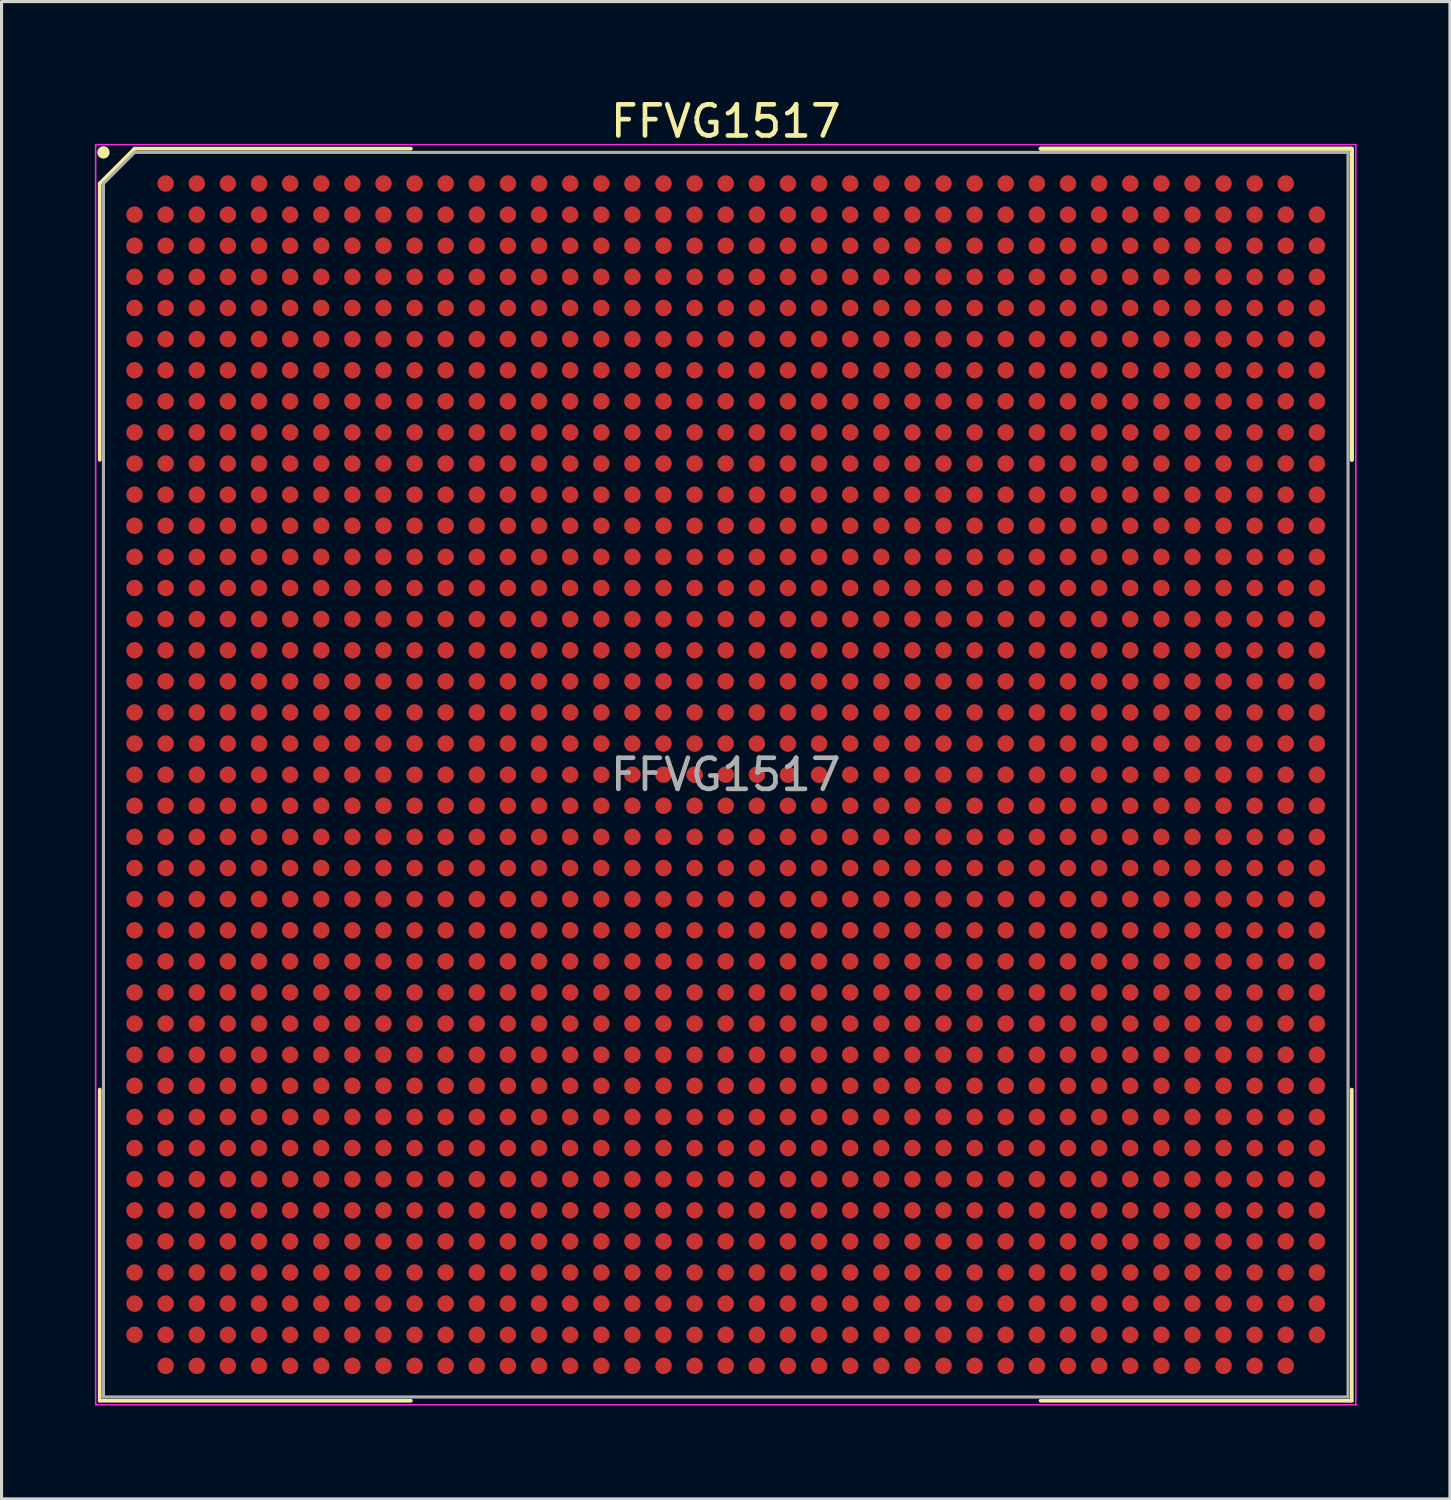
<source format=kicad_pcb>
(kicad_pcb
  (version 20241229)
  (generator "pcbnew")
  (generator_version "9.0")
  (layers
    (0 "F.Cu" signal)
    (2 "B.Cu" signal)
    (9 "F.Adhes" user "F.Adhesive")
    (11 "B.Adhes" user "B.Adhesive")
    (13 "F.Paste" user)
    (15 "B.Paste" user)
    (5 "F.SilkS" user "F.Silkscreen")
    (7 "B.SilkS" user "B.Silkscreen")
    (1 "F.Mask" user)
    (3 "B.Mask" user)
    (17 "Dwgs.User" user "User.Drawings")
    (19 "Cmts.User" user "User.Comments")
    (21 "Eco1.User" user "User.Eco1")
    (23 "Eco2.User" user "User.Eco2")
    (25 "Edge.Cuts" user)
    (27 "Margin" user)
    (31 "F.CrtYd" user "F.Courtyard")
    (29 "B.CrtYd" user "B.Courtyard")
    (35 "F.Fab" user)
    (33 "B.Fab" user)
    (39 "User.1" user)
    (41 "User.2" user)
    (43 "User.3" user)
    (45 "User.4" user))
  (footprint "FFVG1517"
    (layer "F.Cu")
    (at 20.275 21.848)
    (property "Reference" "FFVG1517" (at 0 -21 0) (layer "F.SilkS") (effects (font (size 1 1) (thickness 0.15))))
    (attr smd)
    (fp_line (start -20.12 -19) (end -20.12 -10.12) (stroke (width 0.12) (type solid)) (layer "F.SilkS"))
    (fp_line (start -20.12 20.12) (end -20.12 10.12) (stroke (width 0.12) (type solid)) (layer "F.SilkS"))
    (fp_line (start -19 -20.12) (end -20.12 -19) (stroke (width 0.12) (type solid)) (layer "F.SilkS"))
    (fp_line (start -10.12 -20.12) (end -19 -20.12) (stroke (width 0.12) (type solid)) (layer "F.SilkS"))
    (fp_line (start -10.12 20.12) (end -20.12 20.12) (stroke (width 0.12) (type solid)) (layer "F.SilkS"))
    (fp_line (start 10.12 -20.12) (end 20.12 -20.12) (stroke (width 0.12) (type solid)) (layer "F.SilkS"))
    (fp_line (start 10.12 -20.12) (end 20.12 -20.12) (stroke (width 0.12) (type solid)) (layer "F.SilkS"))
    (fp_line (start 10.12 -20.12) (end 20.12 -20.12) (stroke (width 0.12) (type solid)) (layer "F.SilkS"))
    (fp_line (start 10.12 20.12) (end 20.12 20.12) (stroke (width 0.12) (type solid)) (layer "F.SilkS"))
    (fp_line (start 20.12 -20.12) (end 20.12 -10.12) (stroke (width 0.12) (type solid)) (layer "F.SilkS"))
    (fp_line (start 20.12 -20.12) (end 20.12 -10.12) (stroke (width 0.12) (type solid)) (layer "F.SilkS"))
    (fp_line (start 20.12 -20.12) (end 20.12 -10.12) (stroke (width 0.12) (type solid)) (layer "F.SilkS"))
    (fp_line (start 20.12 20.12) (end 20.12 10.12) (stroke (width 0.12) (type solid)) (layer "F.SilkS"))
    (fp_circle (center -20 -20) (end -20 -19.9) (stroke (width 0.2) (type solid)) (fill no) (layer "F.SilkS"))
    (fp_line (start -20.25 -20.25) (end 20.25 -20.25) (stroke (width 0.05) (type solid)) (layer "F.CrtYd"))
    (fp_line (start -20.25 20.25) (end -20.25 -20.25) (stroke (width 0.05) (type solid)) (layer "F.CrtYd"))
    (fp_line (start 20.25 -20.25) (end 20.25 20.25) (stroke (width 0.05) (type solid)) (layer "F.CrtYd"))
    (fp_line (start 20.25 20.25) (end -20.25 20.25) (stroke (width 0.05) (type solid)) (layer "F.CrtYd"))
    (fp_line (start -20 -19) (end -20 20) (stroke (width 0.1) (type solid)) (layer "F.Fab"))
    (fp_line (start -20 20) (end 20 20) (stroke (width 0.1) (type solid)) (layer "F.Fab"))
    (fp_line (start -19 -20) (end -20 -19) (stroke (width 0.1) (type solid)) (layer "F.Fab"))
    (fp_line (start 20 -20) (end -19 -20) (stroke (width 0.1) (type solid)) (layer "F.Fab"))
    (fp_line (start 20 20) (end 20 -20) (stroke (width 0.1) (type solid)) (layer "F.Fab"))
    (fp_text user "${REFERENCE}" (at 0 0 0) (layer "F.Fab") (effects (font (size 1 1) (thickness 0.15))))
    (pad "A2" smd circle (at -18 -19) (size 0.53 0.53) (layers "F.Cu" "F.Mask" "F.Paste"))
    (pad "A3" smd circle (at -17 -19) (size 0.53 0.53) (layers "F.Cu" "F.Mask" "F.Paste"))
    (pad "A4" smd circle (at -16 -19) (size 0.53 0.53) (layers "F.Cu" "F.Mask" "F.Paste"))
    (pad "A5" smd circle (at -15 -19) (size 0.53 0.53) (layers "F.Cu" "F.Mask" "F.Paste"))
    (pad "A6" smd circle (at -14 -19) (size 0.53 0.53) (layers "F.Cu" "F.Mask" "F.Paste"))
    (pad "A7" smd circle (at -13 -19) (size 0.53 0.53) (layers "F.Cu" "F.Mask" "F.Paste"))
    (pad "A8" smd circle (at -12 -19) (size 0.53 0.53) (layers "F.Cu" "F.Mask" "F.Paste"))
    (pad "A9" smd circle (at -11 -19) (size 0.53 0.53) (layers "F.Cu" "F.Mask" "F.Paste"))
    (pad "A10" smd circle (at -10 -19) (size 0.53 0.53) (layers "F.Cu" "F.Mask" "F.Paste"))
    (pad "A11" smd circle (at -9 -19) (size 0.53 0.53) (layers "F.Cu" "F.Mask" "F.Paste"))
    (pad "A12" smd circle (at -8 -19) (size 0.53 0.53) (layers "F.Cu" "F.Mask" "F.Paste"))
    (pad "A13" smd circle (at -7 -19) (size 0.53 0.53) (layers "F.Cu" "F.Mask" "F.Paste"))
    (pad "A14" smd circle (at -6 -19) (size 0.53 0.53) (layers "F.Cu" "F.Mask" "F.Paste"))
    (pad "A15" smd circle (at -5 -19) (size 0.53 0.53) (layers "F.Cu" "F.Mask" "F.Paste"))
    (pad "A16" smd circle (at -4 -19) (size 0.53 0.53) (layers "F.Cu" "F.Mask" "F.Paste"))
    (pad "A17" smd circle (at -3 -19) (size 0.53 0.53) (layers "F.Cu" "F.Mask" "F.Paste"))
    (pad "A18" smd circle (at -2 -19) (size 0.53 0.53) (layers "F.Cu" "F.Mask" "F.Paste"))
    (pad "A19" smd circle (at -1 -19) (size 0.53 0.53) (layers "F.Cu" "F.Mask" "F.Paste"))
    (pad "A20" smd circle (at 0 -19) (size 0.53 0.53) (layers "F.Cu" "F.Mask" "F.Paste"))
    (pad "A21" smd circle (at 1 -19) (size 0.53 0.53) (layers "F.Cu" "F.Mask" "F.Paste"))
    (pad "A22" smd circle (at 2 -19) (size 0.53 0.53) (layers "F.Cu" "F.Mask" "F.Paste"))
    (pad "A23" smd circle (at 3 -19) (size 0.53 0.53) (layers "F.Cu" "F.Mask" "F.Paste"))
    (pad "A24" smd circle (at 4 -19) (size 0.53 0.53) (layers "F.Cu" "F.Mask" "F.Paste"))
    (pad "A25" smd circle (at 5 -19) (size 0.53 0.53) (layers "F.Cu" "F.Mask" "F.Paste"))
    (pad "A26" smd circle (at 6 -19) (size 0.53 0.53) (layers "F.Cu" "F.Mask" "F.Paste"))
    (pad "A27" smd circle (at 7 -19) (size 0.53 0.53) (layers "F.Cu" "F.Mask" "F.Paste"))
    (pad "A28" smd circle (at 8 -19) (size 0.53 0.53) (layers "F.Cu" "F.Mask" "F.Paste"))
    (pad "A29" smd circle (at 9 -19) (size 0.53 0.53) (layers "F.Cu" "F.Mask" "F.Paste"))
    (pad "A30" smd circle (at 10 -19) (size 0.53 0.53) (layers "F.Cu" "F.Mask" "F.Paste"))
    (pad "A31" smd circle (at 11 -19) (size 0.53 0.53) (layers "F.Cu" "F.Mask" "F.Paste"))
    (pad "A32" smd circle (at 12 -19) (size 0.53 0.53) (layers "F.Cu" "F.Mask" "F.Paste"))
    (pad "A33" smd circle (at 13 -19) (size 0.53 0.53) (layers "F.Cu" "F.Mask" "F.Paste"))
    (pad "A34" smd circle (at 14 -19) (size 0.53 0.53) (layers "F.Cu" "F.Mask" "F.Paste"))
    (pad "A35" smd circle (at 15 -19) (size 0.53 0.53) (layers "F.Cu" "F.Mask" "F.Paste"))
    (pad "A36" smd circle (at 16 -19) (size 0.53 0.53) (layers "F.Cu" "F.Mask" "F.Paste"))
    (pad "A37" smd circle (at 17 -19) (size 0.53 0.53) (layers "F.Cu" "F.Mask" "F.Paste"))
    (pad "A38" smd circle (at 18 -19) (size 0.53 0.53) (layers "F.Cu" "F.Mask" "F.Paste"))
    (pad "AA1" smd circle (at -19 1) (size 0.53 0.53) (layers "F.Cu" "F.Mask" "F.Paste"))
    (pad "AA2" smd circle (at -18 1) (size 0.53 0.53) (layers "F.Cu" "F.Mask" "F.Paste"))
    (pad "AA3" smd circle (at -17 1) (size 0.53 0.53) (layers "F.Cu" "F.Mask" "F.Paste"))
    (pad "AA4" smd circle (at -16 1) (size 0.53 0.53) (layers "F.Cu" "F.Mask" "F.Paste"))
    (pad "AA5" smd circle (at -15 1) (size 0.53 0.53) (layers "F.Cu" "F.Mask" "F.Paste"))
    (pad "AA6" smd circle (at -14 1) (size 0.53 0.53) (layers "F.Cu" "F.Mask" "F.Paste"))
    (pad "AA7" smd circle (at -13 1) (size 0.53 0.53) (layers "F.Cu" "F.Mask" "F.Paste"))
    (pad "AA8" smd circle (at -12 1) (size 0.53 0.53) (layers "F.Cu" "F.Mask" "F.Paste"))
    (pad "AA9" smd circle (at -11 1) (size 0.53 0.53) (layers "F.Cu" "F.Mask" "F.Paste"))
    (pad "AA10" smd circle (at -10 1) (size 0.53 0.53) (layers "F.Cu" "F.Mask" "F.Paste"))
    (pad "AA11" smd circle (at -9 1) (size 0.53 0.53) (layers "F.Cu" "F.Mask" "F.Paste"))
    (pad "AA12" smd circle (at -8 1) (size 0.53 0.53) (layers "F.Cu" "F.Mask" "F.Paste"))
    (pad "AA13" smd circle (at -7 1) (size 0.53 0.53) (layers "F.Cu" "F.Mask" "F.Paste"))
    (pad "AA14" smd circle (at -6 1) (size 0.53 0.53) (layers "F.Cu" "F.Mask" "F.Paste"))
    (pad "AA15" smd circle (at -5 1) (size 0.53 0.53) (layers "F.Cu" "F.Mask" "F.Paste"))
    (pad "AA16" smd circle (at -4 1) (size 0.53 0.53) (layers "F.Cu" "F.Mask" "F.Paste"))
    (pad "AA17" smd circle (at -3 1) (size 0.53 0.53) (layers "F.Cu" "F.Mask" "F.Paste"))
    (pad "AA18" smd circle (at -2 1) (size 0.53 0.53) (layers "F.Cu" "F.Mask" "F.Paste"))
    (pad "AA19" smd circle (at -1 1) (size 0.53 0.53) (layers "F.Cu" "F.Mask" "F.Paste"))
    (pad "AA20" smd circle (at 0 1) (size 0.53 0.53) (layers "F.Cu" "F.Mask" "F.Paste"))
    (pad "AA21" smd circle (at 1 1) (size 0.53 0.53) (layers "F.Cu" "F.Mask" "F.Paste"))
    (pad "AA22" smd circle (at 2 1) (size 0.53 0.53) (layers "F.Cu" "F.Mask" "F.Paste"))
    (pad "AA23" smd circle (at 3 1) (size 0.53 0.53) (layers "F.Cu" "F.Mask" "F.Paste"))
    (pad "AA24" smd circle (at 4 1) (size 0.53 0.53) (layers "F.Cu" "F.Mask" "F.Paste"))
    (pad "AA25" smd circle (at 5 1) (size 0.53 0.53) (layers "F.Cu" "F.Mask" "F.Paste"))
    (pad "AA26" smd circle (at 6 1) (size 0.53 0.53) (layers "F.Cu" "F.Mask" "F.Paste"))
    (pad "AA27" smd circle (at 7 1) (size 0.53 0.53) (layers "F.Cu" "F.Mask" "F.Paste"))
    (pad "AA28" smd circle (at 8 1) (size 0.53 0.53) (layers "F.Cu" "F.Mask" "F.Paste"))
    (pad "AA29" smd circle (at 9 1) (size 0.53 0.53) (layers "F.Cu" "F.Mask" "F.Paste"))
    (pad "AA30" smd circle (at 10 1) (size 0.53 0.53) (layers "F.Cu" "F.Mask" "F.Paste"))
    (pad "AA31" smd circle (at 11 1) (size 0.53 0.53) (layers "F.Cu" "F.Mask" "F.Paste"))
    (pad "AA32" smd circle (at 12 1) (size 0.53 0.53) (layers "F.Cu" "F.Mask" "F.Paste"))
    (pad "AA33" smd circle (at 13 1) (size 0.53 0.53) (layers "F.Cu" "F.Mask" "F.Paste"))
    (pad "AA34" smd circle (at 14 1) (size 0.53 0.53) (layers "F.Cu" "F.Mask" "F.Paste"))
    (pad "AA35" smd circle (at 15 1) (size 0.53 0.53) (layers "F.Cu" "F.Mask" "F.Paste"))
    (pad "AA36" smd circle (at 16 1) (size 0.53 0.53) (layers "F.Cu" "F.Mask" "F.Paste"))
    (pad "AA37" smd circle (at 17 1) (size 0.53 0.53) (layers "F.Cu" "F.Mask" "F.Paste"))
    (pad "AA38" smd circle (at 18 1) (size 0.53 0.53) (layers "F.Cu" "F.Mask" "F.Paste"))
    (pad "AA39" smd circle (at 19 1) (size 0.53 0.53) (layers "F.Cu" "F.Mask" "F.Paste"))
    (pad "AB1" smd circle (at -19 2) (size 0.53 0.53) (layers "F.Cu" "F.Mask" "F.Paste"))
    (pad "AB2" smd circle (at -18 2) (size 0.53 0.53) (layers "F.Cu" "F.Mask" "F.Paste"))
    (pad "AB3" smd circle (at -17 2) (size 0.53 0.53) (layers "F.Cu" "F.Mask" "F.Paste"))
    (pad "AB4" smd circle (at -16 2) (size 0.53 0.53) (layers "F.Cu" "F.Mask" "F.Paste"))
    (pad "AB5" smd circle (at -15 2) (size 0.53 0.53) (layers "F.Cu" "F.Mask" "F.Paste"))
    (pad "AB6" smd circle (at -14 2) (size 0.53 0.53) (layers "F.Cu" "F.Mask" "F.Paste"))
    (pad "AB7" smd circle (at -13 2) (size 0.53 0.53) (layers "F.Cu" "F.Mask" "F.Paste"))
    (pad "AB8" smd circle (at -12 2) (size 0.53 0.53) (layers "F.Cu" "F.Mask" "F.Paste"))
    (pad "AB9" smd circle (at -11 2) (size 0.53 0.53) (layers "F.Cu" "F.Mask" "F.Paste"))
    (pad "AB10" smd circle (at -10 2) (size 0.53 0.53) (layers "F.Cu" "F.Mask" "F.Paste"))
    (pad "AB11" smd circle (at -9 2) (size 0.53 0.53) (layers "F.Cu" "F.Mask" "F.Paste"))
    (pad "AB12" smd circle (at -8 2) (size 0.53 0.53) (layers "F.Cu" "F.Mask" "F.Paste"))
    (pad "AB13" smd circle (at -7 2) (size 0.53 0.53) (layers "F.Cu" "F.Mask" "F.Paste"))
    (pad "AB14" smd circle (at -6 2) (size 0.53 0.53) (layers "F.Cu" "F.Mask" "F.Paste"))
    (pad "AB15" smd circle (at -5 2) (size 0.53 0.53) (layers "F.Cu" "F.Mask" "F.Paste"))
    (pad "AB16" smd circle (at -4 2) (size 0.53 0.53) (layers "F.Cu" "F.Mask" "F.Paste"))
    (pad "AB17" smd circle (at -3 2) (size 0.53 0.53) (layers "F.Cu" "F.Mask" "F.Paste"))
    (pad "AB18" smd circle (at -2 2) (size 0.53 0.53) (layers "F.Cu" "F.Mask" "F.Paste"))
    (pad "AB19" smd circle (at -1 2) (size 0.53 0.53) (layers "F.Cu" "F.Mask" "F.Paste"))
    (pad "AB20" smd circle (at 0 2) (size 0.53 0.53) (layers "F.Cu" "F.Mask" "F.Paste"))
    (pad "AB21" smd circle (at 1 2) (size 0.53 0.53) (layers "F.Cu" "F.Mask" "F.Paste"))
    (pad "AB22" smd circle (at 2 2) (size 0.53 0.53) (layers "F.Cu" "F.Mask" "F.Paste"))
    (pad "AB23" smd circle (at 3 2) (size 0.53 0.53) (layers "F.Cu" "F.Mask" "F.Paste"))
    (pad "AB24" smd circle (at 4 2) (size 0.53 0.53) (layers "F.Cu" "F.Mask" "F.Paste"))
    (pad "AB25" smd circle (at 5 2) (size 0.53 0.53) (layers "F.Cu" "F.Mask" "F.Paste"))
    (pad "AB26" smd circle (at 6 2) (size 0.53 0.53) (layers "F.Cu" "F.Mask" "F.Paste"))
    (pad "AB27" smd circle (at 7 2) (size 0.53 0.53) (layers "F.Cu" "F.Mask" "F.Paste"))
    (pad "AB28" smd circle (at 8 2) (size 0.53 0.53) (layers "F.Cu" "F.Mask" "F.Paste"))
    (pad "AB29" smd circle (at 9 2) (size 0.53 0.53) (layers "F.Cu" "F.Mask" "F.Paste"))
    (pad "AB30" smd circle (at 10 2) (size 0.53 0.53) (layers "F.Cu" "F.Mask" "F.Paste"))
    (pad "AB31" smd circle (at 11 2) (size 0.53 0.53) (layers "F.Cu" "F.Mask" "F.Paste"))
    (pad "AB32" smd circle (at 12 2) (size 0.53 0.53) (layers "F.Cu" "F.Mask" "F.Paste"))
    (pad "AB33" smd circle (at 13 2) (size 0.53 0.53) (layers "F.Cu" "F.Mask" "F.Paste"))
    (pad "AB34" smd circle (at 14 2) (size 0.53 0.53) (layers "F.Cu" "F.Mask" "F.Paste"))
    (pad "AB35" smd circle (at 15 2) (size 0.53 0.53) (layers "F.Cu" "F.Mask" "F.Paste"))
    (pad "AB36" smd circle (at 16 2) (size 0.53 0.53) (layers "F.Cu" "F.Mask" "F.Paste"))
    (pad "AB37" smd circle (at 17 2) (size 0.53 0.53) (layers "F.Cu" "F.Mask" "F.Paste"))
    (pad "AB38" smd circle (at 18 2) (size 0.53 0.53) (layers "F.Cu" "F.Mask" "F.Paste"))
    (pad "AB39" smd circle (at 19 2) (size 0.53 0.53) (layers "F.Cu" "F.Mask" "F.Paste"))
    (pad "AC1" smd circle (at -19 3) (size 0.53 0.53) (layers "F.Cu" "F.Mask" "F.Paste"))
    (pad "AC2" smd circle (at -18 3) (size 0.53 0.53) (layers "F.Cu" "F.Mask" "F.Paste"))
    (pad "AC3" smd circle (at -17 3) (size 0.53 0.53) (layers "F.Cu" "F.Mask" "F.Paste"))
    (pad "AC4" smd circle (at -16 3) (size 0.53 0.53) (layers "F.Cu" "F.Mask" "F.Paste"))
    (pad "AC5" smd circle (at -15 3) (size 0.53 0.53) (layers "F.Cu" "F.Mask" "F.Paste"))
    (pad "AC6" smd circle (at -14 3) (size 0.53 0.53) (layers "F.Cu" "F.Mask" "F.Paste"))
    (pad "AC7" smd circle (at -13 3) (size 0.53 0.53) (layers "F.Cu" "F.Mask" "F.Paste"))
    (pad "AC8" smd circle (at -12 3) (size 0.53 0.53) (layers "F.Cu" "F.Mask" "F.Paste"))
    (pad "AC9" smd circle (at -11 3) (size 0.53 0.53) (layers "F.Cu" "F.Mask" "F.Paste"))
    (pad "AC10" smd circle (at -10 3) (size 0.53 0.53) (layers "F.Cu" "F.Mask" "F.Paste"))
    (pad "AC11" smd circle (at -9 3) (size 0.53 0.53) (layers "F.Cu" "F.Mask" "F.Paste"))
    (pad "AC12" smd circle (at -8 3) (size 0.53 0.53) (layers "F.Cu" "F.Mask" "F.Paste"))
    (pad "AC13" smd circle (at -7 3) (size 0.53 0.53) (layers "F.Cu" "F.Mask" "F.Paste"))
    (pad "AC14" smd circle (at -6 3) (size 0.53 0.53) (layers "F.Cu" "F.Mask" "F.Paste"))
    (pad "AC15" smd circle (at -5 3) (size 0.53 0.53) (layers "F.Cu" "F.Mask" "F.Paste"))
    (pad "AC16" smd circle (at -4 3) (size 0.53 0.53) (layers "F.Cu" "F.Mask" "F.Paste"))
    (pad "AC17" smd circle (at -3 3) (size 0.53 0.53) (layers "F.Cu" "F.Mask" "F.Paste"))
    (pad "AC18" smd circle (at -2 3) (size 0.53 0.53) (layers "F.Cu" "F.Mask" "F.Paste"))
    (pad "AC19" smd circle (at -1 3) (size 0.53 0.53) (layers "F.Cu" "F.Mask" "F.Paste"))
    (pad "AC20" smd circle (at 0 3) (size 0.53 0.53) (layers "F.Cu" "F.Mask" "F.Paste"))
    (pad "AC21" smd circle (at 1 3) (size 0.53 0.53) (layers "F.Cu" "F.Mask" "F.Paste"))
    (pad "AC22" smd circle (at 2 3) (size 0.53 0.53) (layers "F.Cu" "F.Mask" "F.Paste"))
    (pad "AC23" smd circle (at 3 3) (size 0.53 0.53) (layers "F.Cu" "F.Mask" "F.Paste"))
    (pad "AC24" smd circle (at 4 3) (size 0.53 0.53) (layers "F.Cu" "F.Mask" "F.Paste"))
    (pad "AC25" smd circle (at 5 3) (size 0.53 0.53) (layers "F.Cu" "F.Mask" "F.Paste"))
    (pad "AC26" smd circle (at 6 3) (size 0.53 0.53) (layers "F.Cu" "F.Mask" "F.Paste"))
    (pad "AC27" smd circle (at 7 3) (size 0.53 0.53) (layers "F.Cu" "F.Mask" "F.Paste"))
    (pad "AC28" smd circle (at 8 3) (size 0.53 0.53) (layers "F.Cu" "F.Mask" "F.Paste"))
    (pad "AC29" smd circle (at 9 3) (size 0.53 0.53) (layers "F.Cu" "F.Mask" "F.Paste"))
    (pad "AC30" smd circle (at 10 3) (size 0.53 0.53) (layers "F.Cu" "F.Mask" "F.Paste"))
    (pad "AC31" smd circle (at 11 3) (size 0.53 0.53) (layers "F.Cu" "F.Mask" "F.Paste"))
    (pad "AC32" smd circle (at 12 3) (size 0.53 0.53) (layers "F.Cu" "F.Mask" "F.Paste"))
    (pad "AC33" smd circle (at 13 3) (size 0.53 0.53) (layers "F.Cu" "F.Mask" "F.Paste"))
    (pad "AC34" smd circle (at 14 3) (size 0.53 0.53) (layers "F.Cu" "F.Mask" "F.Paste"))
    (pad "AC35" smd circle (at 15 3) (size 0.53 0.53) (layers "F.Cu" "F.Mask" "F.Paste"))
    (pad "AC36" smd circle (at 16 3) (size 0.53 0.53) (layers "F.Cu" "F.Mask" "F.Paste"))
    (pad "AC37" smd circle (at 17 3) (size 0.53 0.53) (layers "F.Cu" "F.Mask" "F.Paste"))
    (pad "AC38" smd circle (at 18 3) (size 0.53 0.53) (layers "F.Cu" "F.Mask" "F.Paste"))
    (pad "AC39" smd circle (at 19 3) (size 0.53 0.53) (layers "F.Cu" "F.Mask" "F.Paste"))
    (pad "AD1" smd circle (at -19 4) (size 0.53 0.53) (layers "F.Cu" "F.Mask" "F.Paste"))
    (pad "AD2" smd circle (at -18 4) (size 0.53 0.53) (layers "F.Cu" "F.Mask" "F.Paste"))
    (pad "AD3" smd circle (at -17 4) (size 0.53 0.53) (layers "F.Cu" "F.Mask" "F.Paste"))
    (pad "AD4" smd circle (at -16 4) (size 0.53 0.53) (layers "F.Cu" "F.Mask" "F.Paste"))
    (pad "AD5" smd circle (at -15 4) (size 0.53 0.53) (layers "F.Cu" "F.Mask" "F.Paste"))
    (pad "AD6" smd circle (at -14 4) (size 0.53 0.53) (layers "F.Cu" "F.Mask" "F.Paste"))
    (pad "AD7" smd circle (at -13 4) (size 0.53 0.53) (layers "F.Cu" "F.Mask" "F.Paste"))
    (pad "AD8" smd circle (at -12 4) (size 0.53 0.53) (layers "F.Cu" "F.Mask" "F.Paste"))
    (pad "AD9" smd circle (at -11 4) (size 0.53 0.53) (layers "F.Cu" "F.Mask" "F.Paste"))
    (pad "AD10" smd circle (at -10 4) (size 0.53 0.53) (layers "F.Cu" "F.Mask" "F.Paste"))
    (pad "AD11" smd circle (at -9 4) (size 0.53 0.53) (layers "F.Cu" "F.Mask" "F.Paste"))
    (pad "AD12" smd circle (at -8 4) (size 0.53 0.53) (layers "F.Cu" "F.Mask" "F.Paste"))
    (pad "AD13" smd circle (at -7 4) (size 0.53 0.53) (layers "F.Cu" "F.Mask" "F.Paste"))
    (pad "AD14" smd circle (at -6 4) (size 0.53 0.53) (layers "F.Cu" "F.Mask" "F.Paste"))
    (pad "AD15" smd circle (at -5 4) (size 0.53 0.53) (layers "F.Cu" "F.Mask" "F.Paste"))
    (pad "AD16" smd circle (at -4 4) (size 0.53 0.53) (layers "F.Cu" "F.Mask" "F.Paste"))
    (pad "AD17" smd circle (at -3 4) (size 0.53 0.53) (layers "F.Cu" "F.Mask" "F.Paste"))
    (pad "AD18" smd circle (at -2 4) (size 0.53 0.53) (layers "F.Cu" "F.Mask" "F.Paste"))
    (pad "AD19" smd circle (at -1 4) (size 0.53 0.53) (layers "F.Cu" "F.Mask" "F.Paste"))
    (pad "AD20" smd circle (at 0 4) (size 0.53 0.53) (layers "F.Cu" "F.Mask" "F.Paste"))
    (pad "AD21" smd circle (at 1 4) (size 0.53 0.53) (layers "F.Cu" "F.Mask" "F.Paste"))
    (pad "AD22" smd circle (at 2 4) (size 0.53 0.53) (layers "F.Cu" "F.Mask" "F.Paste"))
    (pad "AD23" smd circle (at 3 4) (size 0.53 0.53) (layers "F.Cu" "F.Mask" "F.Paste"))
    (pad "AD24" smd circle (at 4 4) (size 0.53 0.53) (layers "F.Cu" "F.Mask" "F.Paste"))
    (pad "AD25" smd circle (at 5 4) (size 0.53 0.53) (layers "F.Cu" "F.Mask" "F.Paste"))
    (pad "AD26" smd circle (at 6 4) (size 0.53 0.53) (layers "F.Cu" "F.Mask" "F.Paste"))
    (pad "AD27" smd circle (at 7 4) (size 0.53 0.53) (layers "F.Cu" "F.Mask" "F.Paste"))
    (pad "AD28" smd circle (at 8 4) (size 0.53 0.53) (layers "F.Cu" "F.Mask" "F.Paste"))
    (pad "AD29" smd circle (at 9 4) (size 0.53 0.53) (layers "F.Cu" "F.Mask" "F.Paste"))
    (pad "AD30" smd circle (at 10 4) (size 0.53 0.53) (layers "F.Cu" "F.Mask" "F.Paste"))
    (pad "AD31" smd circle (at 11 4) (size 0.53 0.53) (layers "F.Cu" "F.Mask" "F.Paste"))
    (pad "AD32" smd circle (at 12 4) (size 0.53 0.53) (layers "F.Cu" "F.Mask" "F.Paste"))
    (pad "AD33" smd circle (at 13 4) (size 0.53 0.53) (layers "F.Cu" "F.Mask" "F.Paste"))
    (pad "AD34" smd circle (at 14 4) (size 0.53 0.53) (layers "F.Cu" "F.Mask" "F.Paste"))
    (pad "AD35" smd circle (at 15 4) (size 0.53 0.53) (layers "F.Cu" "F.Mask" "F.Paste"))
    (pad "AD36" smd circle (at 16 4) (size 0.53 0.53) (layers "F.Cu" "F.Mask" "F.Paste"))
    (pad "AD37" smd circle (at 17 4) (size 0.53 0.53) (layers "F.Cu" "F.Mask" "F.Paste"))
    (pad "AD38" smd circle (at 18 4) (size 0.53 0.53) (layers "F.Cu" "F.Mask" "F.Paste"))
    (pad "AD39" smd circle (at 19 4) (size 0.53 0.53) (layers "F.Cu" "F.Mask" "F.Paste"))
    (pad "AE1" smd circle (at -19 5) (size 0.53 0.53) (layers "F.Cu" "F.Mask" "F.Paste"))
    (pad "AE2" smd circle (at -18 5) (size 0.53 0.53) (layers "F.Cu" "F.Mask" "F.Paste"))
    (pad "AE3" smd circle (at -17 5) (size 0.53 0.53) (layers "F.Cu" "F.Mask" "F.Paste"))
    (pad "AE4" smd circle (at -16 5) (size 0.53 0.53) (layers "F.Cu" "F.Mask" "F.Paste"))
    (pad "AE5" smd circle (at -15 5) (size 0.53 0.53) (layers "F.Cu" "F.Mask" "F.Paste"))
    (pad "AE6" smd circle (at -14 5) (size 0.53 0.53) (layers "F.Cu" "F.Mask" "F.Paste"))
    (pad "AE7" smd circle (at -13 5) (size 0.53 0.53) (layers "F.Cu" "F.Mask" "F.Paste"))
    (pad "AE8" smd circle (at -12 5) (size 0.53 0.53) (layers "F.Cu" "F.Mask" "F.Paste"))
    (pad "AE9" smd circle (at -11 5) (size 0.53 0.53) (layers "F.Cu" "F.Mask" "F.Paste"))
    (pad "AE10" smd circle (at -10 5) (size 0.53 0.53) (layers "F.Cu" "F.Mask" "F.Paste"))
    (pad "AE11" smd circle (at -9 5) (size 0.53 0.53) (layers "F.Cu" "F.Mask" "F.Paste"))
    (pad "AE12" smd circle (at -8 5) (size 0.53 0.53) (layers "F.Cu" "F.Mask" "F.Paste"))
    (pad "AE13" smd circle (at -7 5) (size 0.53 0.53) (layers "F.Cu" "F.Mask" "F.Paste"))
    (pad "AE14" smd circle (at -6 5) (size 0.53 0.53) (layers "F.Cu" "F.Mask" "F.Paste"))
    (pad "AE15" smd circle (at -5 5) (size 0.53 0.53) (layers "F.Cu" "F.Mask" "F.Paste"))
    (pad "AE16" smd circle (at -4 5) (size 0.53 0.53) (layers "F.Cu" "F.Mask" "F.Paste"))
    (pad "AE17" smd circle (at -3 5) (size 0.53 0.53) (layers "F.Cu" "F.Mask" "F.Paste"))
    (pad "AE18" smd circle (at -2 5) (size 0.53 0.53) (layers "F.Cu" "F.Mask" "F.Paste"))
    (pad "AE19" smd circle (at -1 5) (size 0.53 0.53) (layers "F.Cu" "F.Mask" "F.Paste"))
    (pad "AE20" smd circle (at 0 5) (size 0.53 0.53) (layers "F.Cu" "F.Mask" "F.Paste"))
    (pad "AE21" smd circle (at 1 5) (size 0.53 0.53) (layers "F.Cu" "F.Mask" "F.Paste"))
    (pad "AE22" smd circle (at 2 5) (size 0.53 0.53) (layers "F.Cu" "F.Mask" "F.Paste"))
    (pad "AE23" smd circle (at 3 5) (size 0.53 0.53) (layers "F.Cu" "F.Mask" "F.Paste"))
    (pad "AE24" smd circle (at 4 5) (size 0.53 0.53) (layers "F.Cu" "F.Mask" "F.Paste"))
    (pad "AE25" smd circle (at 5 5) (size 0.53 0.53) (layers "F.Cu" "F.Mask" "F.Paste"))
    (pad "AE26" smd circle (at 6 5) (size 0.53 0.53) (layers "F.Cu" "F.Mask" "F.Paste"))
    (pad "AE27" smd circle (at 7 5) (size 0.53 0.53) (layers "F.Cu" "F.Mask" "F.Paste"))
    (pad "AE28" smd circle (at 8 5) (size 0.53 0.53) (layers "F.Cu" "F.Mask" "F.Paste"))
    (pad "AE29" smd circle (at 9 5) (size 0.53 0.53) (layers "F.Cu" "F.Mask" "F.Paste"))
    (pad "AE30" smd circle (at 10 5) (size 0.53 0.53) (layers "F.Cu" "F.Mask" "F.Paste"))
    (pad "AE31" smd circle (at 11 5) (size 0.53 0.53) (layers "F.Cu" "F.Mask" "F.Paste"))
    (pad "AE32" smd circle (at 12 5) (size 0.53 0.53) (layers "F.Cu" "F.Mask" "F.Paste"))
    (pad "AE33" smd circle (at 13 5) (size 0.53 0.53) (layers "F.Cu" "F.Mask" "F.Paste"))
    (pad "AE34" smd circle (at 14 5) (size 0.53 0.53) (layers "F.Cu" "F.Mask" "F.Paste"))
    (pad "AE35" smd circle (at 15 5) (size 0.53 0.53) (layers "F.Cu" "F.Mask" "F.Paste"))
    (pad "AE36" smd circle (at 16 5) (size 0.53 0.53) (layers "F.Cu" "F.Mask" "F.Paste"))
    (pad "AE37" smd circle (at 17 5) (size 0.53 0.53) (layers "F.Cu" "F.Mask" "F.Paste"))
    (pad "AE38" smd circle (at 18 5) (size 0.53 0.53) (layers "F.Cu" "F.Mask" "F.Paste"))
    (pad "AE39" smd circle (at 19 5) (size 0.53 0.53) (layers "F.Cu" "F.Mask" "F.Paste"))
    (pad "AF1" smd circle (at -19 6) (size 0.53 0.53) (layers "F.Cu" "F.Mask" "F.Paste"))
    (pad "AF2" smd circle (at -18 6) (size 0.53 0.53) (layers "F.Cu" "F.Mask" "F.Paste"))
    (pad "AF3" smd circle (at -17 6) (size 0.53 0.53) (layers "F.Cu" "F.Mask" "F.Paste"))
    (pad "AF4" smd circle (at -16 6) (size 0.53 0.53) (layers "F.Cu" "F.Mask" "F.Paste"))
    (pad "AF5" smd circle (at -15 6) (size 0.53 0.53) (layers "F.Cu" "F.Mask" "F.Paste"))
    (pad "AF6" smd circle (at -14 6) (size 0.53 0.53) (layers "F.Cu" "F.Mask" "F.Paste"))
    (pad "AF7" smd circle (at -13 6) (size 0.53 0.53) (layers "F.Cu" "F.Mask" "F.Paste"))
    (pad "AF8" smd circle (at -12 6) (size 0.53 0.53) (layers "F.Cu" "F.Mask" "F.Paste"))
    (pad "AF9" smd circle (at -11 6) (size 0.53 0.53) (layers "F.Cu" "F.Mask" "F.Paste"))
    (pad "AF10" smd circle (at -10 6) (size 0.53 0.53) (layers "F.Cu" "F.Mask" "F.Paste"))
    (pad "AF11" smd circle (at -9 6) (size 0.53 0.53) (layers "F.Cu" "F.Mask" "F.Paste"))
    (pad "AF12" smd circle (at -8 6) (size 0.53 0.53) (layers "F.Cu" "F.Mask" "F.Paste"))
    (pad "AF13" smd circle (at -7 6) (size 0.53 0.53) (layers "F.Cu" "F.Mask" "F.Paste"))
    (pad "AF14" smd circle (at -6 6) (size 0.53 0.53) (layers "F.Cu" "F.Mask" "F.Paste"))
    (pad "AF15" smd circle (at -5 6) (size 0.53 0.53) (layers "F.Cu" "F.Mask" "F.Paste"))
    (pad "AF16" smd circle (at -4 6) (size 0.53 0.53) (layers "F.Cu" "F.Mask" "F.Paste"))
    (pad "AF17" smd circle (at -3 6) (size 0.53 0.53) (layers "F.Cu" "F.Mask" "F.Paste"))
    (pad "AF18" smd circle (at -2 6) (size 0.53 0.53) (layers "F.Cu" "F.Mask" "F.Paste"))
    (pad "AF19" smd circle (at -1 6) (size 0.53 0.53) (layers "F.Cu" "F.Mask" "F.Paste"))
    (pad "AF20" smd circle (at 0 6) (size 0.53 0.53) (layers "F.Cu" "F.Mask" "F.Paste"))
    (pad "AF21" smd circle (at 1 6) (size 0.53 0.53) (layers "F.Cu" "F.Mask" "F.Paste"))
    (pad "AF22" smd circle (at 2 6) (size 0.53 0.53) (layers "F.Cu" "F.Mask" "F.Paste"))
    (pad "AF23" smd circle (at 3 6) (size 0.53 0.53) (layers "F.Cu" "F.Mask" "F.Paste"))
    (pad "AF24" smd circle (at 4 6) (size 0.53 0.53) (layers "F.Cu" "F.Mask" "F.Paste"))
    (pad "AF25" smd circle (at 5 6) (size 0.53 0.53) (layers "F.Cu" "F.Mask" "F.Paste"))
    (pad "AF26" smd circle (at 6 6) (size 0.53 0.53) (layers "F.Cu" "F.Mask" "F.Paste"))
    (pad "AF27" smd circle (at 7 6) (size 0.53 0.53) (layers "F.Cu" "F.Mask" "F.Paste"))
    (pad "AF28" smd circle (at 8 6) (size 0.53 0.53) (layers "F.Cu" "F.Mask" "F.Paste"))
    (pad "AF29" smd circle (at 9 6) (size 0.53 0.53) (layers "F.Cu" "F.Mask" "F.Paste"))
    (pad "AF30" smd circle (at 10 6) (size 0.53 0.53) (layers "F.Cu" "F.Mask" "F.Paste"))
    (pad "AF31" smd circle (at 11 6) (size 0.53 0.53) (layers "F.Cu" "F.Mask" "F.Paste"))
    (pad "AF32" smd circle (at 12 6) (size 0.53 0.53) (layers "F.Cu" "F.Mask" "F.Paste"))
    (pad "AF33" smd circle (at 13 6) (size 0.53 0.53) (layers "F.Cu" "F.Mask" "F.Paste"))
    (pad "AF34" smd circle (at 14 6) (size 0.53 0.53) (layers "F.Cu" "F.Mask" "F.Paste"))
    (pad "AF35" smd circle (at 15 6) (size 0.53 0.53) (layers "F.Cu" "F.Mask" "F.Paste"))
    (pad "AF36" smd circle (at 16 6) (size 0.53 0.53) (layers "F.Cu" "F.Mask" "F.Paste"))
    (pad "AF37" smd circle (at 17 6) (size 0.53 0.53) (layers "F.Cu" "F.Mask" "F.Paste"))
    (pad "AF38" smd circle (at 18 6) (size 0.53 0.53) (layers "F.Cu" "F.Mask" "F.Paste"))
    (pad "AF39" smd circle (at 19 6) (size 0.53 0.53) (layers "F.Cu" "F.Mask" "F.Paste"))
    (pad "AG1" smd circle (at -19 7) (size 0.53 0.53) (layers "F.Cu" "F.Mask" "F.Paste"))
    (pad "AG2" smd circle (at -18 7) (size 0.53 0.53) (layers "F.Cu" "F.Mask" "F.Paste"))
    (pad "AG3" smd circle (at -17 7) (size 0.53 0.53) (layers "F.Cu" "F.Mask" "F.Paste"))
    (pad "AG4" smd circle (at -16 7) (size 0.53 0.53) (layers "F.Cu" "F.Mask" "F.Paste"))
    (pad "AG5" smd circle (at -15 7) (size 0.53 0.53) (layers "F.Cu" "F.Mask" "F.Paste"))
    (pad "AG6" smd circle (at -14 7) (size 0.53 0.53) (layers "F.Cu" "F.Mask" "F.Paste"))
    (pad "AG7" smd circle (at -13 7) (size 0.53 0.53) (layers "F.Cu" "F.Mask" "F.Paste"))
    (pad "AG8" smd circle (at -12 7) (size 0.53 0.53) (layers "F.Cu" "F.Mask" "F.Paste"))
    (pad "AG9" smd circle (at -11 7) (size 0.53 0.53) (layers "F.Cu" "F.Mask" "F.Paste"))
    (pad "AG10" smd circle (at -10 7) (size 0.53 0.53) (layers "F.Cu" "F.Mask" "F.Paste"))
    (pad "AG11" smd circle (at -9 7) (size 0.53 0.53) (layers "F.Cu" "F.Mask" "F.Paste"))
    (pad "AG12" smd circle (at -8 7) (size 0.53 0.53) (layers "F.Cu" "F.Mask" "F.Paste"))
    (pad "AG13" smd circle (at -7 7) (size 0.53 0.53) (layers "F.Cu" "F.Mask" "F.Paste"))
    (pad "AG14" smd circle (at -6 7) (size 0.53 0.53) (layers "F.Cu" "F.Mask" "F.Paste"))
    (pad "AG15" smd circle (at -5 7) (size 0.53 0.53) (layers "F.Cu" "F.Mask" "F.Paste"))
    (pad "AG16" smd circle (at -4 7) (size 0.53 0.53) (layers "F.Cu" "F.Mask" "F.Paste"))
    (pad "AG17" smd circle (at -3 7) (size 0.53 0.53) (layers "F.Cu" "F.Mask" "F.Paste"))
    (pad "AG18" smd circle (at -2 7) (size 0.53 0.53) (layers "F.Cu" "F.Mask" "F.Paste"))
    (pad "AG19" smd circle (at -1 7) (size 0.53 0.53) (layers "F.Cu" "F.Mask" "F.Paste"))
    (pad "AG20" smd circle (at 0 7) (size 0.53 0.53) (layers "F.Cu" "F.Mask" "F.Paste"))
    (pad "AG21" smd circle (at 1 7) (size 0.53 0.53) (layers "F.Cu" "F.Mask" "F.Paste"))
    (pad "AG22" smd circle (at 2 7) (size 0.53 0.53) (layers "F.Cu" "F.Mask" "F.Paste"))
    (pad "AG23" smd circle (at 3 7) (size 0.53 0.53) (layers "F.Cu" "F.Mask" "F.Paste"))
    (pad "AG24" smd circle (at 4 7) (size 0.53 0.53) (layers "F.Cu" "F.Mask" "F.Paste"))
    (pad "AG25" smd circle (at 5 7) (size 0.53 0.53) (layers "F.Cu" "F.Mask" "F.Paste"))
    (pad "AG26" smd circle (at 6 7) (size 0.53 0.53) (layers "F.Cu" "F.Mask" "F.Paste"))
    (pad "AG27" smd circle (at 7 7) (size 0.53 0.53) (layers "F.Cu" "F.Mask" "F.Paste"))
    (pad "AG28" smd circle (at 8 7) (size 0.53 0.53) (layers "F.Cu" "F.Mask" "F.Paste"))
    (pad "AG29" smd circle (at 9 7) (size 0.53 0.53) (layers "F.Cu" "F.Mask" "F.Paste"))
    (pad "AG30" smd circle (at 10 7) (size 0.53 0.53) (layers "F.Cu" "F.Mask" "F.Paste"))
    (pad "AG31" smd circle (at 11 7) (size 0.53 0.53) (layers "F.Cu" "F.Mask" "F.Paste"))
    (pad "AG32" smd circle (at 12 7) (size 0.53 0.53) (layers "F.Cu" "F.Mask" "F.Paste"))
    (pad "AG33" smd circle (at 13 7) (size 0.53 0.53) (layers "F.Cu" "F.Mask" "F.Paste"))
    (pad "AG34" smd circle (at 14 7) (size 0.53 0.53) (layers "F.Cu" "F.Mask" "F.Paste"))
    (pad "AG35" smd circle (at 15 7) (size 0.53 0.53) (layers "F.Cu" "F.Mask" "F.Paste"))
    (pad "AG36" smd circle (at 16 7) (size 0.53 0.53) (layers "F.Cu" "F.Mask" "F.Paste"))
    (pad "AG37" smd circle (at 17 7) (size 0.53 0.53) (layers "F.Cu" "F.Mask" "F.Paste"))
    (pad "AG38" smd circle (at 18 7) (size 0.53 0.53) (layers "F.Cu" "F.Mask" "F.Paste"))
    (pad "AG39" smd circle (at 19 7) (size 0.53 0.53) (layers "F.Cu" "F.Mask" "F.Paste"))
    (pad "AH1" smd circle (at -19 8) (size 0.53 0.53) (layers "F.Cu" "F.Mask" "F.Paste"))
    (pad "AH2" smd circle (at -18 8) (size 0.53 0.53) (layers "F.Cu" "F.Mask" "F.Paste"))
    (pad "AH3" smd circle (at -17 8) (size 0.53 0.53) (layers "F.Cu" "F.Mask" "F.Paste"))
    (pad "AH4" smd circle (at -16 8) (size 0.53 0.53) (layers "F.Cu" "F.Mask" "F.Paste"))
    (pad "AH5" smd circle (at -15 8) (size 0.53 0.53) (layers "F.Cu" "F.Mask" "F.Paste"))
    (pad "AH6" smd circle (at -14 8) (size 0.53 0.53) (layers "F.Cu" "F.Mask" "F.Paste"))
    (pad "AH7" smd circle (at -13 8) (size 0.53 0.53) (layers "F.Cu" "F.Mask" "F.Paste"))
    (pad "AH8" smd circle (at -12 8) (size 0.53 0.53) (layers "F.Cu" "F.Mask" "F.Paste"))
    (pad "AH9" smd circle (at -11 8) (size 0.53 0.53) (layers "F.Cu" "F.Mask" "F.Paste"))
    (pad "AH10" smd circle (at -10 8) (size 0.53 0.53) (layers "F.Cu" "F.Mask" "F.Paste"))
    (pad "AH11" smd circle (at -9 8) (size 0.53 0.53) (layers "F.Cu" "F.Mask" "F.Paste"))
    (pad "AH12" smd circle (at -8 8) (size 0.53 0.53) (layers "F.Cu" "F.Mask" "F.Paste"))
    (pad "AH13" smd circle (at -7 8) (size 0.53 0.53) (layers "F.Cu" "F.Mask" "F.Paste"))
    (pad "AH14" smd circle (at -6 8) (size 0.53 0.53) (layers "F.Cu" "F.Mask" "F.Paste"))
    (pad "AH15" smd circle (at -5 8) (size 0.53 0.53) (layers "F.Cu" "F.Mask" "F.Paste"))
    (pad "AH16" smd circle (at -4 8) (size 0.53 0.53) (layers "F.Cu" "F.Mask" "F.Paste"))
    (pad "AH17" smd circle (at -3 8) (size 0.53 0.53) (layers "F.Cu" "F.Mask" "F.Paste"))
    (pad "AH18" smd circle (at -2 8) (size 0.53 0.53) (layers "F.Cu" "F.Mask" "F.Paste"))
    (pad "AH19" smd circle (at -1 8) (size 0.53 0.53) (layers "F.Cu" "F.Mask" "F.Paste"))
    (pad "AH20" smd circle (at 0 8) (size 0.53 0.53) (layers "F.Cu" "F.Mask" "F.Paste"))
    (pad "AH21" smd circle (at 1 8) (size 0.53 0.53) (layers "F.Cu" "F.Mask" "F.Paste"))
    (pad "AH22" smd circle (at 2 8) (size 0.53 0.53) (layers "F.Cu" "F.Mask" "F.Paste"))
    (pad "AH23" smd circle (at 3 8) (size 0.53 0.53) (layers "F.Cu" "F.Mask" "F.Paste"))
    (pad "AH24" smd circle (at 4 8) (size 0.53 0.53) (layers "F.Cu" "F.Mask" "F.Paste"))
    (pad "AH25" smd circle (at 5 8) (size 0.53 0.53) (layers "F.Cu" "F.Mask" "F.Paste"))
    (pad "AH26" smd circle (at 6 8) (size 0.53 0.53) (layers "F.Cu" "F.Mask" "F.Paste"))
    (pad "AH27" smd circle (at 7 8) (size 0.53 0.53) (layers "F.Cu" "F.Mask" "F.Paste"))
    (pad "AH28" smd circle (at 8 8) (size 0.53 0.53) (layers "F.Cu" "F.Mask" "F.Paste"))
    (pad "AH29" smd circle (at 9 8) (size 0.53 0.53) (layers "F.Cu" "F.Mask" "F.Paste"))
    (pad "AH30" smd circle (at 10 8) (size 0.53 0.53) (layers "F.Cu" "F.Mask" "F.Paste"))
    (pad "AH31" smd circle (at 11 8) (size 0.53 0.53) (layers "F.Cu" "F.Mask" "F.Paste"))
    (pad "AH32" smd circle (at 12 8) (size 0.53 0.53) (layers "F.Cu" "F.Mask" "F.Paste"))
    (pad "AH33" smd circle (at 13 8) (size 0.53 0.53) (layers "F.Cu" "F.Mask" "F.Paste"))
    (pad "AH34" smd circle (at 14 8) (size 0.53 0.53) (layers "F.Cu" "F.Mask" "F.Paste"))
    (pad "AH35" smd circle (at 15 8) (size 0.53 0.53) (layers "F.Cu" "F.Mask" "F.Paste"))
    (pad "AH36" smd circle (at 16 8) (size 0.53 0.53) (layers "F.Cu" "F.Mask" "F.Paste"))
    (pad "AH37" smd circle (at 17 8) (size 0.53 0.53) (layers "F.Cu" "F.Mask" "F.Paste"))
    (pad "AH38" smd circle (at 18 8) (size 0.53 0.53) (layers "F.Cu" "F.Mask" "F.Paste"))
    (pad "AH39" smd circle (at 19 8) (size 0.53 0.53) (layers "F.Cu" "F.Mask" "F.Paste"))
    (pad "AJ1" smd circle (at -19 9) (size 0.53 0.53) (layers "F.Cu" "F.Mask" "F.Paste"))
    (pad "AJ2" smd circle (at -18 9) (size 0.53 0.53) (layers "F.Cu" "F.Mask" "F.Paste"))
    (pad "AJ3" smd circle (at -17 9) (size 0.53 0.53) (layers "F.Cu" "F.Mask" "F.Paste"))
    (pad "AJ4" smd circle (at -16 9) (size 0.53 0.53) (layers "F.Cu" "F.Mask" "F.Paste"))
    (pad "AJ5" smd circle (at -15 9) (size 0.53 0.53) (layers "F.Cu" "F.Mask" "F.Paste"))
    (pad "AJ6" smd circle (at -14 9) (size 0.53 0.53) (layers "F.Cu" "F.Mask" "F.Paste"))
    (pad "AJ7" smd circle (at -13 9) (size 0.53 0.53) (layers "F.Cu" "F.Mask" "F.Paste"))
    (pad "AJ8" smd circle (at -12 9) (size 0.53 0.53) (layers "F.Cu" "F.Mask" "F.Paste"))
    (pad "AJ9" smd circle (at -11 9) (size 0.53 0.53) (layers "F.Cu" "F.Mask" "F.Paste"))
    (pad "AJ10" smd circle (at -10 9) (size 0.53 0.53) (layers "F.Cu" "F.Mask" "F.Paste"))
    (pad "AJ11" smd circle (at -9 9) (size 0.53 0.53) (layers "F.Cu" "F.Mask" "F.Paste"))
    (pad "AJ12" smd circle (at -8 9) (size 0.53 0.53) (layers "F.Cu" "F.Mask" "F.Paste"))
    (pad "AJ13" smd circle (at -7 9) (size 0.53 0.53) (layers "F.Cu" "F.Mask" "F.Paste"))
    (pad "AJ14" smd circle (at -6 9) (size 0.53 0.53) (layers "F.Cu" "F.Mask" "F.Paste"))
    (pad "AJ15" smd circle (at -5 9) (size 0.53 0.53) (layers "F.Cu" "F.Mask" "F.Paste"))
    (pad "AJ16" smd circle (at -4 9) (size 0.53 0.53) (layers "F.Cu" "F.Mask" "F.Paste"))
    (pad "AJ17" smd circle (at -3 9) (size 0.53 0.53) (layers "F.Cu" "F.Mask" "F.Paste"))
    (pad "AJ18" smd circle (at -2 9) (size 0.53 0.53) (layers "F.Cu" "F.Mask" "F.Paste"))
    (pad "AJ19" smd circle (at -1 9) (size 0.53 0.53) (layers "F.Cu" "F.Mask" "F.Paste"))
    (pad "AJ20" smd circle (at 0 9) (size 0.53 0.53) (layers "F.Cu" "F.Mask" "F.Paste"))
    (pad "AJ21" smd circle (at 1 9) (size 0.53 0.53) (layers "F.Cu" "F.Mask" "F.Paste"))
    (pad "AJ22" smd circle (at 2 9) (size 0.53 0.53) (layers "F.Cu" "F.Mask" "F.Paste"))
    (pad "AJ23" smd circle (at 3 9) (size 0.53 0.53) (layers "F.Cu" "F.Mask" "F.Paste"))
    (pad "AJ24" smd circle (at 4 9) (size 0.53 0.53) (layers "F.Cu" "F.Mask" "F.Paste"))
    (pad "AJ25" smd circle (at 5 9) (size 0.53 0.53) (layers "F.Cu" "F.Mask" "F.Paste"))
    (pad "AJ26" smd circle (at 6 9) (size 0.53 0.53) (layers "F.Cu" "F.Mask" "F.Paste"))
    (pad "AJ27" smd circle (at 7 9) (size 0.53 0.53) (layers "F.Cu" "F.Mask" "F.Paste"))
    (pad "AJ28" smd circle (at 8 9) (size 0.53 0.53) (layers "F.Cu" "F.Mask" "F.Paste"))
    (pad "AJ29" smd circle (at 9 9) (size 0.53 0.53) (layers "F.Cu" "F.Mask" "F.Paste"))
    (pad "AJ30" smd circle (at 10 9) (size 0.53 0.53) (layers "F.Cu" "F.Mask" "F.Paste"))
    (pad "AJ31" smd circle (at 11 9) (size 0.53 0.53) (layers "F.Cu" "F.Mask" "F.Paste"))
    (pad "AJ32" smd circle (at 12 9) (size 0.53 0.53) (layers "F.Cu" "F.Mask" "F.Paste"))
    (pad "AJ33" smd circle (at 13 9) (size 0.53 0.53) (layers "F.Cu" "F.Mask" "F.Paste"))
    (pad "AJ34" smd circle (at 14 9) (size 0.53 0.53) (layers "F.Cu" "F.Mask" "F.Paste"))
    (pad "AJ35" smd circle (at 15 9) (size 0.53 0.53) (layers "F.Cu" "F.Mask" "F.Paste"))
    (pad "AJ36" smd circle (at 16 9) (size 0.53 0.53) (layers "F.Cu" "F.Mask" "F.Paste"))
    (pad "AJ37" smd circle (at 17 9) (size 0.53 0.53) (layers "F.Cu" "F.Mask" "F.Paste"))
    (pad "AJ38" smd circle (at 18 9) (size 0.53 0.53) (layers "F.Cu" "F.Mask" "F.Paste"))
    (pad "AJ39" smd circle (at 19 9) (size 0.53 0.53) (layers "F.Cu" "F.Mask" "F.Paste"))
    (pad "AK1" smd circle (at -19 10) (size 0.53 0.53) (layers "F.Cu" "F.Mask" "F.Paste"))
    (pad "AK2" smd circle (at -18 10) (size 0.53 0.53) (layers "F.Cu" "F.Mask" "F.Paste"))
    (pad "AK3" smd circle (at -17 10) (size 0.53 0.53) (layers "F.Cu" "F.Mask" "F.Paste"))
    (pad "AK4" smd circle (at -16 10) (size 0.53 0.53) (layers "F.Cu" "F.Mask" "F.Paste"))
    (pad "AK5" smd circle (at -15 10) (size 0.53 0.53) (layers "F.Cu" "F.Mask" "F.Paste"))
    (pad "AK6" smd circle (at -14 10) (size 0.53 0.53) (layers "F.Cu" "F.Mask" "F.Paste"))
    (pad "AK7" smd circle (at -13 10) (size 0.53 0.53) (layers "F.Cu" "F.Mask" "F.Paste"))
    (pad "AK8" smd circle (at -12 10) (size 0.53 0.53) (layers "F.Cu" "F.Mask" "F.Paste"))
    (pad "AK9" smd circle (at -11 10) (size 0.53 0.53) (layers "F.Cu" "F.Mask" "F.Paste"))
    (pad "AK10" smd circle (at -10 10) (size 0.53 0.53) (layers "F.Cu" "F.Mask" "F.Paste"))
    (pad "AK11" smd circle (at -9 10) (size 0.53 0.53) (layers "F.Cu" "F.Mask" "F.Paste"))
    (pad "AK12" smd circle (at -8 10) (size 0.53 0.53) (layers "F.Cu" "F.Mask" "F.Paste"))
    (pad "AK13" smd circle (at -7 10) (size 0.53 0.53) (layers "F.Cu" "F.Mask" "F.Paste"))
    (pad "AK14" smd circle (at -6 10) (size 0.53 0.53) (layers "F.Cu" "F.Mask" "F.Paste"))
    (pad "AK15" smd circle (at -5 10) (size 0.53 0.53) (layers "F.Cu" "F.Mask" "F.Paste"))
    (pad "AK16" smd circle (at -4 10) (size 0.53 0.53) (layers "F.Cu" "F.Mask" "F.Paste"))
    (pad "AK17" smd circle (at -3 10) (size 0.53 0.53) (layers "F.Cu" "F.Mask" "F.Paste"))
    (pad "AK18" smd circle (at -2 10) (size 0.53 0.53) (layers "F.Cu" "F.Mask" "F.Paste"))
    (pad "AK19" smd circle (at -1 10) (size 0.53 0.53) (layers "F.Cu" "F.Mask" "F.Paste"))
    (pad "AK20" smd circle (at 0 10) (size 0.53 0.53) (layers "F.Cu" "F.Mask" "F.Paste"))
    (pad "AK21" smd circle (at 1 10) (size 0.53 0.53) (layers "F.Cu" "F.Mask" "F.Paste"))
    (pad "AK22" smd circle (at 2 10) (size 0.53 0.53) (layers "F.Cu" "F.Mask" "F.Paste"))
    (pad "AK23" smd circle (at 3 10) (size 0.53 0.53) (layers "F.Cu" "F.Mask" "F.Paste"))
    (pad "AK24" smd circle (at 4 10) (size 0.53 0.53) (layers "F.Cu" "F.Mask" "F.Paste"))
    (pad "AK25" smd circle (at 5 10) (size 0.53 0.53) (layers "F.Cu" "F.Mask" "F.Paste"))
    (pad "AK26" smd circle (at 6 10) (size 0.53 0.53) (layers "F.Cu" "F.Mask" "F.Paste"))
    (pad "AK27" smd circle (at 7 10) (size 0.53 0.53) (layers "F.Cu" "F.Mask" "F.Paste"))
    (pad "AK28" smd circle (at 8 10) (size 0.53 0.53) (layers "F.Cu" "F.Mask" "F.Paste"))
    (pad "AK29" smd circle (at 9 10) (size 0.53 0.53) (layers "F.Cu" "F.Mask" "F.Paste"))
    (pad "AK30" smd circle (at 10 10) (size 0.53 0.53) (layers "F.Cu" "F.Mask" "F.Paste"))
    (pad "AK31" smd circle (at 11 10) (size 0.53 0.53) (layers "F.Cu" "F.Mask" "F.Paste"))
    (pad "AK32" smd circle (at 12 10) (size 0.53 0.53) (layers "F.Cu" "F.Mask" "F.Paste"))
    (pad "AK33" smd circle (at 13 10) (size 0.53 0.53) (layers "F.Cu" "F.Mask" "F.Paste"))
    (pad "AK34" smd circle (at 14 10) (size 0.53 0.53) (layers "F.Cu" "F.Mask" "F.Paste"))
    (pad "AK35" smd circle (at 15 10) (size 0.53 0.53) (layers "F.Cu" "F.Mask" "F.Paste"))
    (pad "AK36" smd circle (at 16 10) (size 0.53 0.53) (layers "F.Cu" "F.Mask" "F.Paste"))
    (pad "AK37" smd circle (at 17 10) (size 0.53 0.53) (layers "F.Cu" "F.Mask" "F.Paste"))
    (pad "AK38" smd circle (at 18 10) (size 0.53 0.53) (layers "F.Cu" "F.Mask" "F.Paste"))
    (pad "AK39" smd circle (at 19 10) (size 0.53 0.53) (layers "F.Cu" "F.Mask" "F.Paste"))
    (pad "AL1" smd circle (at -19 11) (size 0.53 0.53) (layers "F.Cu" "F.Mask" "F.Paste"))
    (pad "AL2" smd circle (at -18 11) (size 0.53 0.53) (layers "F.Cu" "F.Mask" "F.Paste"))
    (pad "AL3" smd circle (at -17 11) (size 0.53 0.53) (layers "F.Cu" "F.Mask" "F.Paste"))
    (pad "AL4" smd circle (at -16 11) (size 0.53 0.53) (layers "F.Cu" "F.Mask" "F.Paste"))
    (pad "AL5" smd circle (at -15 11) (size 0.53 0.53) (layers "F.Cu" "F.Mask" "F.Paste"))
    (pad "AL6" smd circle (at -14 11) (size 0.53 0.53) (layers "F.Cu" "F.Mask" "F.Paste"))
    (pad "AL7" smd circle (at -13 11) (size 0.53 0.53) (layers "F.Cu" "F.Mask" "F.Paste"))
    (pad "AL8" smd circle (at -12 11) (size 0.53 0.53) (layers "F.Cu" "F.Mask" "F.Paste"))
    (pad "AL9" smd circle (at -11 11) (size 0.53 0.53) (layers "F.Cu" "F.Mask" "F.Paste"))
    (pad "AL10" smd circle (at -10 11) (size 0.53 0.53) (layers "F.Cu" "F.Mask" "F.Paste"))
    (pad "AL11" smd circle (at -9 11) (size 0.53 0.53) (layers "F.Cu" "F.Mask" "F.Paste"))
    (pad "AL12" smd circle (at -8 11) (size 0.53 0.53) (layers "F.Cu" "F.Mask" "F.Paste"))
    (pad "AL13" smd circle (at -7 11) (size 0.53 0.53) (layers "F.Cu" "F.Mask" "F.Paste"))
    (pad "AL14" smd circle (at -6 11) (size 0.53 0.53) (layers "F.Cu" "F.Mask" "F.Paste"))
    (pad "AL15" smd circle (at -5 11) (size 0.53 0.53) (layers "F.Cu" "F.Mask" "F.Paste"))
    (pad "AL16" smd circle (at -4 11) (size 0.53 0.53) (layers "F.Cu" "F.Mask" "F.Paste"))
    (pad "AL17" smd circle (at -3 11) (size 0.53 0.53) (layers "F.Cu" "F.Mask" "F.Paste"))
    (pad "AL18" smd circle (at -2 11) (size 0.53 0.53) (layers "F.Cu" "F.Mask" "F.Paste"))
    (pad "AL19" smd circle (at -1 11) (size 0.53 0.53) (layers "F.Cu" "F.Mask" "F.Paste"))
    (pad "AL20" smd circle (at 0 11) (size 0.53 0.53) (layers "F.Cu" "F.Mask" "F.Paste"))
    (pad "AL21" smd circle (at 1 11) (size 0.53 0.53) (layers "F.Cu" "F.Mask" "F.Paste"))
    (pad "AL22" smd circle (at 2 11) (size 0.53 0.53) (layers "F.Cu" "F.Mask" "F.Paste"))
    (pad "AL23" smd circle (at 3 11) (size 0.53 0.53) (layers "F.Cu" "F.Mask" "F.Paste"))
    (pad "AL24" smd circle (at 4 11) (size 0.53 0.53) (layers "F.Cu" "F.Mask" "F.Paste"))
    (pad "AL25" smd circle (at 5 11) (size 0.53 0.53) (layers "F.Cu" "F.Mask" "F.Paste"))
    (pad "AL26" smd circle (at 6 11) (size 0.53 0.53) (layers "F.Cu" "F.Mask" "F.Paste"))
    (pad "AL27" smd circle (at 7 11) (size 0.53 0.53) (layers "F.Cu" "F.Mask" "F.Paste"))
    (pad "AL28" smd circle (at 8 11) (size 0.53 0.53) (layers "F.Cu" "F.Mask" "F.Paste"))
    (pad "AL29" smd circle (at 9 11) (size 0.53 0.53) (layers "F.Cu" "F.Mask" "F.Paste"))
    (pad "AL30" smd circle (at 10 11) (size 0.53 0.53) (layers "F.Cu" "F.Mask" "F.Paste"))
    (pad "AL31" smd circle (at 11 11) (size 0.53 0.53) (layers "F.Cu" "F.Mask" "F.Paste"))
    (pad "AL32" smd circle (at 12 11) (size 0.53 0.53) (layers "F.Cu" "F.Mask" "F.Paste"))
    (pad "AL33" smd circle (at 13 11) (size 0.53 0.53) (layers "F.Cu" "F.Mask" "F.Paste"))
    (pad "AL34" smd circle (at 14 11) (size 0.53 0.53) (layers "F.Cu" "F.Mask" "F.Paste"))
    (pad "AL35" smd circle (at 15 11) (size 0.53 0.53) (layers "F.Cu" "F.Mask" "F.Paste"))
    (pad "AL36" smd circle (at 16 11) (size 0.53 0.53) (layers "F.Cu" "F.Mask" "F.Paste"))
    (pad "AL37" smd circle (at 17 11) (size 0.53 0.53) (layers "F.Cu" "F.Mask" "F.Paste"))
    (pad "AL38" smd circle (at 18 11) (size 0.53 0.53) (layers "F.Cu" "F.Mask" "F.Paste"))
    (pad "AL39" smd circle (at 19 11) (size 0.53 0.53) (layers "F.Cu" "F.Mask" "F.Paste"))
    (pad "AM1" smd circle (at -19 12) (size 0.53 0.53) (layers "F.Cu" "F.Mask" "F.Paste"))
    (pad "AM2" smd circle (at -18 12) (size 0.53 0.53) (layers "F.Cu" "F.Mask" "F.Paste"))
    (pad "AM3" smd circle (at -17 12) (size 0.53 0.53) (layers "F.Cu" "F.Mask" "F.Paste"))
    (pad "AM4" smd circle (at -16 12) (size 0.53 0.53) (layers "F.Cu" "F.Mask" "F.Paste"))
    (pad "AM5" smd circle (at -15 12) (size 0.53 0.53) (layers "F.Cu" "F.Mask" "F.Paste"))
    (pad "AM6" smd circle (at -14 12) (size 0.53 0.53) (layers "F.Cu" "F.Mask" "F.Paste"))
    (pad "AM7" smd circle (at -13 12) (size 0.53 0.53) (layers "F.Cu" "F.Mask" "F.Paste"))
    (pad "AM8" smd circle (at -12 12) (size 0.53 0.53) (layers "F.Cu" "F.Mask" "F.Paste"))
    (pad "AM9" smd circle (at -11 12) (size 0.53 0.53) (layers "F.Cu" "F.Mask" "F.Paste"))
    (pad "AM10" smd circle (at -10 12) (size 0.53 0.53) (layers "F.Cu" "F.Mask" "F.Paste"))
    (pad "AM11" smd circle (at -9 12) (size 0.53 0.53) (layers "F.Cu" "F.Mask" "F.Paste"))
    (pad "AM12" smd circle (at -8 12) (size 0.53 0.53) (layers "F.Cu" "F.Mask" "F.Paste"))
    (pad "AM13" smd circle (at -7 12) (size 0.53 0.53) (layers "F.Cu" "F.Mask" "F.Paste"))
    (pad "AM14" smd circle (at -6 12) (size 0.53 0.53) (layers "F.Cu" "F.Mask" "F.Paste"))
    (pad "AM15" smd circle (at -5 12) (size 0.53 0.53) (layers "F.Cu" "F.Mask" "F.Paste"))
    (pad "AM16" smd circle (at -4 12) (size 0.53 0.53) (layers "F.Cu" "F.Mask" "F.Paste"))
    (pad "AM17" smd circle (at -3 12) (size 0.53 0.53) (layers "F.Cu" "F.Mask" "F.Paste"))
    (pad "AM18" smd circle (at -2 12) (size 0.53 0.53) (layers "F.Cu" "F.Mask" "F.Paste"))
    (pad "AM19" smd circle (at -1 12) (size 0.53 0.53) (layers "F.Cu" "F.Mask" "F.Paste"))
    (pad "AM20" smd circle (at 0 12) (size 0.53 0.53) (layers "F.Cu" "F.Mask" "F.Paste"))
    (pad "AM21" smd circle (at 1 12) (size 0.53 0.53) (layers "F.Cu" "F.Mask" "F.Paste"))
    (pad "AM22" smd circle (at 2 12) (size 0.53 0.53) (layers "F.Cu" "F.Mask" "F.Paste"))
    (pad "AM23" smd circle (at 3 12) (size 0.53 0.53) (layers "F.Cu" "F.Mask" "F.Paste"))
    (pad "AM24" smd circle (at 4 12) (size 0.53 0.53) (layers "F.Cu" "F.Mask" "F.Paste"))
    (pad "AM25" smd circle (at 5 12) (size 0.53 0.53) (layers "F.Cu" "F.Mask" "F.Paste"))
    (pad "AM26" smd circle (at 6 12) (size 0.53 0.53) (layers "F.Cu" "F.Mask" "F.Paste"))
    (pad "AM27" smd circle (at 7 12) (size 0.53 0.53) (layers "F.Cu" "F.Mask" "F.Paste"))
    (pad "AM28" smd circle (at 8 12) (size 0.53 0.53) (layers "F.Cu" "F.Mask" "F.Paste"))
    (pad "AM29" smd circle (at 9 12) (size 0.53 0.53) (layers "F.Cu" "F.Mask" "F.Paste"))
    (pad "AM30" smd circle (at 10 12) (size 0.53 0.53) (layers "F.Cu" "F.Mask" "F.Paste"))
    (pad "AM31" smd circle (at 11 12) (size 0.53 0.53) (layers "F.Cu" "F.Mask" "F.Paste"))
    (pad "AM32" smd circle (at 12 12) (size 0.53 0.53) (layers "F.Cu" "F.Mask" "F.Paste"))
    (pad "AM33" smd circle (at 13 12) (size 0.53 0.53) (layers "F.Cu" "F.Mask" "F.Paste"))
    (pad "AM34" smd circle (at 14 12) (size 0.53 0.53) (layers "F.Cu" "F.Mask" "F.Paste"))
    (pad "AM35" smd circle (at 15 12) (size 0.53 0.53) (layers "F.Cu" "F.Mask" "F.Paste"))
    (pad "AM36" smd circle (at 16 12) (size 0.53 0.53) (layers "F.Cu" "F.Mask" "F.Paste"))
    (pad "AM37" smd circle (at 17 12) (size 0.53 0.53) (layers "F.Cu" "F.Mask" "F.Paste"))
    (pad "AM38" smd circle (at 18 12) (size 0.53 0.53) (layers "F.Cu" "F.Mask" "F.Paste"))
    (pad "AM39" smd circle (at 19 12) (size 0.53 0.53) (layers "F.Cu" "F.Mask" "F.Paste"))
    (pad "AN1" smd circle (at -19 13) (size 0.53 0.53) (layers "F.Cu" "F.Mask" "F.Paste"))
    (pad "AN2" smd circle (at -18 13) (size 0.53 0.53) (layers "F.Cu" "F.Mask" "F.Paste"))
    (pad "AN3" smd circle (at -17 13) (size 0.53 0.53) (layers "F.Cu" "F.Mask" "F.Paste"))
    (pad "AN4" smd circle (at -16 13) (size 0.53 0.53) (layers "F.Cu" "F.Mask" "F.Paste"))
    (pad "AN5" smd circle (at -15 13) (size 0.53 0.53) (layers "F.Cu" "F.Mask" "F.Paste"))
    (pad "AN6" smd circle (at -14 13) (size 0.53 0.53) (layers "F.Cu" "F.Mask" "F.Paste"))
    (pad "AN7" smd circle (at -13 13) (size 0.53 0.53) (layers "F.Cu" "F.Mask" "F.Paste"))
    (pad "AN8" smd circle (at -12 13) (size 0.53 0.53) (layers "F.Cu" "F.Mask" "F.Paste"))
    (pad "AN9" smd circle (at -11 13) (size 0.53 0.53) (layers "F.Cu" "F.Mask" "F.Paste"))
    (pad "AN10" smd circle (at -10 13) (size 0.53 0.53) (layers "F.Cu" "F.Mask" "F.Paste"))
    (pad "AN11" smd circle (at -9 13) (size 0.53 0.53) (layers "F.Cu" "F.Mask" "F.Paste"))
    (pad "AN12" smd circle (at -8 13) (size 0.53 0.53) (layers "F.Cu" "F.Mask" "F.Paste"))
    (pad "AN13" smd circle (at -7 13) (size 0.53 0.53) (layers "F.Cu" "F.Mask" "F.Paste"))
    (pad "AN14" smd circle (at -6 13) (size 0.53 0.53) (layers "F.Cu" "F.Mask" "F.Paste"))
    (pad "AN15" smd circle (at -5 13) (size 0.53 0.53) (layers "F.Cu" "F.Mask" "F.Paste"))
    (pad "AN16" smd circle (at -4 13) (size 0.53 0.53) (layers "F.Cu" "F.Mask" "F.Paste"))
    (pad "AN17" smd circle (at -3 13) (size 0.53 0.53) (layers "F.Cu" "F.Mask" "F.Paste"))
    (pad "AN18" smd circle (at -2 13) (size 0.53 0.53) (layers "F.Cu" "F.Mask" "F.Paste"))
    (pad "AN19" smd circle (at -1 13) (size 0.53 0.53) (layers "F.Cu" "F.Mask" "F.Paste"))
    (pad "AN20" smd circle (at 0 13) (size 0.53 0.53) (layers "F.Cu" "F.Mask" "F.Paste"))
    (pad "AN21" smd circle (at 1 13) (size 0.53 0.53) (layers "F.Cu" "F.Mask" "F.Paste"))
    (pad "AN22" smd circle (at 2 13) (size 0.53 0.53) (layers "F.Cu" "F.Mask" "F.Paste"))
    (pad "AN23" smd circle (at 3 13) (size 0.53 0.53) (layers "F.Cu" "F.Mask" "F.Paste"))
    (pad "AN24" smd circle (at 4 13) (size 0.53 0.53) (layers "F.Cu" "F.Mask" "F.Paste"))
    (pad "AN25" smd circle (at 5 13) (size 0.53 0.53) (layers "F.Cu" "F.Mask" "F.Paste"))
    (pad "AN26" smd circle (at 6 13) (size 0.53 0.53) (layers "F.Cu" "F.Mask" "F.Paste"))
    (pad "AN27" smd circle (at 7 13) (size 0.53 0.53) (layers "F.Cu" "F.Mask" "F.Paste"))
    (pad "AN28" smd circle (at 8 13) (size 0.53 0.53) (layers "F.Cu" "F.Mask" "F.Paste"))
    (pad "AN29" smd circle (at 9 13) (size 0.53 0.53) (layers "F.Cu" "F.Mask" "F.Paste"))
    (pad "AN30" smd circle (at 10 13) (size 0.53 0.53) (layers "F.Cu" "F.Mask" "F.Paste"))
    (pad "AN31" smd circle (at 11 13) (size 0.53 0.53) (layers "F.Cu" "F.Mask" "F.Paste"))
    (pad "AN32" smd circle (at 12 13) (size 0.53 0.53) (layers "F.Cu" "F.Mask" "F.Paste"))
    (pad "AN33" smd circle (at 13 13) (size 0.53 0.53) (layers "F.Cu" "F.Mask" "F.Paste"))
    (pad "AN34" smd circle (at 14 13) (size 0.53 0.53) (layers "F.Cu" "F.Mask" "F.Paste"))
    (pad "AN35" smd circle (at 15 13) (size 0.53 0.53) (layers "F.Cu" "F.Mask" "F.Paste"))
    (pad "AN36" smd circle (at 16 13) (size 0.53 0.53) (layers "F.Cu" "F.Mask" "F.Paste"))
    (pad "AN37" smd circle (at 17 13) (size 0.53 0.53) (layers "F.Cu" "F.Mask" "F.Paste"))
    (pad "AN38" smd circle (at 18 13) (size 0.53 0.53) (layers "F.Cu" "F.Mask" "F.Paste"))
    (pad "AN39" smd circle (at 19 13) (size 0.53 0.53) (layers "F.Cu" "F.Mask" "F.Paste"))
    (pad "AP1" smd circle (at -19 14) (size 0.53 0.53) (layers "F.Cu" "F.Mask" "F.Paste"))
    (pad "AP2" smd circle (at -18 14) (size 0.53 0.53) (layers "F.Cu" "F.Mask" "F.Paste"))
    (pad "AP3" smd circle (at -17 14) (size 0.53 0.53) (layers "F.Cu" "F.Mask" "F.Paste"))
    (pad "AP4" smd circle (at -16 14) (size 0.53 0.53) (layers "F.Cu" "F.Mask" "F.Paste"))
    (pad "AP5" smd circle (at -15 14) (size 0.53 0.53) (layers "F.Cu" "F.Mask" "F.Paste"))
    (pad "AP6" smd circle (at -14 14) (size 0.53 0.53) (layers "F.Cu" "F.Mask" "F.Paste"))
    (pad "AP7" smd circle (at -13 14) (size 0.53 0.53) (layers "F.Cu" "F.Mask" "F.Paste"))
    (pad "AP8" smd circle (at -12 14) (size 0.53 0.53) (layers "F.Cu" "F.Mask" "F.Paste"))
    (pad "AP9" smd circle (at -11 14) (size 0.53 0.53) (layers "F.Cu" "F.Mask" "F.Paste"))
    (pad "AP10" smd circle (at -10 14) (size 0.53 0.53) (layers "F.Cu" "F.Mask" "F.Paste"))
    (pad "AP11" smd circle (at -9 14) (size 0.53 0.53) (layers "F.Cu" "F.Mask" "F.Paste"))
    (pad "AP12" smd circle (at -8 14) (size 0.53 0.53) (layers "F.Cu" "F.Mask" "F.Paste"))
    (pad "AP13" smd circle (at -7 14) (size 0.53 0.53) (layers "F.Cu" "F.Mask" "F.Paste"))
    (pad "AP14" smd circle (at -6 14) (size 0.53 0.53) (layers "F.Cu" "F.Mask" "F.Paste"))
    (pad "AP15" smd circle (at -5 14) (size 0.53 0.53) (layers "F.Cu" "F.Mask" "F.Paste"))
    (pad "AP16" smd circle (at -4 14) (size 0.53 0.53) (layers "F.Cu" "F.Mask" "F.Paste"))
    (pad "AP17" smd circle (at -3 14) (size 0.53 0.53) (layers "F.Cu" "F.Mask" "F.Paste"))
    (pad "AP18" smd circle (at -2 14) (size 0.53 0.53) (layers "F.Cu" "F.Mask" "F.Paste"))
    (pad "AP19" smd circle (at -1 14) (size 0.53 0.53) (layers "F.Cu" "F.Mask" "F.Paste"))
    (pad "AP20" smd circle (at 0 14) (size 0.53 0.53) (layers "F.Cu" "F.Mask" "F.Paste"))
    (pad "AP21" smd circle (at 1 14) (size 0.53 0.53) (layers "F.Cu" "F.Mask" "F.Paste"))
    (pad "AP22" smd circle (at 2 14) (size 0.53 0.53) (layers "F.Cu" "F.Mask" "F.Paste"))
    (pad "AP23" smd circle (at 3 14) (size 0.53 0.53) (layers "F.Cu" "F.Mask" "F.Paste"))
    (pad "AP24" smd circle (at 4 14) (size 0.53 0.53) (layers "F.Cu" "F.Mask" "F.Paste"))
    (pad "AP25" smd circle (at 5 14) (size 0.53 0.53) (layers "F.Cu" "F.Mask" "F.Paste"))
    (pad "AP26" smd circle (at 6 14) (size 0.53 0.53) (layers "F.Cu" "F.Mask" "F.Paste"))
    (pad "AP27" smd circle (at 7 14) (size 0.53 0.53) (layers "F.Cu" "F.Mask" "F.Paste"))
    (pad "AP28" smd circle (at 8 14) (size 0.53 0.53) (layers "F.Cu" "F.Mask" "F.Paste"))
    (pad "AP29" smd circle (at 9 14) (size 0.53 0.53) (layers "F.Cu" "F.Mask" "F.Paste"))
    (pad "AP30" smd circle (at 10 14) (size 0.53 0.53) (layers "F.Cu" "F.Mask" "F.Paste"))
    (pad "AP31" smd circle (at 11 14) (size 0.53 0.53) (layers "F.Cu" "F.Mask" "F.Paste"))
    (pad "AP32" smd circle (at 12 14) (size 0.53 0.53) (layers "F.Cu" "F.Mask" "F.Paste"))
    (pad "AP33" smd circle (at 13 14) (size 0.53 0.53) (layers "F.Cu" "F.Mask" "F.Paste"))
    (pad "AP34" smd circle (at 14 14) (size 0.53 0.53) (layers "F.Cu" "F.Mask" "F.Paste"))
    (pad "AP35" smd circle (at 15 14) (size 0.53 0.53) (layers "F.Cu" "F.Mask" "F.Paste"))
    (pad "AP36" smd circle (at 16 14) (size 0.53 0.53) (layers "F.Cu" "F.Mask" "F.Paste"))
    (pad "AP37" smd circle (at 17 14) (size 0.53 0.53) (layers "F.Cu" "F.Mask" "F.Paste"))
    (pad "AP38" smd circle (at 18 14) (size 0.53 0.53) (layers "F.Cu" "F.Mask" "F.Paste"))
    (pad "AP39" smd circle (at 19 14) (size 0.53 0.53) (layers "F.Cu" "F.Mask" "F.Paste"))
    (pad "AR1" smd circle (at -19 15) (size 0.53 0.53) (layers "F.Cu" "F.Mask" "F.Paste"))
    (pad "AR2" smd circle (at -18 15) (size 0.53 0.53) (layers "F.Cu" "F.Mask" "F.Paste"))
    (pad "AR3" smd circle (at -17 15) (size 0.53 0.53) (layers "F.Cu" "F.Mask" "F.Paste"))
    (pad "AR4" smd circle (at -16 15) (size 0.53 0.53) (layers "F.Cu" "F.Mask" "F.Paste"))
    (pad "AR5" smd circle (at -15 15) (size 0.53 0.53) (layers "F.Cu" "F.Mask" "F.Paste"))
    (pad "AR6" smd circle (at -14 15) (size 0.53 0.53) (layers "F.Cu" "F.Mask" "F.Paste"))
    (pad "AR7" smd circle (at -13 15) (size 0.53 0.53) (layers "F.Cu" "F.Mask" "F.Paste"))
    (pad "AR8" smd circle (at -12 15) (size 0.53 0.53) (layers "F.Cu" "F.Mask" "F.Paste"))
    (pad "AR9" smd circle (at -11 15) (size 0.53 0.53) (layers "F.Cu" "F.Mask" "F.Paste"))
    (pad "AR10" smd circle (at -10 15) (size 0.53 0.53) (layers "F.Cu" "F.Mask" "F.Paste"))
    (pad "AR11" smd circle (at -9 15) (size 0.53 0.53) (layers "F.Cu" "F.Mask" "F.Paste"))
    (pad "AR12" smd circle (at -8 15) (size 0.53 0.53) (layers "F.Cu" "F.Mask" "F.Paste"))
    (pad "AR13" smd circle (at -7 15) (size 0.53 0.53) (layers "F.Cu" "F.Mask" "F.Paste"))
    (pad "AR14" smd circle (at -6 15) (size 0.53 0.53) (layers "F.Cu" "F.Mask" "F.Paste"))
    (pad "AR15" smd circle (at -5 15) (size 0.53 0.53) (layers "F.Cu" "F.Mask" "F.Paste"))
    (pad "AR16" smd circle (at -4 15) (size 0.53 0.53) (layers "F.Cu" "F.Mask" "F.Paste"))
    (pad "AR17" smd circle (at -3 15) (size 0.53 0.53) (layers "F.Cu" "F.Mask" "F.Paste"))
    (pad "AR18" smd circle (at -2 15) (size 0.53 0.53) (layers "F.Cu" "F.Mask" "F.Paste"))
    (pad "AR19" smd circle (at -1 15) (size 0.53 0.53) (layers "F.Cu" "F.Mask" "F.Paste"))
    (pad "AR20" smd circle (at 0 15) (size 0.53 0.53) (layers "F.Cu" "F.Mask" "F.Paste"))
    (pad "AR21" smd circle (at 1 15) (size 0.53 0.53) (layers "F.Cu" "F.Mask" "F.Paste"))
    (pad "AR22" smd circle (at 2 15) (size 0.53 0.53) (layers "F.Cu" "F.Mask" "F.Paste"))
    (pad "AR23" smd circle (at 3 15) (size 0.53 0.53) (layers "F.Cu" "F.Mask" "F.Paste"))
    (pad "AR24" smd circle (at 4 15) (size 0.53 0.53) (layers "F.Cu" "F.Mask" "F.Paste"))
    (pad "AR25" smd circle (at 5 15) (size 0.53 0.53) (layers "F.Cu" "F.Mask" "F.Paste"))
    (pad "AR26" smd circle (at 6 15) (size 0.53 0.53) (layers "F.Cu" "F.Mask" "F.Paste"))
    (pad "AR27" smd circle (at 7 15) (size 0.53 0.53) (layers "F.Cu" "F.Mask" "F.Paste"))
    (pad "AR28" smd circle (at 8 15) (size 0.53 0.53) (layers "F.Cu" "F.Mask" "F.Paste"))
    (pad "AR29" smd circle (at 9 15) (size 0.53 0.53) (layers "F.Cu" "F.Mask" "F.Paste"))
    (pad "AR30" smd circle (at 10 15) (size 0.53 0.53) (layers "F.Cu" "F.Mask" "F.Paste"))
    (pad "AR31" smd circle (at 11 15) (size 0.53 0.53) (layers "F.Cu" "F.Mask" "F.Paste"))
    (pad "AR32" smd circle (at 12 15) (size 0.53 0.53) (layers "F.Cu" "F.Mask" "F.Paste"))
    (pad "AR33" smd circle (at 13 15) (size 0.53 0.53) (layers "F.Cu" "F.Mask" "F.Paste"))
    (pad "AR34" smd circle (at 14 15) (size 0.53 0.53) (layers "F.Cu" "F.Mask" "F.Paste"))
    (pad "AR35" smd circle (at 15 15) (size 0.53 0.53) (layers "F.Cu" "F.Mask" "F.Paste"))
    (pad "AR36" smd circle (at 16 15) (size 0.53 0.53) (layers "F.Cu" "F.Mask" "F.Paste"))
    (pad "AR37" smd circle (at 17 15) (size 0.53 0.53) (layers "F.Cu" "F.Mask" "F.Paste"))
    (pad "AR38" smd circle (at 18 15) (size 0.53 0.53) (layers "F.Cu" "F.Mask" "F.Paste"))
    (pad "AR39" smd circle (at 19 15) (size 0.53 0.53) (layers "F.Cu" "F.Mask" "F.Paste"))
    (pad "AT1" smd circle (at -19 16) (size 0.53 0.53) (layers "F.Cu" "F.Mask" "F.Paste"))
    (pad "AT2" smd circle (at -18 16) (size 0.53 0.53) (layers "F.Cu" "F.Mask" "F.Paste"))
    (pad "AT3" smd circle (at -17 16) (size 0.53 0.53) (layers "F.Cu" "F.Mask" "F.Paste"))
    (pad "AT4" smd circle (at -16 16) (size 0.53 0.53) (layers "F.Cu" "F.Mask" "F.Paste"))
    (pad "AT5" smd circle (at -15 16) (size 0.53 0.53) (layers "F.Cu" "F.Mask" "F.Paste"))
    (pad "AT6" smd circle (at -14 16) (size 0.53 0.53) (layers "F.Cu" "F.Mask" "F.Paste"))
    (pad "AT7" smd circle (at -13 16) (size 0.53 0.53) (layers "F.Cu" "F.Mask" "F.Paste"))
    (pad "AT8" smd circle (at -12 16) (size 0.53 0.53) (layers "F.Cu" "F.Mask" "F.Paste"))
    (pad "AT9" smd circle (at -11 16) (size 0.53 0.53) (layers "F.Cu" "F.Mask" "F.Paste"))
    (pad "AT10" smd circle (at -10 16) (size 0.53 0.53) (layers "F.Cu" "F.Mask" "F.Paste"))
    (pad "AT11" smd circle (at -9 16) (size 0.53 0.53) (layers "F.Cu" "F.Mask" "F.Paste"))
    (pad "AT12" smd circle (at -8 16) (size 0.53 0.53) (layers "F.Cu" "F.Mask" "F.Paste"))
    (pad "AT13" smd circle (at -7 16) (size 0.53 0.53) (layers "F.Cu" "F.Mask" "F.Paste"))
    (pad "AT14" smd circle (at -6 16) (size 0.53 0.53) (layers "F.Cu" "F.Mask" "F.Paste"))
    (pad "AT15" smd circle (at -5 16) (size 0.53 0.53) (layers "F.Cu" "F.Mask" "F.Paste"))
    (pad "AT16" smd circle (at -4 16) (size 0.53 0.53) (layers "F.Cu" "F.Mask" "F.Paste"))
    (pad "AT17" smd circle (at -3 16) (size 0.53 0.53) (layers "F.Cu" "F.Mask" "F.Paste"))
    (pad "AT18" smd circle (at -2 16) (size 0.53 0.53) (layers "F.Cu" "F.Mask" "F.Paste"))
    (pad "AT19" smd circle (at -1 16) (size 0.53 0.53) (layers "F.Cu" "F.Mask" "F.Paste"))
    (pad "AT20" smd circle (at 0 16) (size 0.53 0.53) (layers "F.Cu" "F.Mask" "F.Paste"))
    (pad "AT21" smd circle (at 1 16) (size 0.53 0.53) (layers "F.Cu" "F.Mask" "F.Paste"))
    (pad "AT22" smd circle (at 2 16) (size 0.53 0.53) (layers "F.Cu" "F.Mask" "F.Paste"))
    (pad "AT23" smd circle (at 3 16) (size 0.53 0.53) (layers "F.Cu" "F.Mask" "F.Paste"))
    (pad "AT24" smd circle (at 4 16) (size 0.53 0.53) (layers "F.Cu" "F.Mask" "F.Paste"))
    (pad "AT25" smd circle (at 5 16) (size 0.53 0.53) (layers "F.Cu" "F.Mask" "F.Paste"))
    (pad "AT26" smd circle (at 6 16) (size 0.53 0.53) (layers "F.Cu" "F.Mask" "F.Paste"))
    (pad "AT27" smd circle (at 7 16) (size 0.53 0.53) (layers "F.Cu" "F.Mask" "F.Paste"))
    (pad "AT28" smd circle (at 8 16) (size 0.53 0.53) (layers "F.Cu" "F.Mask" "F.Paste"))
    (pad "AT29" smd circle (at 9 16) (size 0.53 0.53) (layers "F.Cu" "F.Mask" "F.Paste"))
    (pad "AT30" smd circle (at 10 16) (size 0.53 0.53) (layers "F.Cu" "F.Mask" "F.Paste"))
    (pad "AT31" smd circle (at 11 16) (size 0.53 0.53) (layers "F.Cu" "F.Mask" "F.Paste"))
    (pad "AT32" smd circle (at 12 16) (size 0.53 0.53) (layers "F.Cu" "F.Mask" "F.Paste"))
    (pad "AT33" smd circle (at 13 16) (size 0.53 0.53) (layers "F.Cu" "F.Mask" "F.Paste"))
    (pad "AT34" smd circle (at 14 16) (size 0.53 0.53) (layers "F.Cu" "F.Mask" "F.Paste"))
    (pad "AT35" smd circle (at 15 16) (size 0.53 0.53) (layers "F.Cu" "F.Mask" "F.Paste"))
    (pad "AT36" smd circle (at 16 16) (size 0.53 0.53) (layers "F.Cu" "F.Mask" "F.Paste"))
    (pad "AT37" smd circle (at 17 16) (size 0.53 0.53) (layers "F.Cu" "F.Mask" "F.Paste"))
    (pad "AT38" smd circle (at 18 16) (size 0.53 0.53) (layers "F.Cu" "F.Mask" "F.Paste"))
    (pad "AT39" smd circle (at 19 16) (size 0.53 0.53) (layers "F.Cu" "F.Mask" "F.Paste"))
    (pad "AU1" smd circle (at -19 17) (size 0.53 0.53) (layers "F.Cu" "F.Mask" "F.Paste"))
    (pad "AU2" smd circle (at -18 17) (size 0.53 0.53) (layers "F.Cu" "F.Mask" "F.Paste"))
    (pad "AU3" smd circle (at -17 17) (size 0.53 0.53) (layers "F.Cu" "F.Mask" "F.Paste"))
    (pad "AU4" smd circle (at -16 17) (size 0.53 0.53) (layers "F.Cu" "F.Mask" "F.Paste"))
    (pad "AU5" smd circle (at -15 17) (size 0.53 0.53) (layers "F.Cu" "F.Mask" "F.Paste"))
    (pad "AU6" smd circle (at -14 17) (size 0.53 0.53) (layers "F.Cu" "F.Mask" "F.Paste"))
    (pad "AU7" smd circle (at -13 17) (size 0.53 0.53) (layers "F.Cu" "F.Mask" "F.Paste"))
    (pad "AU8" smd circle (at -12 17) (size 0.53 0.53) (layers "F.Cu" "F.Mask" "F.Paste"))
    (pad "AU9" smd circle (at -11 17) (size 0.53 0.53) (layers "F.Cu" "F.Mask" "F.Paste"))
    (pad "AU10" smd circle (at -10 17) (size 0.53 0.53) (layers "F.Cu" "F.Mask" "F.Paste"))
    (pad "AU11" smd circle (at -9 17) (size 0.53 0.53) (layers "F.Cu" "F.Mask" "F.Paste"))
    (pad "AU12" smd circle (at -8 17) (size 0.53 0.53) (layers "F.Cu" "F.Mask" "F.Paste"))
    (pad "AU13" smd circle (at -7 17) (size 0.53 0.53) (layers "F.Cu" "F.Mask" "F.Paste"))
    (pad "AU14" smd circle (at -6 17) (size 0.53 0.53) (layers "F.Cu" "F.Mask" "F.Paste"))
    (pad "AU15" smd circle (at -5 17) (size 0.53 0.53) (layers "F.Cu" "F.Mask" "F.Paste"))
    (pad "AU16" smd circle (at -4 17) (size 0.53 0.53) (layers "F.Cu" "F.Mask" "F.Paste"))
    (pad "AU17" smd circle (at -3 17) (size 0.53 0.53) (layers "F.Cu" "F.Mask" "F.Paste"))
    (pad "AU18" smd circle (at -2 17) (size 0.53 0.53) (layers "F.Cu" "F.Mask" "F.Paste"))
    (pad "AU19" smd circle (at -1 17) (size 0.53 0.53) (layers "F.Cu" "F.Mask" "F.Paste"))
    (pad "AU20" smd circle (at 0 17) (size 0.53 0.53) (layers "F.Cu" "F.Mask" "F.Paste"))
    (pad "AU21" smd circle (at 1 17) (size 0.53 0.53) (layers "F.Cu" "F.Mask" "F.Paste"))
    (pad "AU22" smd circle (at 2 17) (size 0.53 0.53) (layers "F.Cu" "F.Mask" "F.Paste"))
    (pad "AU23" smd circle (at 3 17) (size 0.53 0.53) (layers "F.Cu" "F.Mask" "F.Paste"))
    (pad "AU24" smd circle (at 4 17) (size 0.53 0.53) (layers "F.Cu" "F.Mask" "F.Paste"))
    (pad "AU25" smd circle (at 5 17) (size 0.53 0.53) (layers "F.Cu" "F.Mask" "F.Paste"))
    (pad "AU26" smd circle (at 6 17) (size 0.53 0.53) (layers "F.Cu" "F.Mask" "F.Paste"))
    (pad "AU27" smd circle (at 7 17) (size 0.53 0.53) (layers "F.Cu" "F.Mask" "F.Paste"))
    (pad "AU28" smd circle (at 8 17) (size 0.53 0.53) (layers "F.Cu" "F.Mask" "F.Paste"))
    (pad "AU29" smd circle (at 9 17) (size 0.53 0.53) (layers "F.Cu" "F.Mask" "F.Paste"))
    (pad "AU30" smd circle (at 10 17) (size 0.53 0.53) (layers "F.Cu" "F.Mask" "F.Paste"))
    (pad "AU31" smd circle (at 11 17) (size 0.53 0.53) (layers "F.Cu" "F.Mask" "F.Paste"))
    (pad "AU32" smd circle (at 12 17) (size 0.53 0.53) (layers "F.Cu" "F.Mask" "F.Paste"))
    (pad "AU33" smd circle (at 13 17) (size 0.53 0.53) (layers "F.Cu" "F.Mask" "F.Paste"))
    (pad "AU34" smd circle (at 14 17) (size 0.53 0.53) (layers "F.Cu" "F.Mask" "F.Paste"))
    (pad "AU35" smd circle (at 15 17) (size 0.53 0.53) (layers "F.Cu" "F.Mask" "F.Paste"))
    (pad "AU36" smd circle (at 16 17) (size 0.53 0.53) (layers "F.Cu" "F.Mask" "F.Paste"))
    (pad "AU37" smd circle (at 17 17) (size 0.53 0.53) (layers "F.Cu" "F.Mask" "F.Paste"))
    (pad "AU38" smd circle (at 18 17) (size 0.53 0.53) (layers "F.Cu" "F.Mask" "F.Paste"))
    (pad "AU39" smd circle (at 19 17) (size 0.53 0.53) (layers "F.Cu" "F.Mask" "F.Paste"))
    (pad "AV1" smd circle (at -19 18) (size 0.53 0.53) (layers "F.Cu" "F.Mask" "F.Paste"))
    (pad "AV2" smd circle (at -18 18) (size 0.53 0.53) (layers "F.Cu" "F.Mask" "F.Paste"))
    (pad "AV3" smd circle (at -17 18) (size 0.53 0.53) (layers "F.Cu" "F.Mask" "F.Paste"))
    (pad "AV4" smd circle (at -16 18) (size 0.53 0.53) (layers "F.Cu" "F.Mask" "F.Paste"))
    (pad "AV5" smd circle (at -15 18) (size 0.53 0.53) (layers "F.Cu" "F.Mask" "F.Paste"))
    (pad "AV6" smd circle (at -14 18) (size 0.53 0.53) (layers "F.Cu" "F.Mask" "F.Paste"))
    (pad "AV7" smd circle (at -13 18) (size 0.53 0.53) (layers "F.Cu" "F.Mask" "F.Paste"))
    (pad "AV8" smd circle (at -12 18) (size 0.53 0.53) (layers "F.Cu" "F.Mask" "F.Paste"))
    (pad "AV9" smd circle (at -11 18) (size 0.53 0.53) (layers "F.Cu" "F.Mask" "F.Paste"))
    (pad "AV10" smd circle (at -10 18) (size 0.53 0.53) (layers "F.Cu" "F.Mask" "F.Paste"))
    (pad "AV11" smd circle (at -9 18) (size 0.53 0.53) (layers "F.Cu" "F.Mask" "F.Paste"))
    (pad "AV12" smd circle (at -8 18) (size 0.53 0.53) (layers "F.Cu" "F.Mask" "F.Paste"))
    (pad "AV13" smd circle (at -7 18) (size 0.53 0.53) (layers "F.Cu" "F.Mask" "F.Paste"))
    (pad "AV14" smd circle (at -6 18) (size 0.53 0.53) (layers "F.Cu" "F.Mask" "F.Paste"))
    (pad "AV15" smd circle (at -5 18) (size 0.53 0.53) (layers "F.Cu" "F.Mask" "F.Paste"))
    (pad "AV16" smd circle (at -4 18) (size 0.53 0.53) (layers "F.Cu" "F.Mask" "F.Paste"))
    (pad "AV17" smd circle (at -3 18) (size 0.53 0.53) (layers "F.Cu" "F.Mask" "F.Paste"))
    (pad "AV18" smd circle (at -2 18) (size 0.53 0.53) (layers "F.Cu" "F.Mask" "F.Paste"))
    (pad "AV19" smd circle (at -1 18) (size 0.53 0.53) (layers "F.Cu" "F.Mask" "F.Paste"))
    (pad "AV20" smd circle (at 0 18) (size 0.53 0.53) (layers "F.Cu" "F.Mask" "F.Paste"))
    (pad "AV21" smd circle (at 1 18) (size 0.53 0.53) (layers "F.Cu" "F.Mask" "F.Paste"))
    (pad "AV22" smd circle (at 2 18) (size 0.53 0.53) (layers "F.Cu" "F.Mask" "F.Paste"))
    (pad "AV23" smd circle (at 3 18) (size 0.53 0.53) (layers "F.Cu" "F.Mask" "F.Paste"))
    (pad "AV24" smd circle (at 4 18) (size 0.53 0.53) (layers "F.Cu" "F.Mask" "F.Paste"))
    (pad "AV25" smd circle (at 5 18) (size 0.53 0.53) (layers "F.Cu" "F.Mask" "F.Paste"))
    (pad "AV26" smd circle (at 6 18) (size 0.53 0.53) (layers "F.Cu" "F.Mask" "F.Paste"))
    (pad "AV27" smd circle (at 7 18) (size 0.53 0.53) (layers "F.Cu" "F.Mask" "F.Paste"))
    (pad "AV28" smd circle (at 8 18) (size 0.53 0.53) (layers "F.Cu" "F.Mask" "F.Paste"))
    (pad "AV29" smd circle (at 9 18) (size 0.53 0.53) (layers "F.Cu" "F.Mask" "F.Paste"))
    (pad "AV30" smd circle (at 10 18) (size 0.53 0.53) (layers "F.Cu" "F.Mask" "F.Paste"))
    (pad "AV31" smd circle (at 11 18) (size 0.53 0.53) (layers "F.Cu" "F.Mask" "F.Paste"))
    (pad "AV32" smd circle (at 12 18) (size 0.53 0.53) (layers "F.Cu" "F.Mask" "F.Paste"))
    (pad "AV33" smd circle (at 13 18) (size 0.53 0.53) (layers "F.Cu" "F.Mask" "F.Paste"))
    (pad "AV34" smd circle (at 14 18) (size 0.53 0.53) (layers "F.Cu" "F.Mask" "F.Paste"))
    (pad "AV35" smd circle (at 15 18) (size 0.53 0.53) (layers "F.Cu" "F.Mask" "F.Paste"))
    (pad "AV36" smd circle (at 16 18) (size 0.53 0.53) (layers "F.Cu" "F.Mask" "F.Paste"))
    (pad "AV37" smd circle (at 17 18) (size 0.53 0.53) (layers "F.Cu" "F.Mask" "F.Paste"))
    (pad "AV38" smd circle (at 18 18) (size 0.53 0.53) (layers "F.Cu" "F.Mask" "F.Paste"))
    (pad "AV39" smd circle (at 19 18) (size 0.53 0.53) (layers "F.Cu" "F.Mask" "F.Paste"))
    (pad "AW2" smd circle (at -18 19) (size 0.53 0.53) (layers "F.Cu" "F.Mask" "F.Paste"))
    (pad "AW3" smd circle (at -17 19) (size 0.53 0.53) (layers "F.Cu" "F.Mask" "F.Paste"))
    (pad "AW4" smd circle (at -16 19) (size 0.53 0.53) (layers "F.Cu" "F.Mask" "F.Paste"))
    (pad "AW5" smd circle (at -15 19) (size 0.53 0.53) (layers "F.Cu" "F.Mask" "F.Paste"))
    (pad "AW6" smd circle (at -14 19) (size 0.53 0.53) (layers "F.Cu" "F.Mask" "F.Paste"))
    (pad "AW7" smd circle (at -13 19) (size 0.53 0.53) (layers "F.Cu" "F.Mask" "F.Paste"))
    (pad "AW8" smd circle (at -12 19) (size 0.53 0.53) (layers "F.Cu" "F.Mask" "F.Paste"))
    (pad "AW9" smd circle (at -11 19) (size 0.53 0.53) (layers "F.Cu" "F.Mask" "F.Paste"))
    (pad "AW10" smd circle (at -10 19) (size 0.53 0.53) (layers "F.Cu" "F.Mask" "F.Paste"))
    (pad "AW11" smd circle (at -9 19) (size 0.53 0.53) (layers "F.Cu" "F.Mask" "F.Paste"))
    (pad "AW12" smd circle (at -8 19) (size 0.53 0.53) (layers "F.Cu" "F.Mask" "F.Paste"))
    (pad "AW13" smd circle (at -7 19) (size 0.53 0.53) (layers "F.Cu" "F.Mask" "F.Paste"))
    (pad "AW14" smd circle (at -6 19) (size 0.53 0.53) (layers "F.Cu" "F.Mask" "F.Paste"))
    (pad "AW15" smd circle (at -5 19) (size 0.53 0.53) (layers "F.Cu" "F.Mask" "F.Paste"))
    (pad "AW16" smd circle (at -4 19) (size 0.53 0.53) (layers "F.Cu" "F.Mask" "F.Paste"))
    (pad "AW17" smd circle (at -3 19) (size 0.53 0.53) (layers "F.Cu" "F.Mask" "F.Paste"))
    (pad "AW18" smd circle (at -2 19) (size 0.53 0.53) (layers "F.Cu" "F.Mask" "F.Paste"))
    (pad "AW19" smd circle (at -1 19) (size 0.53 0.53) (layers "F.Cu" "F.Mask" "F.Paste"))
    (pad "AW20" smd circle (at 0 19) (size 0.53 0.53) (layers "F.Cu" "F.Mask" "F.Paste"))
    (pad "AW21" smd circle (at 1 19) (size 0.53 0.53) (layers "F.Cu" "F.Mask" "F.Paste"))
    (pad "AW22" smd circle (at 2 19) (size 0.53 0.53) (layers "F.Cu" "F.Mask" "F.Paste"))
    (pad "AW23" smd circle (at 3 19) (size 0.53 0.53) (layers "F.Cu" "F.Mask" "F.Paste"))
    (pad "AW24" smd circle (at 4 19) (size 0.53 0.53) (layers "F.Cu" "F.Mask" "F.Paste"))
    (pad "AW25" smd circle (at 5 19) (size 0.53 0.53) (layers "F.Cu" "F.Mask" "F.Paste"))
    (pad "AW26" smd circle (at 6 19) (size 0.53 0.53) (layers "F.Cu" "F.Mask" "F.Paste"))
    (pad "AW27" smd circle (at 7 19) (size 0.53 0.53) (layers "F.Cu" "F.Mask" "F.Paste"))
    (pad "AW28" smd circle (at 8 19) (size 0.53 0.53) (layers "F.Cu" "F.Mask" "F.Paste"))
    (pad "AW29" smd circle (at 9 19) (size 0.53 0.53) (layers "F.Cu" "F.Mask" "F.Paste"))
    (pad "AW30" smd circle (at 10 19) (size 0.53 0.53) (layers "F.Cu" "F.Mask" "F.Paste"))
    (pad "AW31" smd circle (at 11 19) (size 0.53 0.53) (layers "F.Cu" "F.Mask" "F.Paste"))
    (pad "AW32" smd circle (at 12 19) (size 0.53 0.53) (layers "F.Cu" "F.Mask" "F.Paste"))
    (pad "AW33" smd circle (at 13 19) (size 0.53 0.53) (layers "F.Cu" "F.Mask" "F.Paste"))
    (pad "AW34" smd circle (at 14 19) (size 0.53 0.53) (layers "F.Cu" "F.Mask" "F.Paste"))
    (pad "AW35" smd circle (at 15 19) (size 0.53 0.53) (layers "F.Cu" "F.Mask" "F.Paste"))
    (pad "AW36" smd circle (at 16 19) (size 0.53 0.53) (layers "F.Cu" "F.Mask" "F.Paste"))
    (pad "AW37" smd circle (at 17 19) (size 0.53 0.53) (layers "F.Cu" "F.Mask" "F.Paste"))
    (pad "AW38" smd circle (at 18 19) (size 0.53 0.53) (layers "F.Cu" "F.Mask" "F.Paste"))
    (pad "B1" smd circle (at -19 -18) (size 0.53 0.53) (layers "F.Cu" "F.Mask" "F.Paste"))
    (pad "B2" smd circle (at -18 -18) (size 0.53 0.53) (layers "F.Cu" "F.Mask" "F.Paste"))
    (pad "B3" smd circle (at -17 -18) (size 0.53 0.53) (layers "F.Cu" "F.Mask" "F.Paste"))
    (pad "B4" smd circle (at -16 -18) (size 0.53 0.53) (layers "F.Cu" "F.Mask" "F.Paste"))
    (pad "B5" smd circle (at -15 -18) (size 0.53 0.53) (layers "F.Cu" "F.Mask" "F.Paste"))
    (pad "B6" smd circle (at -14 -18) (size 0.53 0.53) (layers "F.Cu" "F.Mask" "F.Paste"))
    (pad "B7" smd circle (at -13 -18) (size 0.53 0.53) (layers "F.Cu" "F.Mask" "F.Paste"))
    (pad "B8" smd circle (at -12 -18) (size 0.53 0.53) (layers "F.Cu" "F.Mask" "F.Paste"))
    (pad "B9" smd circle (at -11 -18) (size 0.53 0.53) (layers "F.Cu" "F.Mask" "F.Paste"))
    (pad "B10" smd circle (at -10 -18) (size 0.53 0.53) (layers "F.Cu" "F.Mask" "F.Paste"))
    (pad "B11" smd circle (at -9 -18) (size 0.53 0.53) (layers "F.Cu" "F.Mask" "F.Paste"))
    (pad "B12" smd circle (at -8 -18) (size 0.53 0.53) (layers "F.Cu" "F.Mask" "F.Paste"))
    (pad "B13" smd circle (at -7 -18) (size 0.53 0.53) (layers "F.Cu" "F.Mask" "F.Paste"))
    (pad "B14" smd circle (at -6 -18) (size 0.53 0.53) (layers "F.Cu" "F.Mask" "F.Paste"))
    (pad "B15" smd circle (at -5 -18) (size 0.53 0.53) (layers "F.Cu" "F.Mask" "F.Paste"))
    (pad "B16" smd circle (at -4 -18) (size 0.53 0.53) (layers "F.Cu" "F.Mask" "F.Paste"))
    (pad "B17" smd circle (at -3 -18) (size 0.53 0.53) (layers "F.Cu" "F.Mask" "F.Paste"))
    (pad "B18" smd circle (at -2 -18) (size 0.53 0.53) (layers "F.Cu" "F.Mask" "F.Paste"))
    (pad "B19" smd circle (at -1 -18) (size 0.53 0.53) (layers "F.Cu" "F.Mask" "F.Paste"))
    (pad "B20" smd circle (at 0 -18) (size 0.53 0.53) (layers "F.Cu" "F.Mask" "F.Paste"))
    (pad "B21" smd circle (at 1 -18) (size 0.53 0.53) (layers "F.Cu" "F.Mask" "F.Paste"))
    (pad "B22" smd circle (at 2 -18) (size 0.53 0.53) (layers "F.Cu" "F.Mask" "F.Paste"))
    (pad "B23" smd circle (at 3 -18) (size 0.53 0.53) (layers "F.Cu" "F.Mask" "F.Paste"))
    (pad "B24" smd circle (at 4 -18) (size 0.53 0.53) (layers "F.Cu" "F.Mask" "F.Paste"))
    (pad "B25" smd circle (at 5 -18) (size 0.53 0.53) (layers "F.Cu" "F.Mask" "F.Paste"))
    (pad "B26" smd circle (at 6 -18) (size 0.53 0.53) (layers "F.Cu" "F.Mask" "F.Paste"))
    (pad "B27" smd circle (at 7 -18) (size 0.53 0.53) (layers "F.Cu" "F.Mask" "F.Paste"))
    (pad "B28" smd circle (at 8 -18) (size 0.53 0.53) (layers "F.Cu" "F.Mask" "F.Paste"))
    (pad "B29" smd circle (at 9 -18) (size 0.53 0.53) (layers "F.Cu" "F.Mask" "F.Paste"))
    (pad "B30" smd circle (at 10 -18) (size 0.53 0.53) (layers "F.Cu" "F.Mask" "F.Paste"))
    (pad "B31" smd circle (at 11 -18) (size 0.53 0.53) (layers "F.Cu" "F.Mask" "F.Paste"))
    (pad "B32" smd circle (at 12 -18) (size 0.53 0.53) (layers "F.Cu" "F.Mask" "F.Paste"))
    (pad "B33" smd circle (at 13 -18) (size 0.53 0.53) (layers "F.Cu" "F.Mask" "F.Paste"))
    (pad "B34" smd circle (at 14 -18) (size 0.53 0.53) (layers "F.Cu" "F.Mask" "F.Paste"))
    (pad "B35" smd circle (at 15 -18) (size 0.53 0.53) (layers "F.Cu" "F.Mask" "F.Paste"))
    (pad "B36" smd circle (at 16 -18) (size 0.53 0.53) (layers "F.Cu" "F.Mask" "F.Paste"))
    (pad "B37" smd circle (at 17 -18) (size 0.53 0.53) (layers "F.Cu" "F.Mask" "F.Paste"))
    (pad "B38" smd circle (at 18 -18) (size 0.53 0.53) (layers "F.Cu" "F.Mask" "F.Paste"))
    (pad "B39" smd circle (at 19 -18) (size 0.53 0.53) (layers "F.Cu" "F.Mask" "F.Paste"))
    (pad "C1" smd circle (at -19 -17) (size 0.53 0.53) (layers "F.Cu" "F.Mask" "F.Paste"))
    (pad "C2" smd circle (at -18 -17) (size 0.53 0.53) (layers "F.Cu" "F.Mask" "F.Paste"))
    (pad "C3" smd circle (at -17 -17) (size 0.53 0.53) (layers "F.Cu" "F.Mask" "F.Paste"))
    (pad "C4" smd circle (at -16 -17) (size 0.53 0.53) (layers "F.Cu" "F.Mask" "F.Paste"))
    (pad "C5" smd circle (at -15 -17) (size 0.53 0.53) (layers "F.Cu" "F.Mask" "F.Paste"))
    (pad "C6" smd circle (at -14 -17) (size 0.53 0.53) (layers "F.Cu" "F.Mask" "F.Paste"))
    (pad "C7" smd circle (at -13 -17) (size 0.53 0.53) (layers "F.Cu" "F.Mask" "F.Paste"))
    (pad "C8" smd circle (at -12 -17) (size 0.53 0.53) (layers "F.Cu" "F.Mask" "F.Paste"))
    (pad "C9" smd circle (at -11 -17) (size 0.53 0.53) (layers "F.Cu" "F.Mask" "F.Paste"))
    (pad "C10" smd circle (at -10 -17) (size 0.53 0.53) (layers "F.Cu" "F.Mask" "F.Paste"))
    (pad "C11" smd circle (at -9 -17) (size 0.53 0.53) (layers "F.Cu" "F.Mask" "F.Paste"))
    (pad "C12" smd circle (at -8 -17) (size 0.53 0.53) (layers "F.Cu" "F.Mask" "F.Paste"))
    (pad "C13" smd circle (at -7 -17) (size 0.53 0.53) (layers "F.Cu" "F.Mask" "F.Paste"))
    (pad "C14" smd circle (at -6 -17) (size 0.53 0.53) (layers "F.Cu" "F.Mask" "F.Paste"))
    (pad "C15" smd circle (at -5 -17) (size 0.53 0.53) (layers "F.Cu" "F.Mask" "F.Paste"))
    (pad "C16" smd circle (at -4 -17) (size 0.53 0.53) (layers "F.Cu" "F.Mask" "F.Paste"))
    (pad "C17" smd circle (at -3 -17) (size 0.53 0.53) (layers "F.Cu" "F.Mask" "F.Paste"))
    (pad "C18" smd circle (at -2 -17) (size 0.53 0.53) (layers "F.Cu" "F.Mask" "F.Paste"))
    (pad "C19" smd circle (at -1 -17) (size 0.53 0.53) (layers "F.Cu" "F.Mask" "F.Paste"))
    (pad "C20" smd circle (at 0 -17) (size 0.53 0.53) (layers "F.Cu" "F.Mask" "F.Paste"))
    (pad "C21" smd circle (at 1 -17) (size 0.53 0.53) (layers "F.Cu" "F.Mask" "F.Paste"))
    (pad "C22" smd circle (at 2 -17) (size 0.53 0.53) (layers "F.Cu" "F.Mask" "F.Paste"))
    (pad "C23" smd circle (at 3 -17) (size 0.53 0.53) (layers "F.Cu" "F.Mask" "F.Paste"))
    (pad "C24" smd circle (at 4 -17) (size 0.53 0.53) (layers "F.Cu" "F.Mask" "F.Paste"))
    (pad "C25" smd circle (at 5 -17) (size 0.53 0.53) (layers "F.Cu" "F.Mask" "F.Paste"))
    (pad "C26" smd circle (at 6 -17) (size 0.53 0.53) (layers "F.Cu" "F.Mask" "F.Paste"))
    (pad "C27" smd circle (at 7 -17) (size 0.53 0.53) (layers "F.Cu" "F.Mask" "F.Paste"))
    (pad "C28" smd circle (at 8 -17) (size 0.53 0.53) (layers "F.Cu" "F.Mask" "F.Paste"))
    (pad "C29" smd circle (at 9 -17) (size 0.53 0.53) (layers "F.Cu" "F.Mask" "F.Paste"))
    (pad "C30" smd circle (at 10 -17) (size 0.53 0.53) (layers "F.Cu" "F.Mask" "F.Paste"))
    (pad "C31" smd circle (at 11 -17) (size 0.53 0.53) (layers "F.Cu" "F.Mask" "F.Paste"))
    (pad "C32" smd circle (at 12 -17) (size 0.53 0.53) (layers "F.Cu" "F.Mask" "F.Paste"))
    (pad "C33" smd circle (at 13 -17) (size 0.53 0.53) (layers "F.Cu" "F.Mask" "F.Paste"))
    (pad "C34" smd circle (at 14 -17) (size 0.53 0.53) (layers "F.Cu" "F.Mask" "F.Paste"))
    (pad "C35" smd circle (at 15 -17) (size 0.53 0.53) (layers "F.Cu" "F.Mask" "F.Paste"))
    (pad "C36" smd circle (at 16 -17) (size 0.53 0.53) (layers "F.Cu" "F.Mask" "F.Paste"))
    (pad "C37" smd circle (at 17 -17) (size 0.53 0.53) (layers "F.Cu" "F.Mask" "F.Paste"))
    (pad "C38" smd circle (at 18 -17) (size 0.53 0.53) (layers "F.Cu" "F.Mask" "F.Paste"))
    (pad "C39" smd circle (at 19 -17) (size 0.53 0.53) (layers "F.Cu" "F.Mask" "F.Paste"))
    (pad "D1" smd circle (at -19 -16) (size 0.53 0.53) (layers "F.Cu" "F.Mask" "F.Paste"))
    (pad "D2" smd circle (at -18 -16) (size 0.53 0.53) (layers "F.Cu" "F.Mask" "F.Paste"))
    (pad "D3" smd circle (at -17 -16) (size 0.53 0.53) (layers "F.Cu" "F.Mask" "F.Paste"))
    (pad "D4" smd circle (at -16 -16) (size 0.53 0.53) (layers "F.Cu" "F.Mask" "F.Paste"))
    (pad "D5" smd circle (at -15 -16) (size 0.53 0.53) (layers "F.Cu" "F.Mask" "F.Paste"))
    (pad "D6" smd circle (at -14 -16) (size 0.53 0.53) (layers "F.Cu" "F.Mask" "F.Paste"))
    (pad "D7" smd circle (at -13 -16) (size 0.53 0.53) (layers "F.Cu" "F.Mask" "F.Paste"))
    (pad "D8" smd circle (at -12 -16) (size 0.53 0.53) (layers "F.Cu" "F.Mask" "F.Paste"))
    (pad "D9" smd circle (at -11 -16) (size 0.53 0.53) (layers "F.Cu" "F.Mask" "F.Paste"))
    (pad "D10" smd circle (at -10 -16) (size 0.53 0.53) (layers "F.Cu" "F.Mask" "F.Paste"))
    (pad "D11" smd circle (at -9 -16) (size 0.53 0.53) (layers "F.Cu" "F.Mask" "F.Paste"))
    (pad "D12" smd circle (at -8 -16) (size 0.53 0.53) (layers "F.Cu" "F.Mask" "F.Paste"))
    (pad "D13" smd circle (at -7 -16) (size 0.53 0.53) (layers "F.Cu" "F.Mask" "F.Paste"))
    (pad "D14" smd circle (at -6 -16) (size 0.53 0.53) (layers "F.Cu" "F.Mask" "F.Paste"))
    (pad "D15" smd circle (at -5 -16) (size 0.53 0.53) (layers "F.Cu" "F.Mask" "F.Paste"))
    (pad "D16" smd circle (at -4 -16) (size 0.53 0.53) (layers "F.Cu" "F.Mask" "F.Paste"))
    (pad "D17" smd circle (at -3 -16) (size 0.53 0.53) (layers "F.Cu" "F.Mask" "F.Paste"))
    (pad "D18" smd circle (at -2 -16) (size 0.53 0.53) (layers "F.Cu" "F.Mask" "F.Paste"))
    (pad "D19" smd circle (at -1 -16) (size 0.53 0.53) (layers "F.Cu" "F.Mask" "F.Paste"))
    (pad "D20" smd circle (at 0 -16) (size 0.53 0.53) (layers "F.Cu" "F.Mask" "F.Paste"))
    (pad "D21" smd circle (at 1 -16) (size 0.53 0.53) (layers "F.Cu" "F.Mask" "F.Paste"))
    (pad "D22" smd circle (at 2 -16) (size 0.53 0.53) (layers "F.Cu" "F.Mask" "F.Paste"))
    (pad "D23" smd circle (at 3 -16) (size 0.53 0.53) (layers "F.Cu" "F.Mask" "F.Paste"))
    (pad "D24" smd circle (at 4 -16) (size 0.53 0.53) (layers "F.Cu" "F.Mask" "F.Paste"))
    (pad "D25" smd circle (at 5 -16) (size 0.53 0.53) (layers "F.Cu" "F.Mask" "F.Paste"))
    (pad "D26" smd circle (at 6 -16) (size 0.53 0.53) (layers "F.Cu" "F.Mask" "F.Paste"))
    (pad "D27" smd circle (at 7 -16) (size 0.53 0.53) (layers "F.Cu" "F.Mask" "F.Paste"))
    (pad "D28" smd circle (at 8 -16) (size 0.53 0.53) (layers "F.Cu" "F.Mask" "F.Paste"))
    (pad "D29" smd circle (at 9 -16) (size 0.53 0.53) (layers "F.Cu" "F.Mask" "F.Paste"))
    (pad "D30" smd circle (at 10 -16) (size 0.53 0.53) (layers "F.Cu" "F.Mask" "F.Paste"))
    (pad "D31" smd circle (at 11 -16) (size 0.53 0.53) (layers "F.Cu" "F.Mask" "F.Paste"))
    (pad "D32" smd circle (at 12 -16) (size 0.53 0.53) (layers "F.Cu" "F.Mask" "F.Paste"))
    (pad "D33" smd circle (at 13 -16) (size 0.53 0.53) (layers "F.Cu" "F.Mask" "F.Paste"))
    (pad "D34" smd circle (at 14 -16) (size 0.53 0.53) (layers "F.Cu" "F.Mask" "F.Paste"))
    (pad "D35" smd circle (at 15 -16) (size 0.53 0.53) (layers "F.Cu" "F.Mask" "F.Paste"))
    (pad "D36" smd circle (at 16 -16) (size 0.53 0.53) (layers "F.Cu" "F.Mask" "F.Paste"))
    (pad "D37" smd circle (at 17 -16) (size 0.53 0.53) (layers "F.Cu" "F.Mask" "F.Paste"))
    (pad "D38" smd circle (at 18 -16) (size 0.53 0.53) (layers "F.Cu" "F.Mask" "F.Paste"))
    (pad "D39" smd circle (at 19 -16) (size 0.53 0.53) (layers "F.Cu" "F.Mask" "F.Paste"))
    (pad "E1" smd circle (at -19 -15) (size 0.53 0.53) (layers "F.Cu" "F.Mask" "F.Paste"))
    (pad "E2" smd circle (at -18 -15) (size 0.53 0.53) (layers "F.Cu" "F.Mask" "F.Paste"))
    (pad "E3" smd circle (at -17 -15) (size 0.53 0.53) (layers "F.Cu" "F.Mask" "F.Paste"))
    (pad "E4" smd circle (at -16 -15) (size 0.53 0.53) (layers "F.Cu" "F.Mask" "F.Paste"))
    (pad "E5" smd circle (at -15 -15) (size 0.53 0.53) (layers "F.Cu" "F.Mask" "F.Paste"))
    (pad "E6" smd circle (at -14 -15) (size 0.53 0.53) (layers "F.Cu" "F.Mask" "F.Paste"))
    (pad "E7" smd circle (at -13 -15) (size 0.53 0.53) (layers "F.Cu" "F.Mask" "F.Paste"))
    (pad "E8" smd circle (at -12 -15) (size 0.53 0.53) (layers "F.Cu" "F.Mask" "F.Paste"))
    (pad "E9" smd circle (at -11 -15) (size 0.53 0.53) (layers "F.Cu" "F.Mask" "F.Paste"))
    (pad "E10" smd circle (at -10 -15) (size 0.53 0.53) (layers "F.Cu" "F.Mask" "F.Paste"))
    (pad "E11" smd circle (at -9 -15) (size 0.53 0.53) (layers "F.Cu" "F.Mask" "F.Paste"))
    (pad "E12" smd circle (at -8 -15) (size 0.53 0.53) (layers "F.Cu" "F.Mask" "F.Paste"))
    (pad "E13" smd circle (at -7 -15) (size 0.53 0.53) (layers "F.Cu" "F.Mask" "F.Paste"))
    (pad "E14" smd circle (at -6 -15) (size 0.53 0.53) (layers "F.Cu" "F.Mask" "F.Paste"))
    (pad "E15" smd circle (at -5 -15) (size 0.53 0.53) (layers "F.Cu" "F.Mask" "F.Paste"))
    (pad "E16" smd circle (at -4 -15) (size 0.53 0.53) (layers "F.Cu" "F.Mask" "F.Paste"))
    (pad "E17" smd circle (at -3 -15) (size 0.53 0.53) (layers "F.Cu" "F.Mask" "F.Paste"))
    (pad "E18" smd circle (at -2 -15) (size 0.53 0.53) (layers "F.Cu" "F.Mask" "F.Paste"))
    (pad "E19" smd circle (at -1 -15) (size 0.53 0.53) (layers "F.Cu" "F.Mask" "F.Paste"))
    (pad "E20" smd circle (at 0 -15) (size 0.53 0.53) (layers "F.Cu" "F.Mask" "F.Paste"))
    (pad "E21" smd circle (at 1 -15) (size 0.53 0.53) (layers "F.Cu" "F.Mask" "F.Paste"))
    (pad "E22" smd circle (at 2 -15) (size 0.53 0.53) (layers "F.Cu" "F.Mask" "F.Paste"))
    (pad "E23" smd circle (at 3 -15) (size 0.53 0.53) (layers "F.Cu" "F.Mask" "F.Paste"))
    (pad "E24" smd circle (at 4 -15) (size 0.53 0.53) (layers "F.Cu" "F.Mask" "F.Paste"))
    (pad "E25" smd circle (at 5 -15) (size 0.53 0.53) (layers "F.Cu" "F.Mask" "F.Paste"))
    (pad "E26" smd circle (at 6 -15) (size 0.53 0.53) (layers "F.Cu" "F.Mask" "F.Paste"))
    (pad "E27" smd circle (at 7 -15) (size 0.53 0.53) (layers "F.Cu" "F.Mask" "F.Paste"))
    (pad "E28" smd circle (at 8 -15) (size 0.53 0.53) (layers "F.Cu" "F.Mask" "F.Paste"))
    (pad "E29" smd circle (at 9 -15) (size 0.53 0.53) (layers "F.Cu" "F.Mask" "F.Paste"))
    (pad "E30" smd circle (at 10 -15) (size 0.53 0.53) (layers "F.Cu" "F.Mask" "F.Paste"))
    (pad "E31" smd circle (at 11 -15) (size 0.53 0.53) (layers "F.Cu" "F.Mask" "F.Paste"))
    (pad "E32" smd circle (at 12 -15) (size 0.53 0.53) (layers "F.Cu" "F.Mask" "F.Paste"))
    (pad "E33" smd circle (at 13 -15) (size 0.53 0.53) (layers "F.Cu" "F.Mask" "F.Paste"))
    (pad "E34" smd circle (at 14 -15) (size 0.53 0.53) (layers "F.Cu" "F.Mask" "F.Paste"))
    (pad "E35" smd circle (at 15 -15) (size 0.53 0.53) (layers "F.Cu" "F.Mask" "F.Paste"))
    (pad "E36" smd circle (at 16 -15) (size 0.53 0.53) (layers "F.Cu" "F.Mask" "F.Paste"))
    (pad "E37" smd circle (at 17 -15) (size 0.53 0.53) (layers "F.Cu" "F.Mask" "F.Paste"))
    (pad "E38" smd circle (at 18 -15) (size 0.53 0.53) (layers "F.Cu" "F.Mask" "F.Paste"))
    (pad "E39" smd circle (at 19 -15) (size 0.53 0.53) (layers "F.Cu" "F.Mask" "F.Paste"))
    (pad "F1" smd circle (at -19 -14) (size 0.53 0.53) (layers "F.Cu" "F.Mask" "F.Paste"))
    (pad "F2" smd circle (at -18 -14) (size 0.53 0.53) (layers "F.Cu" "F.Mask" "F.Paste"))
    (pad "F3" smd circle (at -17 -14) (size 0.53 0.53) (layers "F.Cu" "F.Mask" "F.Paste"))
    (pad "F4" smd circle (at -16 -14) (size 0.53 0.53) (layers "F.Cu" "F.Mask" "F.Paste"))
    (pad "F5" smd circle (at -15 -14) (size 0.53 0.53) (layers "F.Cu" "F.Mask" "F.Paste"))
    (pad "F6" smd circle (at -14 -14) (size 0.53 0.53) (layers "F.Cu" "F.Mask" "F.Paste"))
    (pad "F7" smd circle (at -13 -14) (size 0.53 0.53) (layers "F.Cu" "F.Mask" "F.Paste"))
    (pad "F8" smd circle (at -12 -14) (size 0.53 0.53) (layers "F.Cu" "F.Mask" "F.Paste"))
    (pad "F9" smd circle (at -11 -14) (size 0.53 0.53) (layers "F.Cu" "F.Mask" "F.Paste"))
    (pad "F10" smd circle (at -10 -14) (size 0.53 0.53) (layers "F.Cu" "F.Mask" "F.Paste"))
    (pad "F11" smd circle (at -9 -14) (size 0.53 0.53) (layers "F.Cu" "F.Mask" "F.Paste"))
    (pad "F12" smd circle (at -8 -14) (size 0.53 0.53) (layers "F.Cu" "F.Mask" "F.Paste"))
    (pad "F13" smd circle (at -7 -14) (size 0.53 0.53) (layers "F.Cu" "F.Mask" "F.Paste"))
    (pad "F14" smd circle (at -6 -14) (size 0.53 0.53) (layers "F.Cu" "F.Mask" "F.Paste"))
    (pad "F15" smd circle (at -5 -14) (size 0.53 0.53) (layers "F.Cu" "F.Mask" "F.Paste"))
    (pad "F16" smd circle (at -4 -14) (size 0.53 0.53) (layers "F.Cu" "F.Mask" "F.Paste"))
    (pad "F17" smd circle (at -3 -14) (size 0.53 0.53) (layers "F.Cu" "F.Mask" "F.Paste"))
    (pad "F18" smd circle (at -2 -14) (size 0.53 0.53) (layers "F.Cu" "F.Mask" "F.Paste"))
    (pad "F19" smd circle (at -1 -14) (size 0.53 0.53) (layers "F.Cu" "F.Mask" "F.Paste"))
    (pad "F20" smd circle (at 0 -14) (size 0.53 0.53) (layers "F.Cu" "F.Mask" "F.Paste"))
    (pad "F21" smd circle (at 1 -14) (size 0.53 0.53) (layers "F.Cu" "F.Mask" "F.Paste"))
    (pad "F22" smd circle (at 2 -14) (size 0.53 0.53) (layers "F.Cu" "F.Mask" "F.Paste"))
    (pad "F23" smd circle (at 3 -14) (size 0.53 0.53) (layers "F.Cu" "F.Mask" "F.Paste"))
    (pad "F24" smd circle (at 4 -14) (size 0.53 0.53) (layers "F.Cu" "F.Mask" "F.Paste"))
    (pad "F25" smd circle (at 5 -14) (size 0.53 0.53) (layers "F.Cu" "F.Mask" "F.Paste"))
    (pad "F26" smd circle (at 6 -14) (size 0.53 0.53) (layers "F.Cu" "F.Mask" "F.Paste"))
    (pad "F27" smd circle (at 7 -14) (size 0.53 0.53) (layers "F.Cu" "F.Mask" "F.Paste"))
    (pad "F28" smd circle (at 8 -14) (size 0.53 0.53) (layers "F.Cu" "F.Mask" "F.Paste"))
    (pad "F29" smd circle (at 9 -14) (size 0.53 0.53) (layers "F.Cu" "F.Mask" "F.Paste"))
    (pad "F30" smd circle (at 10 -14) (size 0.53 0.53) (layers "F.Cu" "F.Mask" "F.Paste"))
    (pad "F31" smd circle (at 11 -14) (size 0.53 0.53) (layers "F.Cu" "F.Mask" "F.Paste"))
    (pad "F32" smd circle (at 12 -14) (size 0.53 0.53) (layers "F.Cu" "F.Mask" "F.Paste"))
    (pad "F33" smd circle (at 13 -14) (size 0.53 0.53) (layers "F.Cu" "F.Mask" "F.Paste"))
    (pad "F34" smd circle (at 14 -14) (size 0.53 0.53) (layers "F.Cu" "F.Mask" "F.Paste"))
    (pad "F35" smd circle (at 15 -14) (size 0.53 0.53) (layers "F.Cu" "F.Mask" "F.Paste"))
    (pad "F36" smd circle (at 16 -14) (size 0.53 0.53) (layers "F.Cu" "F.Mask" "F.Paste"))
    (pad "F37" smd circle (at 17 -14) (size 0.53 0.53) (layers "F.Cu" "F.Mask" "F.Paste"))
    (pad "F38" smd circle (at 18 -14) (size 0.53 0.53) (layers "F.Cu" "F.Mask" "F.Paste"))
    (pad "F39" smd circle (at 19 -14) (size 0.53 0.53) (layers "F.Cu" "F.Mask" "F.Paste"))
    (pad "G1" smd circle (at -19 -13) (size 0.53 0.53) (layers "F.Cu" "F.Mask" "F.Paste"))
    (pad "G2" smd circle (at -18 -13) (size 0.53 0.53) (layers "F.Cu" "F.Mask" "F.Paste"))
    (pad "G3" smd circle (at -17 -13) (size 0.53 0.53) (layers "F.Cu" "F.Mask" "F.Paste"))
    (pad "G4" smd circle (at -16 -13) (size 0.53 0.53) (layers "F.Cu" "F.Mask" "F.Paste"))
    (pad "G5" smd circle (at -15 -13) (size 0.53 0.53) (layers "F.Cu" "F.Mask" "F.Paste"))
    (pad "G6" smd circle (at -14 -13) (size 0.53 0.53) (layers "F.Cu" "F.Mask" "F.Paste"))
    (pad "G7" smd circle (at -13 -13) (size 0.53 0.53) (layers "F.Cu" "F.Mask" "F.Paste"))
    (pad "G8" smd circle (at -12 -13) (size 0.53 0.53) (layers "F.Cu" "F.Mask" "F.Paste"))
    (pad "G9" smd circle (at -11 -13) (size 0.53 0.53) (layers "F.Cu" "F.Mask" "F.Paste"))
    (pad "G10" smd circle (at -10 -13) (size 0.53 0.53) (layers "F.Cu" "F.Mask" "F.Paste"))
    (pad "G11" smd circle (at -9 -13) (size 0.53 0.53) (layers "F.Cu" "F.Mask" "F.Paste"))
    (pad "G12" smd circle (at -8 -13) (size 0.53 0.53) (layers "F.Cu" "F.Mask" "F.Paste"))
    (pad "G13" smd circle (at -7 -13) (size 0.53 0.53) (layers "F.Cu" "F.Mask" "F.Paste"))
    (pad "G14" smd circle (at -6 -13) (size 0.53 0.53) (layers "F.Cu" "F.Mask" "F.Paste"))
    (pad "G15" smd circle (at -5 -13) (size 0.53 0.53) (layers "F.Cu" "F.Mask" "F.Paste"))
    (pad "G16" smd circle (at -4 -13) (size 0.53 0.53) (layers "F.Cu" "F.Mask" "F.Paste"))
    (pad "G17" smd circle (at -3 -13) (size 0.53 0.53) (layers "F.Cu" "F.Mask" "F.Paste"))
    (pad "G18" smd circle (at -2 -13) (size 0.53 0.53) (layers "F.Cu" "F.Mask" "F.Paste"))
    (pad "G19" smd circle (at -1 -13) (size 0.53 0.53) (layers "F.Cu" "F.Mask" "F.Paste"))
    (pad "G20" smd circle (at 0 -13) (size 0.53 0.53) (layers "F.Cu" "F.Mask" "F.Paste"))
    (pad "G21" smd circle (at 1 -13) (size 0.53 0.53) (layers "F.Cu" "F.Mask" "F.Paste"))
    (pad "G22" smd circle (at 2 -13) (size 0.53 0.53) (layers "F.Cu" "F.Mask" "F.Paste"))
    (pad "G23" smd circle (at 3 -13) (size 0.53 0.53) (layers "F.Cu" "F.Mask" "F.Paste"))
    (pad "G24" smd circle (at 4 -13) (size 0.53 0.53) (layers "F.Cu" "F.Mask" "F.Paste"))
    (pad "G25" smd circle (at 5 -13) (size 0.53 0.53) (layers "F.Cu" "F.Mask" "F.Paste"))
    (pad "G26" smd circle (at 6 -13) (size 0.53 0.53) (layers "F.Cu" "F.Mask" "F.Paste"))
    (pad "G27" smd circle (at 7 -13) (size 0.53 0.53) (layers "F.Cu" "F.Mask" "F.Paste"))
    (pad "G28" smd circle (at 8 -13) (size 0.53 0.53) (layers "F.Cu" "F.Mask" "F.Paste"))
    (pad "G29" smd circle (at 9 -13) (size 0.53 0.53) (layers "F.Cu" "F.Mask" "F.Paste"))
    (pad "G30" smd circle (at 10 -13) (size 0.53 0.53) (layers "F.Cu" "F.Mask" "F.Paste"))
    (pad "G31" smd circle (at 11 -13) (size 0.53 0.53) (layers "F.Cu" "F.Mask" "F.Paste"))
    (pad "G32" smd circle (at 12 -13) (size 0.53 0.53) (layers "F.Cu" "F.Mask" "F.Paste"))
    (pad "G33" smd circle (at 13 -13) (size 0.53 0.53) (layers "F.Cu" "F.Mask" "F.Paste"))
    (pad "G34" smd circle (at 14 -13) (size 0.53 0.53) (layers "F.Cu" "F.Mask" "F.Paste"))
    (pad "G35" smd circle (at 15 -13) (size 0.53 0.53) (layers "F.Cu" "F.Mask" "F.Paste"))
    (pad "G36" smd circle (at 16 -13) (size 0.53 0.53) (layers "F.Cu" "F.Mask" "F.Paste"))
    (pad "G37" smd circle (at 17 -13) (size 0.53 0.53) (layers "F.Cu" "F.Mask" "F.Paste"))
    (pad "G38" smd circle (at 18 -13) (size 0.53 0.53) (layers "F.Cu" "F.Mask" "F.Paste"))
    (pad "G39" smd circle (at 19 -13) (size 0.53 0.53) (layers "F.Cu" "F.Mask" "F.Paste"))
    (pad "H1" smd circle (at -19 -12) (size 0.53 0.53) (layers "F.Cu" "F.Mask" "F.Paste"))
    (pad "H2" smd circle (at -18 -12) (size 0.53 0.53) (layers "F.Cu" "F.Mask" "F.Paste"))
    (pad "H3" smd circle (at -17 -12) (size 0.53 0.53) (layers "F.Cu" "F.Mask" "F.Paste"))
    (pad "H4" smd circle (at -16 -12) (size 0.53 0.53) (layers "F.Cu" "F.Mask" "F.Paste"))
    (pad "H5" smd circle (at -15 -12) (size 0.53 0.53) (layers "F.Cu" "F.Mask" "F.Paste"))
    (pad "H6" smd circle (at -14 -12) (size 0.53 0.53) (layers "F.Cu" "F.Mask" "F.Paste"))
    (pad "H7" smd circle (at -13 -12) (size 0.53 0.53) (layers "F.Cu" "F.Mask" "F.Paste"))
    (pad "H8" smd circle (at -12 -12) (size 0.53 0.53) (layers "F.Cu" "F.Mask" "F.Paste"))
    (pad "H9" smd circle (at -11 -12) (size 0.53 0.53) (layers "F.Cu" "F.Mask" "F.Paste"))
    (pad "H10" smd circle (at -10 -12) (size 0.53 0.53) (layers "F.Cu" "F.Mask" "F.Paste"))
    (pad "H11" smd circle (at -9 -12) (size 0.53 0.53) (layers "F.Cu" "F.Mask" "F.Paste"))
    (pad "H12" smd circle (at -8 -12) (size 0.53 0.53) (layers "F.Cu" "F.Mask" "F.Paste"))
    (pad "H13" smd circle (at -7 -12) (size 0.53 0.53) (layers "F.Cu" "F.Mask" "F.Paste"))
    (pad "H14" smd circle (at -6 -12) (size 0.53 0.53) (layers "F.Cu" "F.Mask" "F.Paste"))
    (pad "H15" smd circle (at -5 -12) (size 0.53 0.53) (layers "F.Cu" "F.Mask" "F.Paste"))
    (pad "H16" smd circle (at -4 -12) (size 0.53 0.53) (layers "F.Cu" "F.Mask" "F.Paste"))
    (pad "H17" smd circle (at -3 -12) (size 0.53 0.53) (layers "F.Cu" "F.Mask" "F.Paste"))
    (pad "H18" smd circle (at -2 -12) (size 0.53 0.53) (layers "F.Cu" "F.Mask" "F.Paste"))
    (pad "H19" smd circle (at -1 -12) (size 0.53 0.53) (layers "F.Cu" "F.Mask" "F.Paste"))
    (pad "H20" smd circle (at 0 -12) (size 0.53 0.53) (layers "F.Cu" "F.Mask" "F.Paste"))
    (pad "H21" smd circle (at 1 -12) (size 0.53 0.53) (layers "F.Cu" "F.Mask" "F.Paste"))
    (pad "H22" smd circle (at 2 -12) (size 0.53 0.53) (layers "F.Cu" "F.Mask" "F.Paste"))
    (pad "H23" smd circle (at 3 -12) (size 0.53 0.53) (layers "F.Cu" "F.Mask" "F.Paste"))
    (pad "H24" smd circle (at 4 -12) (size 0.53 0.53) (layers "F.Cu" "F.Mask" "F.Paste"))
    (pad "H25" smd circle (at 5 -12) (size 0.53 0.53) (layers "F.Cu" "F.Mask" "F.Paste"))
    (pad "H26" smd circle (at 6 -12) (size 0.53 0.53) (layers "F.Cu" "F.Mask" "F.Paste"))
    (pad "H27" smd circle (at 7 -12) (size 0.53 0.53) (layers "F.Cu" "F.Mask" "F.Paste"))
    (pad "H28" smd circle (at 8 -12) (size 0.53 0.53) (layers "F.Cu" "F.Mask" "F.Paste"))
    (pad "H29" smd circle (at 9 -12) (size 0.53 0.53) (layers "F.Cu" "F.Mask" "F.Paste"))
    (pad "H30" smd circle (at 10 -12) (size 0.53 0.53) (layers "F.Cu" "F.Mask" "F.Paste"))
    (pad "H31" smd circle (at 11 -12) (size 0.53 0.53) (layers "F.Cu" "F.Mask" "F.Paste"))
    (pad "H32" smd circle (at 12 -12) (size 0.53 0.53) (layers "F.Cu" "F.Mask" "F.Paste"))
    (pad "H33" smd circle (at 13 -12) (size 0.53 0.53) (layers "F.Cu" "F.Mask" "F.Paste"))
    (pad "H34" smd circle (at 14 -12) (size 0.53 0.53) (layers "F.Cu" "F.Mask" "F.Paste"))
    (pad "H35" smd circle (at 15 -12) (size 0.53 0.53) (layers "F.Cu" "F.Mask" "F.Paste"))
    (pad "H36" smd circle (at 16 -12) (size 0.53 0.53) (layers "F.Cu" "F.Mask" "F.Paste"))
    (pad "H37" smd circle (at 17 -12) (size 0.53 0.53) (layers "F.Cu" "F.Mask" "F.Paste"))
    (pad "H38" smd circle (at 18 -12) (size 0.53 0.53) (layers "F.Cu" "F.Mask" "F.Paste"))
    (pad "H39" smd circle (at 19 -12) (size 0.53 0.53) (layers "F.Cu" "F.Mask" "F.Paste"))
    (pad "J1" smd circle (at -19 -11) (size 0.53 0.53) (layers "F.Cu" "F.Mask" "F.Paste"))
    (pad "J2" smd circle (at -18 -11) (size 0.53 0.53) (layers "F.Cu" "F.Mask" "F.Paste"))
    (pad "J3" smd circle (at -17 -11) (size 0.53 0.53) (layers "F.Cu" "F.Mask" "F.Paste"))
    (pad "J4" smd circle (at -16 -11) (size 0.53 0.53) (layers "F.Cu" "F.Mask" "F.Paste"))
    (pad "J5" smd circle (at -15 -11) (size 0.53 0.53) (layers "F.Cu" "F.Mask" "F.Paste"))
    (pad "J6" smd circle (at -14 -11) (size 0.53 0.53) (layers "F.Cu" "F.Mask" "F.Paste"))
    (pad "J7" smd circle (at -13 -11) (size 0.53 0.53) (layers "F.Cu" "F.Mask" "F.Paste"))
    (pad "J8" smd circle (at -12 -11) (size 0.53 0.53) (layers "F.Cu" "F.Mask" "F.Paste"))
    (pad "J9" smd circle (at -11 -11) (size 0.53 0.53) (layers "F.Cu" "F.Mask" "F.Paste"))
    (pad "J10" smd circle (at -10 -11) (size 0.53 0.53) (layers "F.Cu" "F.Mask" "F.Paste"))
    (pad "J11" smd circle (at -9 -11) (size 0.53 0.53) (layers "F.Cu" "F.Mask" "F.Paste"))
    (pad "J12" smd circle (at -8 -11) (size 0.53 0.53) (layers "F.Cu" "F.Mask" "F.Paste"))
    (pad "J13" smd circle (at -7 -11) (size 0.53 0.53) (layers "F.Cu" "F.Mask" "F.Paste"))
    (pad "J14" smd circle (at -6 -11) (size 0.53 0.53) (layers "F.Cu" "F.Mask" "F.Paste"))
    (pad "J15" smd circle (at -5 -11) (size 0.53 0.53) (layers "F.Cu" "F.Mask" "F.Paste"))
    (pad "J16" smd circle (at -4 -11) (size 0.53 0.53) (layers "F.Cu" "F.Mask" "F.Paste"))
    (pad "J17" smd circle (at -3 -11) (size 0.53 0.53) (layers "F.Cu" "F.Mask" "F.Paste"))
    (pad "J18" smd circle (at -2 -11) (size 0.53 0.53) (layers "F.Cu" "F.Mask" "F.Paste"))
    (pad "J19" smd circle (at -1 -11) (size 0.53 0.53) (layers "F.Cu" "F.Mask" "F.Paste"))
    (pad "J20" smd circle (at 0 -11) (size 0.53 0.53) (layers "F.Cu" "F.Mask" "F.Paste"))
    (pad "J21" smd circle (at 1 -11) (size 0.53 0.53) (layers "F.Cu" "F.Mask" "F.Paste"))
    (pad "J22" smd circle (at 2 -11) (size 0.53 0.53) (layers "F.Cu" "F.Mask" "F.Paste"))
    (pad "J23" smd circle (at 3 -11) (size 0.53 0.53) (layers "F.Cu" "F.Mask" "F.Paste"))
    (pad "J24" smd circle (at 4 -11) (size 0.53 0.53) (layers "F.Cu" "F.Mask" "F.Paste"))
    (pad "J25" smd circle (at 5 -11) (size 0.53 0.53) (layers "F.Cu" "F.Mask" "F.Paste"))
    (pad "J26" smd circle (at 6 -11) (size 0.53 0.53) (layers "F.Cu" "F.Mask" "F.Paste"))
    (pad "J27" smd circle (at 7 -11) (size 0.53 0.53) (layers "F.Cu" "F.Mask" "F.Paste"))
    (pad "J28" smd circle (at 8 -11) (size 0.53 0.53) (layers "F.Cu" "F.Mask" "F.Paste"))
    (pad "J29" smd circle (at 9 -11) (size 0.53 0.53) (layers "F.Cu" "F.Mask" "F.Paste"))
    (pad "J30" smd circle (at 10 -11) (size 0.53 0.53) (layers "F.Cu" "F.Mask" "F.Paste"))
    (pad "J31" smd circle (at 11 -11) (size 0.53 0.53) (layers "F.Cu" "F.Mask" "F.Paste"))
    (pad "J32" smd circle (at 12 -11) (size 0.53 0.53) (layers "F.Cu" "F.Mask" "F.Paste"))
    (pad "J33" smd circle (at 13 -11) (size 0.53 0.53) (layers "F.Cu" "F.Mask" "F.Paste"))
    (pad "J34" smd circle (at 14 -11) (size 0.53 0.53) (layers "F.Cu" "F.Mask" "F.Paste"))
    (pad "J35" smd circle (at 15 -11) (size 0.53 0.53) (layers "F.Cu" "F.Mask" "F.Paste"))
    (pad "J36" smd circle (at 16 -11) (size 0.53 0.53) (layers "F.Cu" "F.Mask" "F.Paste"))
    (pad "J37" smd circle (at 17 -11) (size 0.53 0.53) (layers "F.Cu" "F.Mask" "F.Paste"))
    (pad "J38" smd circle (at 18 -11) (size 0.53 0.53) (layers "F.Cu" "F.Mask" "F.Paste"))
    (pad "J39" smd circle (at 19 -11) (size 0.53 0.53) (layers "F.Cu" "F.Mask" "F.Paste"))
    (pad "K1" smd circle (at -19 -10) (size 0.53 0.53) (layers "F.Cu" "F.Mask" "F.Paste"))
    (pad "K2" smd circle (at -18 -10) (size 0.53 0.53) (layers "F.Cu" "F.Mask" "F.Paste"))
    (pad "K3" smd circle (at -17 -10) (size 0.53 0.53) (layers "F.Cu" "F.Mask" "F.Paste"))
    (pad "K4" smd circle (at -16 -10) (size 0.53 0.53) (layers "F.Cu" "F.Mask" "F.Paste"))
    (pad "K5" smd circle (at -15 -10) (size 0.53 0.53) (layers "F.Cu" "F.Mask" "F.Paste"))
    (pad "K6" smd circle (at -14 -10) (size 0.53 0.53) (layers "F.Cu" "F.Mask" "F.Paste"))
    (pad "K7" smd circle (at -13 -10) (size 0.53 0.53) (layers "F.Cu" "F.Mask" "F.Paste"))
    (pad "K8" smd circle (at -12 -10) (size 0.53 0.53) (layers "F.Cu" "F.Mask" "F.Paste"))
    (pad "K9" smd circle (at -11 -10) (size 0.53 0.53) (layers "F.Cu" "F.Mask" "F.Paste"))
    (pad "K10" smd circle (at -10 -10) (size 0.53 0.53) (layers "F.Cu" "F.Mask" "F.Paste"))
    (pad "K11" smd circle (at -9 -10) (size 0.53 0.53) (layers "F.Cu" "F.Mask" "F.Paste"))
    (pad "K12" smd circle (at -8 -10) (size 0.53 0.53) (layers "F.Cu" "F.Mask" "F.Paste"))
    (pad "K13" smd circle (at -7 -10) (size 0.53 0.53) (layers "F.Cu" "F.Mask" "F.Paste"))
    (pad "K14" smd circle (at -6 -10) (size 0.53 0.53) (layers "F.Cu" "F.Mask" "F.Paste"))
    (pad "K15" smd circle (at -5 -10) (size 0.53 0.53) (layers "F.Cu" "F.Mask" "F.Paste"))
    (pad "K16" smd circle (at -4 -10) (size 0.53 0.53) (layers "F.Cu" "F.Mask" "F.Paste"))
    (pad "K17" smd circle (at -3 -10) (size 0.53 0.53) (layers "F.Cu" "F.Mask" "F.Paste"))
    (pad "K18" smd circle (at -2 -10) (size 0.53 0.53) (layers "F.Cu" "F.Mask" "F.Paste"))
    (pad "K19" smd circle (at -1 -10) (size 0.53 0.53) (layers "F.Cu" "F.Mask" "F.Paste"))
    (pad "K20" smd circle (at 0 -10) (size 0.53 0.53) (layers "F.Cu" "F.Mask" "F.Paste"))
    (pad "K21" smd circle (at 1 -10) (size 0.53 0.53) (layers "F.Cu" "F.Mask" "F.Paste"))
    (pad "K22" smd circle (at 2 -10) (size 0.53 0.53) (layers "F.Cu" "F.Mask" "F.Paste"))
    (pad "K23" smd circle (at 3 -10) (size 0.53 0.53) (layers "F.Cu" "F.Mask" "F.Paste"))
    (pad "K24" smd circle (at 4 -10) (size 0.53 0.53) (layers "F.Cu" "F.Mask" "F.Paste"))
    (pad "K25" smd circle (at 5 -10) (size 0.53 0.53) (layers "F.Cu" "F.Mask" "F.Paste"))
    (pad "K26" smd circle (at 6 -10) (size 0.53 0.53) (layers "F.Cu" "F.Mask" "F.Paste"))
    (pad "K27" smd circle (at 7 -10) (size 0.53 0.53) (layers "F.Cu" "F.Mask" "F.Paste"))
    (pad "K28" smd circle (at 8 -10) (size 0.53 0.53) (layers "F.Cu" "F.Mask" "F.Paste"))
    (pad "K29" smd circle (at 9 -10) (size 0.53 0.53) (layers "F.Cu" "F.Mask" "F.Paste"))
    (pad "K30" smd circle (at 10 -10) (size 0.53 0.53) (layers "F.Cu" "F.Mask" "F.Paste"))
    (pad "K31" smd circle (at 11 -10) (size 0.53 0.53) (layers "F.Cu" "F.Mask" "F.Paste"))
    (pad "K32" smd circle (at 12 -10) (size 0.53 0.53) (layers "F.Cu" "F.Mask" "F.Paste"))
    (pad "K33" smd circle (at 13 -10) (size 0.53 0.53) (layers "F.Cu" "F.Mask" "F.Paste"))
    (pad "K34" smd circle (at 14 -10) (size 0.53 0.53) (layers "F.Cu" "F.Mask" "F.Paste"))
    (pad "K35" smd circle (at 15 -10) (size 0.53 0.53) (layers "F.Cu" "F.Mask" "F.Paste"))
    (pad "K36" smd circle (at 16 -10) (size 0.53 0.53) (layers "F.Cu" "F.Mask" "F.Paste"))
    (pad "K37" smd circle (at 17 -10) (size 0.53 0.53) (layers "F.Cu" "F.Mask" "F.Paste"))
    (pad "K38" smd circle (at 18 -10) (size 0.53 0.53) (layers "F.Cu" "F.Mask" "F.Paste"))
    (pad "K39" smd circle (at 19 -10) (size 0.53 0.53) (layers "F.Cu" "F.Mask" "F.Paste"))
    (pad "L1" smd circle (at -19 -9) (size 0.53 0.53) (layers "F.Cu" "F.Mask" "F.Paste"))
    (pad "L2" smd circle (at -18 -9) (size 0.53 0.53) (layers "F.Cu" "F.Mask" "F.Paste"))
    (pad "L3" smd circle (at -17 -9) (size 0.53 0.53) (layers "F.Cu" "F.Mask" "F.Paste"))
    (pad "L4" smd circle (at -16 -9) (size 0.53 0.53) (layers "F.Cu" "F.Mask" "F.Paste"))
    (pad "L5" smd circle (at -15 -9) (size 0.53 0.53) (layers "F.Cu" "F.Mask" "F.Paste"))
    (pad "L6" smd circle (at -14 -9) (size 0.53 0.53) (layers "F.Cu" "F.Mask" "F.Paste"))
    (pad "L7" smd circle (at -13 -9) (size 0.53 0.53) (layers "F.Cu" "F.Mask" "F.Paste"))
    (pad "L8" smd circle (at -12 -9) (size 0.53 0.53) (layers "F.Cu" "F.Mask" "F.Paste"))
    (pad "L9" smd circle (at -11 -9) (size 0.53 0.53) (layers "F.Cu" "F.Mask" "F.Paste"))
    (pad "L10" smd circle (at -10 -9) (size 0.53 0.53) (layers "F.Cu" "F.Mask" "F.Paste"))
    (pad "L11" smd circle (at -9 -9) (size 0.53 0.53) (layers "F.Cu" "F.Mask" "F.Paste"))
    (pad "L12" smd circle (at -8 -9) (size 0.53 0.53) (layers "F.Cu" "F.Mask" "F.Paste"))
    (pad "L13" smd circle (at -7 -9) (size 0.53 0.53) (layers "F.Cu" "F.Mask" "F.Paste"))
    (pad "L14" smd circle (at -6 -9) (size 0.53 0.53) (layers "F.Cu" "F.Mask" "F.Paste"))
    (pad "L15" smd circle (at -5 -9) (size 0.53 0.53) (layers "F.Cu" "F.Mask" "F.Paste"))
    (pad "L16" smd circle (at -4 -9) (size 0.53 0.53) (layers "F.Cu" "F.Mask" "F.Paste"))
    (pad "L17" smd circle (at -3 -9) (size 0.53 0.53) (layers "F.Cu" "F.Mask" "F.Paste"))
    (pad "L18" smd circle (at -2 -9) (size 0.53 0.53) (layers "F.Cu" "F.Mask" "F.Paste"))
    (pad "L19" smd circle (at -1 -9) (size 0.53 0.53) (layers "F.Cu" "F.Mask" "F.Paste"))
    (pad "L20" smd circle (at 0 -9) (size 0.53 0.53) (layers "F.Cu" "F.Mask" "F.Paste"))
    (pad "L21" smd circle (at 1 -9) (size 0.53 0.53) (layers "F.Cu" "F.Mask" "F.Paste"))
    (pad "L22" smd circle (at 2 -9) (size 0.53 0.53) (layers "F.Cu" "F.Mask" "F.Paste"))
    (pad "L23" smd circle (at 3 -9) (size 0.53 0.53) (layers "F.Cu" "F.Mask" "F.Paste"))
    (pad "L24" smd circle (at 4 -9) (size 0.53 0.53) (layers "F.Cu" "F.Mask" "F.Paste"))
    (pad "L25" smd circle (at 5 -9) (size 0.53 0.53) (layers "F.Cu" "F.Mask" "F.Paste"))
    (pad "L26" smd circle (at 6 -9) (size 0.53 0.53) (layers "F.Cu" "F.Mask" "F.Paste"))
    (pad "L27" smd circle (at 7 -9) (size 0.53 0.53) (layers "F.Cu" "F.Mask" "F.Paste"))
    (pad "L28" smd circle (at 8 -9) (size 0.53 0.53) (layers "F.Cu" "F.Mask" "F.Paste"))
    (pad "L29" smd circle (at 9 -9) (size 0.53 0.53) (layers "F.Cu" "F.Mask" "F.Paste"))
    (pad "L30" smd circle (at 10 -9) (size 0.53 0.53) (layers "F.Cu" "F.Mask" "F.Paste"))
    (pad "L31" smd circle (at 11 -9) (size 0.53 0.53) (layers "F.Cu" "F.Mask" "F.Paste"))
    (pad "L32" smd circle (at 12 -9) (size 0.53 0.53) (layers "F.Cu" "F.Mask" "F.Paste"))
    (pad "L33" smd circle (at 13 -9) (size 0.53 0.53) (layers "F.Cu" "F.Mask" "F.Paste"))
    (pad "L34" smd circle (at 14 -9) (size 0.53 0.53) (layers "F.Cu" "F.Mask" "F.Paste"))
    (pad "L35" smd circle (at 15 -9) (size 0.53 0.53) (layers "F.Cu" "F.Mask" "F.Paste"))
    (pad "L36" smd circle (at 16 -9) (size 0.53 0.53) (layers "F.Cu" "F.Mask" "F.Paste"))
    (pad "L37" smd circle (at 17 -9) (size 0.53 0.53) (layers "F.Cu" "F.Mask" "F.Paste"))
    (pad "L38" smd circle (at 18 -9) (size 0.53 0.53) (layers "F.Cu" "F.Mask" "F.Paste"))
    (pad "L39" smd circle (at 19 -9) (size 0.53 0.53) (layers "F.Cu" "F.Mask" "F.Paste"))
    (pad "M1" smd circle (at -19 -8) (size 0.53 0.53) (layers "F.Cu" "F.Mask" "F.Paste"))
    (pad "M2" smd circle (at -18 -8) (size 0.53 0.53) (layers "F.Cu" "F.Mask" "F.Paste"))
    (pad "M3" smd circle (at -17 -8) (size 0.53 0.53) (layers "F.Cu" "F.Mask" "F.Paste"))
    (pad "M4" smd circle (at -16 -8) (size 0.53 0.53) (layers "F.Cu" "F.Mask" "F.Paste"))
    (pad "M5" smd circle (at -15 -8) (size 0.53 0.53) (layers "F.Cu" "F.Mask" "F.Paste"))
    (pad "M6" smd circle (at -14 -8) (size 0.53 0.53) (layers "F.Cu" "F.Mask" "F.Paste"))
    (pad "M7" smd circle (at -13 -8) (size 0.53 0.53) (layers "F.Cu" "F.Mask" "F.Paste"))
    (pad "M8" smd circle (at -12 -8) (size 0.53 0.53) (layers "F.Cu" "F.Mask" "F.Paste"))
    (pad "M9" smd circle (at -11 -8) (size 0.53 0.53) (layers "F.Cu" "F.Mask" "F.Paste"))
    (pad "M10" smd circle (at -10 -8) (size 0.53 0.53) (layers "F.Cu" "F.Mask" "F.Paste"))
    (pad "M11" smd circle (at -9 -8) (size 0.53 0.53) (layers "F.Cu" "F.Mask" "F.Paste"))
    (pad "M12" smd circle (at -8 -8) (size 0.53 0.53) (layers "F.Cu" "F.Mask" "F.Paste"))
    (pad "M13" smd circle (at -7 -8) (size 0.53 0.53) (layers "F.Cu" "F.Mask" "F.Paste"))
    (pad "M14" smd circle (at -6 -8) (size 0.53 0.53) (layers "F.Cu" "F.Mask" "F.Paste"))
    (pad "M15" smd circle (at -5 -8) (size 0.53 0.53) (layers "F.Cu" "F.Mask" "F.Paste"))
    (pad "M16" smd circle (at -4 -8) (size 0.53 0.53) (layers "F.Cu" "F.Mask" "F.Paste"))
    (pad "M17" smd circle (at -3 -8) (size 0.53 0.53) (layers "F.Cu" "F.Mask" "F.Paste"))
    (pad "M18" smd circle (at -2 -8) (size 0.53 0.53) (layers "F.Cu" "F.Mask" "F.Paste"))
    (pad "M19" smd circle (at -1 -8) (size 0.53 0.53) (layers "F.Cu" "F.Mask" "F.Paste"))
    (pad "M20" smd circle (at 0 -8) (size 0.53 0.53) (layers "F.Cu" "F.Mask" "F.Paste"))
    (pad "M21" smd circle (at 1 -8) (size 0.53 0.53) (layers "F.Cu" "F.Mask" "F.Paste"))
    (pad "M22" smd circle (at 2 -8) (size 0.53 0.53) (layers "F.Cu" "F.Mask" "F.Paste"))
    (pad "M23" smd circle (at 3 -8) (size 0.53 0.53) (layers "F.Cu" "F.Mask" "F.Paste"))
    (pad "M24" smd circle (at 4 -8) (size 0.53 0.53) (layers "F.Cu" "F.Mask" "F.Paste"))
    (pad "M25" smd circle (at 5 -8) (size 0.53 0.53) (layers "F.Cu" "F.Mask" "F.Paste"))
    (pad "M26" smd circle (at 6 -8) (size 0.53 0.53) (layers "F.Cu" "F.Mask" "F.Paste"))
    (pad "M27" smd circle (at 7 -8) (size 0.53 0.53) (layers "F.Cu" "F.Mask" "F.Paste"))
    (pad "M28" smd circle (at 8 -8) (size 0.53 0.53) (layers "F.Cu" "F.Mask" "F.Paste"))
    (pad "M29" smd circle (at 9 -8) (size 0.53 0.53) (layers "F.Cu" "F.Mask" "F.Paste"))
    (pad "M30" smd circle (at 10 -8) (size 0.53 0.53) (layers "F.Cu" "F.Mask" "F.Paste"))
    (pad "M31" smd circle (at 11 -8) (size 0.53 0.53) (layers "F.Cu" "F.Mask" "F.Paste"))
    (pad "M32" smd circle (at 12 -8) (size 0.53 0.53) (layers "F.Cu" "F.Mask" "F.Paste"))
    (pad "M33" smd circle (at 13 -8) (size 0.53 0.53) (layers "F.Cu" "F.Mask" "F.Paste"))
    (pad "M34" smd circle (at 14 -8) (size 0.53 0.53) (layers "F.Cu" "F.Mask" "F.Paste"))
    (pad "M35" smd circle (at 15 -8) (size 0.53 0.53) (layers "F.Cu" "F.Mask" "F.Paste"))
    (pad "M36" smd circle (at 16 -8) (size 0.53 0.53) (layers "F.Cu" "F.Mask" "F.Paste"))
    (pad "M37" smd circle (at 17 -8) (size 0.53 0.53) (layers "F.Cu" "F.Mask" "F.Paste"))
    (pad "M38" smd circle (at 18 -8) (size 0.53 0.53) (layers "F.Cu" "F.Mask" "F.Paste"))
    (pad "M39" smd circle (at 19 -8) (size 0.53 0.53) (layers "F.Cu" "F.Mask" "F.Paste"))
    (pad "N1" smd circle (at -19 -7) (size 0.53 0.53) (layers "F.Cu" "F.Mask" "F.Paste"))
    (pad "N2" smd circle (at -18 -7) (size 0.53 0.53) (layers "F.Cu" "F.Mask" "F.Paste"))
    (pad "N3" smd circle (at -17 -7) (size 0.53 0.53) (layers "F.Cu" "F.Mask" "F.Paste"))
    (pad "N4" smd circle (at -16 -7) (size 0.53 0.53) (layers "F.Cu" "F.Mask" "F.Paste"))
    (pad "N5" smd circle (at -15 -7) (size 0.53 0.53) (layers "F.Cu" "F.Mask" "F.Paste"))
    (pad "N6" smd circle (at -14 -7) (size 0.53 0.53) (layers "F.Cu" "F.Mask" "F.Paste"))
    (pad "N7" smd circle (at -13 -7) (size 0.53 0.53) (layers "F.Cu" "F.Mask" "F.Paste"))
    (pad "N8" smd circle (at -12 -7) (size 0.53 0.53) (layers "F.Cu" "F.Mask" "F.Paste"))
    (pad "N9" smd circle (at -11 -7) (size 0.53 0.53) (layers "F.Cu" "F.Mask" "F.Paste"))
    (pad "N10" smd circle (at -10 -7) (size 0.53 0.53) (layers "F.Cu" "F.Mask" "F.Paste"))
    (pad "N11" smd circle (at -9 -7) (size 0.53 0.53) (layers "F.Cu" "F.Mask" "F.Paste"))
    (pad "N12" smd circle (at -8 -7) (size 0.53 0.53) (layers "F.Cu" "F.Mask" "F.Paste"))
    (pad "N13" smd circle (at -7 -7) (size 0.53 0.53) (layers "F.Cu" "F.Mask" "F.Paste"))
    (pad "N14" smd circle (at -6 -7) (size 0.53 0.53) (layers "F.Cu" "F.Mask" "F.Paste"))
    (pad "N15" smd circle (at -5 -7) (size 0.53 0.53) (layers "F.Cu" "F.Mask" "F.Paste"))
    (pad "N16" smd circle (at -4 -7) (size 0.53 0.53) (layers "F.Cu" "F.Mask" "F.Paste"))
    (pad "N17" smd circle (at -3 -7) (size 0.53 0.53) (layers "F.Cu" "F.Mask" "F.Paste"))
    (pad "N18" smd circle (at -2 -7) (size 0.53 0.53) (layers "F.Cu" "F.Mask" "F.Paste"))
    (pad "N19" smd circle (at -1 -7) (size 0.53 0.53) (layers "F.Cu" "F.Mask" "F.Paste"))
    (pad "N20" smd circle (at 0 -7) (size 0.53 0.53) (layers "F.Cu" "F.Mask" "F.Paste"))
    (pad "N21" smd circle (at 1 -7) (size 0.53 0.53) (layers "F.Cu" "F.Mask" "F.Paste"))
    (pad "N22" smd circle (at 2 -7) (size 0.53 0.53) (layers "F.Cu" "F.Mask" "F.Paste"))
    (pad "N23" smd circle (at 3 -7) (size 0.53 0.53) (layers "F.Cu" "F.Mask" "F.Paste"))
    (pad "N24" smd circle (at 4 -7) (size 0.53 0.53) (layers "F.Cu" "F.Mask" "F.Paste"))
    (pad "N25" smd circle (at 5 -7) (size 0.53 0.53) (layers "F.Cu" "F.Mask" "F.Paste"))
    (pad "N26" smd circle (at 6 -7) (size 0.53 0.53) (layers "F.Cu" "F.Mask" "F.Paste"))
    (pad "N27" smd circle (at 7 -7) (size 0.53 0.53) (layers "F.Cu" "F.Mask" "F.Paste"))
    (pad "N28" smd circle (at 8 -7) (size 0.53 0.53) (layers "F.Cu" "F.Mask" "F.Paste"))
    (pad "N29" smd circle (at 9 -7) (size 0.53 0.53) (layers "F.Cu" "F.Mask" "F.Paste"))
    (pad "N30" smd circle (at 10 -7) (size 0.53 0.53) (layers "F.Cu" "F.Mask" "F.Paste"))
    (pad "N31" smd circle (at 11 -7) (size 0.53 0.53) (layers "F.Cu" "F.Mask" "F.Paste"))
    (pad "N32" smd circle (at 12 -7) (size 0.53 0.53) (layers "F.Cu" "F.Mask" "F.Paste"))
    (pad "N33" smd circle (at 13 -7) (size 0.53 0.53) (layers "F.Cu" "F.Mask" "F.Paste"))
    (pad "N34" smd circle (at 14 -7) (size 0.53 0.53) (layers "F.Cu" "F.Mask" "F.Paste"))
    (pad "N35" smd circle (at 15 -7) (size 0.53 0.53) (layers "F.Cu" "F.Mask" "F.Paste"))
    (pad "N36" smd circle (at 16 -7) (size 0.53 0.53) (layers "F.Cu" "F.Mask" "F.Paste"))
    (pad "N37" smd circle (at 17 -7) (size 0.53 0.53) (layers "F.Cu" "F.Mask" "F.Paste"))
    (pad "N38" smd circle (at 18 -7) (size 0.53 0.53) (layers "F.Cu" "F.Mask" "F.Paste"))
    (pad "N39" smd circle (at 19 -7) (size 0.53 0.53) (layers "F.Cu" "F.Mask" "F.Paste"))
    (pad "P1" smd circle (at -19 -6) (size 0.53 0.53) (layers "F.Cu" "F.Mask" "F.Paste"))
    (pad "P2" smd circle (at -18 -6) (size 0.53 0.53) (layers "F.Cu" "F.Mask" "F.Paste"))
    (pad "P3" smd circle (at -17 -6) (size 0.53 0.53) (layers "F.Cu" "F.Mask" "F.Paste"))
    (pad "P4" smd circle (at -16 -6) (size 0.53 0.53) (layers "F.Cu" "F.Mask" "F.Paste"))
    (pad "P5" smd circle (at -15 -6) (size 0.53 0.53) (layers "F.Cu" "F.Mask" "F.Paste"))
    (pad "P6" smd circle (at -14 -6) (size 0.53 0.53) (layers "F.Cu" "F.Mask" "F.Paste"))
    (pad "P7" smd circle (at -13 -6) (size 0.53 0.53) (layers "F.Cu" "F.Mask" "F.Paste"))
    (pad "P8" smd circle (at -12 -6) (size 0.53 0.53) (layers "F.Cu" "F.Mask" "F.Paste"))
    (pad "P9" smd circle (at -11 -6) (size 0.53 0.53) (layers "F.Cu" "F.Mask" "F.Paste"))
    (pad "P10" smd circle (at -10 -6) (size 0.53 0.53) (layers "F.Cu" "F.Mask" "F.Paste"))
    (pad "P11" smd circle (at -9 -6) (size 0.53 0.53) (layers "F.Cu" "F.Mask" "F.Paste"))
    (pad "P12" smd circle (at -8 -6) (size 0.53 0.53) (layers "F.Cu" "F.Mask" "F.Paste"))
    (pad "P13" smd circle (at -7 -6) (size 0.53 0.53) (layers "F.Cu" "F.Mask" "F.Paste"))
    (pad "P14" smd circle (at -6 -6) (size 0.53 0.53) (layers "F.Cu" "F.Mask" "F.Paste"))
    (pad "P15" smd circle (at -5 -6) (size 0.53 0.53) (layers "F.Cu" "F.Mask" "F.Paste"))
    (pad "P16" smd circle (at -4 -6) (size 0.53 0.53) (layers "F.Cu" "F.Mask" "F.Paste"))
    (pad "P17" smd circle (at -3 -6) (size 0.53 0.53) (layers "F.Cu" "F.Mask" "F.Paste"))
    (pad "P18" smd circle (at -2 -6) (size 0.53 0.53) (layers "F.Cu" "F.Mask" "F.Paste"))
    (pad "P19" smd circle (at -1 -6) (size 0.53 0.53) (layers "F.Cu" "F.Mask" "F.Paste"))
    (pad "P20" smd circle (at 0 -6) (size 0.53 0.53) (layers "F.Cu" "F.Mask" "F.Paste"))
    (pad "P21" smd circle (at 1 -6) (size 0.53 0.53) (layers "F.Cu" "F.Mask" "F.Paste"))
    (pad "P22" smd circle (at 2 -6) (size 0.53 0.53) (layers "F.Cu" "F.Mask" "F.Paste"))
    (pad "P23" smd circle (at 3 -6) (size 0.53 0.53) (layers "F.Cu" "F.Mask" "F.Paste"))
    (pad "P24" smd circle (at 4 -6) (size 0.53 0.53) (layers "F.Cu" "F.Mask" "F.Paste"))
    (pad "P25" smd circle (at 5 -6) (size 0.53 0.53) (layers "F.Cu" "F.Mask" "F.Paste"))
    (pad "P26" smd circle (at 6 -6) (size 0.53 0.53) (layers "F.Cu" "F.Mask" "F.Paste"))
    (pad "P27" smd circle (at 7 -6) (size 0.53 0.53) (layers "F.Cu" "F.Mask" "F.Paste"))
    (pad "P28" smd circle (at 8 -6) (size 0.53 0.53) (layers "F.Cu" "F.Mask" "F.Paste"))
    (pad "P29" smd circle (at 9 -6) (size 0.53 0.53) (layers "F.Cu" "F.Mask" "F.Paste"))
    (pad "P30" smd circle (at 10 -6) (size 0.53 0.53) (layers "F.Cu" "F.Mask" "F.Paste"))
    (pad "P31" smd circle (at 11 -6) (size 0.53 0.53) (layers "F.Cu" "F.Mask" "F.Paste"))
    (pad "P32" smd circle (at 12 -6) (size 0.53 0.53) (layers "F.Cu" "F.Mask" "F.Paste"))
    (pad "P33" smd circle (at 13 -6) (size 0.53 0.53) (layers "F.Cu" "F.Mask" "F.Paste"))
    (pad "P34" smd circle (at 14 -6) (size 0.53 0.53) (layers "F.Cu" "F.Mask" "F.Paste"))
    (pad "P35" smd circle (at 15 -6) (size 0.53 0.53) (layers "F.Cu" "F.Mask" "F.Paste"))
    (pad "P36" smd circle (at 16 -6) (size 0.53 0.53) (layers "F.Cu" "F.Mask" "F.Paste"))
    (pad "P37" smd circle (at 17 -6) (size 0.53 0.53) (layers "F.Cu" "F.Mask" "F.Paste"))
    (pad "P38" smd circle (at 18 -6) (size 0.53 0.53) (layers "F.Cu" "F.Mask" "F.Paste"))
    (pad "P39" smd circle (at 19 -6) (size 0.53 0.53) (layers "F.Cu" "F.Mask" "F.Paste"))
    (pad "R1" smd circle (at -19 -5) (size 0.53 0.53) (layers "F.Cu" "F.Mask" "F.Paste"))
    (pad "R2" smd circle (at -18 -5) (size 0.53 0.53) (layers "F.Cu" "F.Mask" "F.Paste"))
    (pad "R3" smd circle (at -17 -5) (size 0.53 0.53) (layers "F.Cu" "F.Mask" "F.Paste"))
    (pad "R4" smd circle (at -16 -5) (size 0.53 0.53) (layers "F.Cu" "F.Mask" "F.Paste"))
    (pad "R5" smd circle (at -15 -5) (size 0.53 0.53) (layers "F.Cu" "F.Mask" "F.Paste"))
    (pad "R6" smd circle (at -14 -5) (size 0.53 0.53) (layers "F.Cu" "F.Mask" "F.Paste"))
    (pad "R7" smd circle (at -13 -5) (size 0.53 0.53) (layers "F.Cu" "F.Mask" "F.Paste"))
    (pad "R8" smd circle (at -12 -5) (size 0.53 0.53) (layers "F.Cu" "F.Mask" "F.Paste"))
    (pad "R9" smd circle (at -11 -5) (size 0.53 0.53) (layers "F.Cu" "F.Mask" "F.Paste"))
    (pad "R10" smd circle (at -10 -5) (size 0.53 0.53) (layers "F.Cu" "F.Mask" "F.Paste"))
    (pad "R11" smd circle (at -9 -5) (size 0.53 0.53) (layers "F.Cu" "F.Mask" "F.Paste"))
    (pad "R12" smd circle (at -8 -5) (size 0.53 0.53) (layers "F.Cu" "F.Mask" "F.Paste"))
    (pad "R13" smd circle (at -7 -5) (size 0.53 0.53) (layers "F.Cu" "F.Mask" "F.Paste"))
    (pad "R14" smd circle (at -6 -5) (size 0.53 0.53) (layers "F.Cu" "F.Mask" "F.Paste"))
    (pad "R15" smd circle (at -5 -5) (size 0.53 0.53) (layers "F.Cu" "F.Mask" "F.Paste"))
    (pad "R16" smd circle (at -4 -5) (size 0.53 0.53) (layers "F.Cu" "F.Mask" "F.Paste"))
    (pad "R17" smd circle (at -3 -5) (size 0.53 0.53) (layers "F.Cu" "F.Mask" "F.Paste"))
    (pad "R18" smd circle (at -2 -5) (size 0.53 0.53) (layers "F.Cu" "F.Mask" "F.Paste"))
    (pad "R19" smd circle (at -1 -5) (size 0.53 0.53) (layers "F.Cu" "F.Mask" "F.Paste"))
    (pad "R20" smd circle (at 0 -5) (size 0.53 0.53) (layers "F.Cu" "F.Mask" "F.Paste"))
    (pad "R21" smd circle (at 1 -5) (size 0.53 0.53) (layers "F.Cu" "F.Mask" "F.Paste"))
    (pad "R22" smd circle (at 2 -5) (size 0.53 0.53) (layers "F.Cu" "F.Mask" "F.Paste"))
    (pad "R23" smd circle (at 3 -5) (size 0.53 0.53) (layers "F.Cu" "F.Mask" "F.Paste"))
    (pad "R24" smd circle (at 4 -5) (size 0.53 0.53) (layers "F.Cu" "F.Mask" "F.Paste"))
    (pad "R25" smd circle (at 5 -5) (size 0.53 0.53) (layers "F.Cu" "F.Mask" "F.Paste"))
    (pad "R26" smd circle (at 6 -5) (size 0.53 0.53) (layers "F.Cu" "F.Mask" "F.Paste"))
    (pad "R27" smd circle (at 7 -5) (size 0.53 0.53) (layers "F.Cu" "F.Mask" "F.Paste"))
    (pad "R28" smd circle (at 8 -5) (size 0.53 0.53) (layers "F.Cu" "F.Mask" "F.Paste"))
    (pad "R29" smd circle (at 9 -5) (size 0.53 0.53) (layers "F.Cu" "F.Mask" "F.Paste"))
    (pad "R30" smd circle (at 10 -5) (size 0.53 0.53) (layers "F.Cu" "F.Mask" "F.Paste"))
    (pad "R31" smd circle (at 11 -5) (size 0.53 0.53) (layers "F.Cu" "F.Mask" "F.Paste"))
    (pad "R32" smd circle (at 12 -5) (size 0.53 0.53) (layers "F.Cu" "F.Mask" "F.Paste"))
    (pad "R33" smd circle (at 13 -5) (size 0.53 0.53) (layers "F.Cu" "F.Mask" "F.Paste"))
    (pad "R34" smd circle (at 14 -5) (size 0.53 0.53) (layers "F.Cu" "F.Mask" "F.Paste"))
    (pad "R35" smd circle (at 15 -5) (size 0.53 0.53) (layers "F.Cu" "F.Mask" "F.Paste"))
    (pad "R36" smd circle (at 16 -5) (size 0.53 0.53) (layers "F.Cu" "F.Mask" "F.Paste"))
    (pad "R37" smd circle (at 17 -5) (size 0.53 0.53) (layers "F.Cu" "F.Mask" "F.Paste"))
    (pad "R38" smd circle (at 18 -5) (size 0.53 0.53) (layers "F.Cu" "F.Mask" "F.Paste"))
    (pad "R39" smd circle (at 19 -5) (size 0.53 0.53) (layers "F.Cu" "F.Mask" "F.Paste"))
    (pad "T1" smd circle (at -19 -4) (size 0.53 0.53) (layers "F.Cu" "F.Mask" "F.Paste"))
    (pad "T2" smd circle (at -18 -4) (size 0.53 0.53) (layers "F.Cu" "F.Mask" "F.Paste"))
    (pad "T3" smd circle (at -17 -4) (size 0.53 0.53) (layers "F.Cu" "F.Mask" "F.Paste"))
    (pad "T4" smd circle (at -16 -4) (size 0.53 0.53) (layers "F.Cu" "F.Mask" "F.Paste"))
    (pad "T5" smd circle (at -15 -4) (size 0.53 0.53) (layers "F.Cu" "F.Mask" "F.Paste"))
    (pad "T6" smd circle (at -14 -4) (size 0.53 0.53) (layers "F.Cu" "F.Mask" "F.Paste"))
    (pad "T7" smd circle (at -13 -4) (size 0.53 0.53) (layers "F.Cu" "F.Mask" "F.Paste"))
    (pad "T8" smd circle (at -12 -4) (size 0.53 0.53) (layers "F.Cu" "F.Mask" "F.Paste"))
    (pad "T9" smd circle (at -11 -4) (size 0.53 0.53) (layers "F.Cu" "F.Mask" "F.Paste"))
    (pad "T10" smd circle (at -10 -4) (size 0.53 0.53) (layers "F.Cu" "F.Mask" "F.Paste"))
    (pad "T11" smd circle (at -9 -4) (size 0.53 0.53) (layers "F.Cu" "F.Mask" "F.Paste"))
    (pad "T12" smd circle (at -8 -4) (size 0.53 0.53) (layers "F.Cu" "F.Mask" "F.Paste"))
    (pad "T13" smd circle (at -7 -4) (size 0.53 0.53) (layers "F.Cu" "F.Mask" "F.Paste"))
    (pad "T14" smd circle (at -6 -4) (size 0.53 0.53) (layers "F.Cu" "F.Mask" "F.Paste"))
    (pad "T15" smd circle (at -5 -4) (size 0.53 0.53) (layers "F.Cu" "F.Mask" "F.Paste"))
    (pad "T16" smd circle (at -4 -4) (size 0.53 0.53) (layers "F.Cu" "F.Mask" "F.Paste"))
    (pad "T17" smd circle (at -3 -4) (size 0.53 0.53) (layers "F.Cu" "F.Mask" "F.Paste"))
    (pad "T18" smd circle (at -2 -4) (size 0.53 0.53) (layers "F.Cu" "F.Mask" "F.Paste"))
    (pad "T19" smd circle (at -1 -4) (size 0.53 0.53) (layers "F.Cu" "F.Mask" "F.Paste"))
    (pad "T20" smd circle (at 0 -4) (size 0.53 0.53) (layers "F.Cu" "F.Mask" "F.Paste"))
    (pad "T21" smd circle (at 1 -4) (size 0.53 0.53) (layers "F.Cu" "F.Mask" "F.Paste"))
    (pad "T22" smd circle (at 2 -4) (size 0.53 0.53) (layers "F.Cu" "F.Mask" "F.Paste"))
    (pad "T23" smd circle (at 3 -4) (size 0.53 0.53) (layers "F.Cu" "F.Mask" "F.Paste"))
    (pad "T24" smd circle (at 4 -4) (size 0.53 0.53) (layers "F.Cu" "F.Mask" "F.Paste"))
    (pad "T25" smd circle (at 5 -4) (size 0.53 0.53) (layers "F.Cu" "F.Mask" "F.Paste"))
    (pad "T26" smd circle (at 6 -4) (size 0.53 0.53) (layers "F.Cu" "F.Mask" "F.Paste"))
    (pad "T27" smd circle (at 7 -4) (size 0.53 0.53) (layers "F.Cu" "F.Mask" "F.Paste"))
    (pad "T28" smd circle (at 8 -4) (size 0.53 0.53) (layers "F.Cu" "F.Mask" "F.Paste"))
    (pad "T29" smd circle (at 9 -4) (size 0.53 0.53) (layers "F.Cu" "F.Mask" "F.Paste"))
    (pad "T30" smd circle (at 10 -4) (size 0.53 0.53) (layers "F.Cu" "F.Mask" "F.Paste"))
    (pad "T31" smd circle (at 11 -4) (size 0.53 0.53) (layers "F.Cu" "F.Mask" "F.Paste"))
    (pad "T32" smd circle (at 12 -4) (size 0.53 0.53) (layers "F.Cu" "F.Mask" "F.Paste"))
    (pad "T33" smd circle (at 13 -4) (size 0.53 0.53) (layers "F.Cu" "F.Mask" "F.Paste"))
    (pad "T34" smd circle (at 14 -4) (size 0.53 0.53) (layers "F.Cu" "F.Mask" "F.Paste"))
    (pad "T35" smd circle (at 15 -4) (size 0.53 0.53) (layers "F.Cu" "F.Mask" "F.Paste"))
    (pad "T36" smd circle (at 16 -4) (size 0.53 0.53) (layers "F.Cu" "F.Mask" "F.Paste"))
    (pad "T37" smd circle (at 17 -4) (size 0.53 0.53) (layers "F.Cu" "F.Mask" "F.Paste"))
    (pad "T38" smd circle (at 18 -4) (size 0.53 0.53) (layers "F.Cu" "F.Mask" "F.Paste"))
    (pad "T39" smd circle (at 19 -4) (size 0.53 0.53) (layers "F.Cu" "F.Mask" "F.Paste"))
    (pad "U1" smd circle (at -19 -3) (size 0.53 0.53) (layers "F.Cu" "F.Mask" "F.Paste"))
    (pad "U2" smd circle (at -18 -3) (size 0.53 0.53) (layers "F.Cu" "F.Mask" "F.Paste"))
    (pad "U3" smd circle (at -17 -3) (size 0.53 0.53) (layers "F.Cu" "F.Mask" "F.Paste"))
    (pad "U4" smd circle (at -16 -3) (size 0.53 0.53) (layers "F.Cu" "F.Mask" "F.Paste"))
    (pad "U5" smd circle (at -15 -3) (size 0.53 0.53) (layers "F.Cu" "F.Mask" "F.Paste"))
    (pad "U6" smd circle (at -14 -3) (size 0.53 0.53) (layers "F.Cu" "F.Mask" "F.Paste"))
    (pad "U7" smd circle (at -13 -3) (size 0.53 0.53) (layers "F.Cu" "F.Mask" "F.Paste"))
    (pad "U8" smd circle (at -12 -3) (size 0.53 0.53) (layers "F.Cu" "F.Mask" "F.Paste"))
    (pad "U9" smd circle (at -11 -3) (size 0.53 0.53) (layers "F.Cu" "F.Mask" "F.Paste"))
    (pad "U10" smd circle (at -10 -3) (size 0.53 0.53) (layers "F.Cu" "F.Mask" "F.Paste"))
    (pad "U11" smd circle (at -9 -3) (size 0.53 0.53) (layers "F.Cu" "F.Mask" "F.Paste"))
    (pad "U12" smd circle (at -8 -3) (size 0.53 0.53) (layers "F.Cu" "F.Mask" "F.Paste"))
    (pad "U13" smd circle (at -7 -3) (size 0.53 0.53) (layers "F.Cu" "F.Mask" "F.Paste"))
    (pad "U14" smd circle (at -6 -3) (size 0.53 0.53) (layers "F.Cu" "F.Mask" "F.Paste"))
    (pad "U15" smd circle (at -5 -3) (size 0.53 0.53) (layers "F.Cu" "F.Mask" "F.Paste"))
    (pad "U16" smd circle (at -4 -3) (size 0.53 0.53) (layers "F.Cu" "F.Mask" "F.Paste"))
    (pad "U17" smd circle (at -3 -3) (size 0.53 0.53) (layers "F.Cu" "F.Mask" "F.Paste"))
    (pad "U18" smd circle (at -2 -3) (size 0.53 0.53) (layers "F.Cu" "F.Mask" "F.Paste"))
    (pad "U19" smd circle (at -1 -3) (size 0.53 0.53) (layers "F.Cu" "F.Mask" "F.Paste"))
    (pad "U20" smd circle (at 0 -3) (size 0.53 0.53) (layers "F.Cu" "F.Mask" "F.Paste"))
    (pad "U21" smd circle (at 1 -3) (size 0.53 0.53) (layers "F.Cu" "F.Mask" "F.Paste"))
    (pad "U22" smd circle (at 2 -3) (size 0.53 0.53) (layers "F.Cu" "F.Mask" "F.Paste"))
    (pad "U23" smd circle (at 3 -3) (size 0.53 0.53) (layers "F.Cu" "F.Mask" "F.Paste"))
    (pad "U24" smd circle (at 4 -3) (size 0.53 0.53) (layers "F.Cu" "F.Mask" "F.Paste"))
    (pad "U25" smd circle (at 5 -3) (size 0.53 0.53) (layers "F.Cu" "F.Mask" "F.Paste"))
    (pad "U26" smd circle (at 6 -3) (size 0.53 0.53) (layers "F.Cu" "F.Mask" "F.Paste"))
    (pad "U27" smd circle (at 7 -3) (size 0.53 0.53) (layers "F.Cu" "F.Mask" "F.Paste"))
    (pad "U28" smd circle (at 8 -3) (size 0.53 0.53) (layers "F.Cu" "F.Mask" "F.Paste"))
    (pad "U29" smd circle (at 9 -3) (size 0.53 0.53) (layers "F.Cu" "F.Mask" "F.Paste"))
    (pad "U30" smd circle (at 10 -3) (size 0.53 0.53) (layers "F.Cu" "F.Mask" "F.Paste"))
    (pad "U31" smd circle (at 11 -3) (size 0.53 0.53) (layers "F.Cu" "F.Mask" "F.Paste"))
    (pad "U32" smd circle (at 12 -3) (size 0.53 0.53) (layers "F.Cu" "F.Mask" "F.Paste"))
    (pad "U33" smd circle (at 13 -3) (size 0.53 0.53) (layers "F.Cu" "F.Mask" "F.Paste"))
    (pad "U34" smd circle (at 14 -3) (size 0.53 0.53) (layers "F.Cu" "F.Mask" "F.Paste"))
    (pad "U35" smd circle (at 15 -3) (size 0.53 0.53) (layers "F.Cu" "F.Mask" "F.Paste"))
    (pad "U36" smd circle (at 16 -3) (size 0.53 0.53) (layers "F.Cu" "F.Mask" "F.Paste"))
    (pad "U37" smd circle (at 17 -3) (size 0.53 0.53) (layers "F.Cu" "F.Mask" "F.Paste"))
    (pad "U38" smd circle (at 18 -3) (size 0.53 0.53) (layers "F.Cu" "F.Mask" "F.Paste"))
    (pad "U39" smd circle (at 19 -3) (size 0.53 0.53) (layers "F.Cu" "F.Mask" "F.Paste"))
    (pad "V1" smd circle (at -19 -2) (size 0.53 0.53) (layers "F.Cu" "F.Mask" "F.Paste"))
    (pad "V2" smd circle (at -18 -2) (size 0.53 0.53) (layers "F.Cu" "F.Mask" "F.Paste"))
    (pad "V3" smd circle (at -17 -2) (size 0.53 0.53) (layers "F.Cu" "F.Mask" "F.Paste"))
    (pad "V4" smd circle (at -16 -2) (size 0.53 0.53) (layers "F.Cu" "F.Mask" "F.Paste"))
    (pad "V5" smd circle (at -15 -2) (size 0.53 0.53) (layers "F.Cu" "F.Mask" "F.Paste"))
    (pad "V6" smd circle (at -14 -2) (size 0.53 0.53) (layers "F.Cu" "F.Mask" "F.Paste"))
    (pad "V7" smd circle (at -13 -2) (size 0.53 0.53) (layers "F.Cu" "F.Mask" "F.Paste"))
    (pad "V8" smd circle (at -12 -2) (size 0.53 0.53) (layers "F.Cu" "F.Mask" "F.Paste"))
    (pad "V9" smd circle (at -11 -2) (size 0.53 0.53) (layers "F.Cu" "F.Mask" "F.Paste"))
    (pad "V10" smd circle (at -10 -2) (size 0.53 0.53) (layers "F.Cu" "F.Mask" "F.Paste"))
    (pad "V11" smd circle (at -9 -2) (size 0.53 0.53) (layers "F.Cu" "F.Mask" "F.Paste"))
    (pad "V12" smd circle (at -8 -2) (size 0.53 0.53) (layers "F.Cu" "F.Mask" "F.Paste"))
    (pad "V13" smd circle (at -7 -2) (size 0.53 0.53) (layers "F.Cu" "F.Mask" "F.Paste"))
    (pad "V14" smd circle (at -6 -2) (size 0.53 0.53) (layers "F.Cu" "F.Mask" "F.Paste"))
    (pad "V15" smd circle (at -5 -2) (size 0.53 0.53) (layers "F.Cu" "F.Mask" "F.Paste"))
    (pad "V16" smd circle (at -4 -2) (size 0.53 0.53) (layers "F.Cu" "F.Mask" "F.Paste"))
    (pad "V17" smd circle (at -3 -2) (size 0.53 0.53) (layers "F.Cu" "F.Mask" "F.Paste"))
    (pad "V18" smd circle (at -2 -2) (size 0.53 0.53) (layers "F.Cu" "F.Mask" "F.Paste"))
    (pad "V19" smd circle (at -1 -2) (size 0.53 0.53) (layers "F.Cu" "F.Mask" "F.Paste"))
    (pad "V20" smd circle (at 0 -2) (size 0.53 0.53) (layers "F.Cu" "F.Mask" "F.Paste"))
    (pad "V21" smd circle (at 1 -2) (size 0.53 0.53) (layers "F.Cu" "F.Mask" "F.Paste"))
    (pad "V22" smd circle (at 2 -2) (size 0.53 0.53) (layers "F.Cu" "F.Mask" "F.Paste"))
    (pad "V23" smd circle (at 3 -2) (size 0.53 0.53) (layers "F.Cu" "F.Mask" "F.Paste"))
    (pad "V24" smd circle (at 4 -2) (size 0.53 0.53) (layers "F.Cu" "F.Mask" "F.Paste"))
    (pad "V25" smd circle (at 5 -2) (size 0.53 0.53) (layers "F.Cu" "F.Mask" "F.Paste"))
    (pad "V26" smd circle (at 6 -2) (size 0.53 0.53) (layers "F.Cu" "F.Mask" "F.Paste"))
    (pad "V27" smd circle (at 7 -2) (size 0.53 0.53) (layers "F.Cu" "F.Mask" "F.Paste"))
    (pad "V28" smd circle (at 8 -2) (size 0.53 0.53) (layers "F.Cu" "F.Mask" "F.Paste"))
    (pad "V29" smd circle (at 9 -2) (size 0.53 0.53) (layers "F.Cu" "F.Mask" "F.Paste"))
    (pad "V30" smd circle (at 10 -2) (size 0.53 0.53) (layers "F.Cu" "F.Mask" "F.Paste"))
    (pad "V31" smd circle (at 11 -2) (size 0.53 0.53) (layers "F.Cu" "F.Mask" "F.Paste"))
    (pad "V32" smd circle (at 12 -2) (size 0.53 0.53) (layers "F.Cu" "F.Mask" "F.Paste"))
    (pad "V33" smd circle (at 13 -2) (size 0.53 0.53) (layers "F.Cu" "F.Mask" "F.Paste"))
    (pad "V34" smd circle (at 14 -2) (size 0.53 0.53) (layers "F.Cu" "F.Mask" "F.Paste"))
    (pad "V35" smd circle (at 15 -2) (size 0.53 0.53) (layers "F.Cu" "F.Mask" "F.Paste"))
    (pad "V36" smd circle (at 16 -2) (size 0.53 0.53) (layers "F.Cu" "F.Mask" "F.Paste"))
    (pad "V37" smd circle (at 17 -2) (size 0.53 0.53) (layers "F.Cu" "F.Mask" "F.Paste"))
    (pad "V38" smd circle (at 18 -2) (size 0.53 0.53) (layers "F.Cu" "F.Mask" "F.Paste"))
    (pad "V39" smd circle (at 19 -2) (size 0.53 0.53) (layers "F.Cu" "F.Mask" "F.Paste"))
    (pad "W1" smd circle (at -19 -1) (size 0.53 0.53) (layers "F.Cu" "F.Mask" "F.Paste"))
    (pad "W2" smd circle (at -18 -1) (size 0.53 0.53) (layers "F.Cu" "F.Mask" "F.Paste"))
    (pad "W3" smd circle (at -17 -1) (size 0.53 0.53) (layers "F.Cu" "F.Mask" "F.Paste"))
    (pad "W4" smd circle (at -16 -1) (size 0.53 0.53) (layers "F.Cu" "F.Mask" "F.Paste"))
    (pad "W5" smd circle (at -15 -1) (size 0.53 0.53) (layers "F.Cu" "F.Mask" "F.Paste"))
    (pad "W6" smd circle (at -14 -1) (size 0.53 0.53) (layers "F.Cu" "F.Mask" "F.Paste"))
    (pad "W7" smd circle (at -13 -1) (size 0.53 0.53) (layers "F.Cu" "F.Mask" "F.Paste"))
    (pad "W8" smd circle (at -12 -1) (size 0.53 0.53) (layers "F.Cu" "F.Mask" "F.Paste"))
    (pad "W9" smd circle (at -11 -1) (size 0.53 0.53) (layers "F.Cu" "F.Mask" "F.Paste"))
    (pad "W10" smd circle (at -10 -1) (size 0.53 0.53) (layers "F.Cu" "F.Mask" "F.Paste"))
    (pad "W11" smd circle (at -9 -1) (size 0.53 0.53) (layers "F.Cu" "F.Mask" "F.Paste"))
    (pad "W12" smd circle (at -8 -1) (size 0.53 0.53) (layers "F.Cu" "F.Mask" "F.Paste"))
    (pad "W13" smd circle (at -7 -1) (size 0.53 0.53) (layers "F.Cu" "F.Mask" "F.Paste"))
    (pad "W14" smd circle (at -6 -1) (size 0.53 0.53) (layers "F.Cu" "F.Mask" "F.Paste"))
    (pad "W15" smd circle (at -5 -1) (size 0.53 0.53) (layers "F.Cu" "F.Mask" "F.Paste"))
    (pad "W16" smd circle (at -4 -1) (size 0.53 0.53) (layers "F.Cu" "F.Mask" "F.Paste"))
    (pad "W17" smd circle (at -3 -1) (size 0.53 0.53) (layers "F.Cu" "F.Mask" "F.Paste"))
    (pad "W18" smd circle (at -2 -1) (size 0.53 0.53) (layers "F.Cu" "F.Mask" "F.Paste"))
    (pad "W19" smd circle (at -1 -1) (size 0.53 0.53) (layers "F.Cu" "F.Mask" "F.Paste"))
    (pad "W20" smd circle (at 0 -1) (size 0.53 0.53) (layers "F.Cu" "F.Mask" "F.Paste"))
    (pad "W21" smd circle (at 1 -1) (size 0.53 0.53) (layers "F.Cu" "F.Mask" "F.Paste"))
    (pad "W22" smd circle (at 2 -1) (size 0.53 0.53) (layers "F.Cu" "F.Mask" "F.Paste"))
    (pad "W23" smd circle (at 3 -1) (size 0.53 0.53) (layers "F.Cu" "F.Mask" "F.Paste"))
    (pad "W24" smd circle (at 4 -1) (size 0.53 0.53) (layers "F.Cu" "F.Mask" "F.Paste"))
    (pad "W25" smd circle (at 5 -1) (size 0.53 0.53) (layers "F.Cu" "F.Mask" "F.Paste"))
    (pad "W26" smd circle (at 6 -1) (size 0.53 0.53) (layers "F.Cu" "F.Mask" "F.Paste"))
    (pad "W27" smd circle (at 7 -1) (size 0.53 0.53) (layers "F.Cu" "F.Mask" "F.Paste"))
    (pad "W28" smd circle (at 8 -1) (size 0.53 0.53) (layers "F.Cu" "F.Mask" "F.Paste"))
    (pad "W29" smd circle (at 9 -1) (size 0.53 0.53) (layers "F.Cu" "F.Mask" "F.Paste"))
    (pad "W30" smd circle (at 10 -1) (size 0.53 0.53) (layers "F.Cu" "F.Mask" "F.Paste"))
    (pad "W31" smd circle (at 11 -1) (size 0.53 0.53) (layers "F.Cu" "F.Mask" "F.Paste"))
    (pad "W32" smd circle (at 12 -1) (size 0.53 0.53) (layers "F.Cu" "F.Mask" "F.Paste"))
    (pad "W33" smd circle (at 13 -1) (size 0.53 0.53) (layers "F.Cu" "F.Mask" "F.Paste"))
    (pad "W34" smd circle (at 14 -1) (size 0.53 0.53) (layers "F.Cu" "F.Mask" "F.Paste"))
    (pad "W35" smd circle (at 15 -1) (size 0.53 0.53) (layers "F.Cu" "F.Mask" "F.Paste"))
    (pad "W36" smd circle (at 16 -1) (size 0.53 0.53) (layers "F.Cu" "F.Mask" "F.Paste"))
    (pad "W37" smd circle (at 17 -1) (size 0.53 0.53) (layers "F.Cu" "F.Mask" "F.Paste"))
    (pad "W38" smd circle (at 18 -1) (size 0.53 0.53) (layers "F.Cu" "F.Mask" "F.Paste"))
    (pad "W39" smd circle (at 19 -1) (size 0.53 0.53) (layers "F.Cu" "F.Mask" "F.Paste"))
    (pad "Y1" smd circle (at -19 0) (size 0.53 0.53) (layers "F.Cu" "F.Mask" "F.Paste"))
    (pad "Y2" smd circle (at -18 0) (size 0.53 0.53) (layers "F.Cu" "F.Mask" "F.Paste"))
    (pad "Y3" smd circle (at -17 0) (size 0.53 0.53) (layers "F.Cu" "F.Mask" "F.Paste"))
    (pad "Y4" smd circle (at -16 0) (size 0.53 0.53) (layers "F.Cu" "F.Mask" "F.Paste"))
    (pad "Y5" smd circle (at -15 0) (size 0.53 0.53) (layers "F.Cu" "F.Mask" "F.Paste"))
    (pad "Y6" smd circle (at -14 0) (size 0.53 0.53) (layers "F.Cu" "F.Mask" "F.Paste"))
    (pad "Y7" smd circle (at -13 0) (size 0.53 0.53) (layers "F.Cu" "F.Mask" "F.Paste"))
    (pad "Y8" smd circle (at -12 0) (size 0.53 0.53) (layers "F.Cu" "F.Mask" "F.Paste"))
    (pad "Y9" smd circle (at -11 0) (size 0.53 0.53) (layers "F.Cu" "F.Mask" "F.Paste"))
    (pad "Y10" smd circle (at -10 0) (size 0.53 0.53) (layers "F.Cu" "F.Mask" "F.Paste"))
    (pad "Y11" smd circle (at -9 0) (size 0.53 0.53) (layers "F.Cu" "F.Mask" "F.Paste"))
    (pad "Y12" smd circle (at -8 0) (size 0.53 0.53) (layers "F.Cu" "F.Mask" "F.Paste"))
    (pad "Y13" smd circle (at -7 0) (size 0.53 0.53) (layers "F.Cu" "F.Mask" "F.Paste"))
    (pad "Y14" smd circle (at -6 0) (size 0.53 0.53) (layers "F.Cu" "F.Mask" "F.Paste"))
    (pad "Y15" smd circle (at -5 0) (size 0.53 0.53) (layers "F.Cu" "F.Mask" "F.Paste"))
    (pad "Y16" smd circle (at -4 0) (size 0.53 0.53) (layers "F.Cu" "F.Mask" "F.Paste"))
    (pad "Y17" smd circle (at -3 0) (size 0.53 0.53) (layers "F.Cu" "F.Mask" "F.Paste"))
    (pad "Y18" smd circle (at -2 0) (size 0.53 0.53) (layers "F.Cu" "F.Mask" "F.Paste"))
    (pad "Y19" smd circle (at -1 0) (size 0.53 0.53) (layers "F.Cu" "F.Mask" "F.Paste"))
    (pad "Y20" smd circle (at 0 0) (size 0.53 0.53) (layers "F.Cu" "F.Mask" "F.Paste"))
    (pad "Y21" smd circle (at 1 0) (size 0.53 0.53) (layers "F.Cu" "F.Mask" "F.Paste"))
    (pad "Y22" smd circle (at 2 0) (size 0.53 0.53) (layers "F.Cu" "F.Mask" "F.Paste"))
    (pad "Y23" smd circle (at 3 0) (size 0.53 0.53) (layers "F.Cu" "F.Mask" "F.Paste"))
    (pad "Y24" smd circle (at 4 0) (size 0.53 0.53) (layers "F.Cu" "F.Mask" "F.Paste"))
    (pad "Y25" smd circle (at 5 0) (size 0.53 0.53) (layers "F.Cu" "F.Mask" "F.Paste"))
    (pad "Y26" smd circle (at 6 0) (size 0.53 0.53) (layers "F.Cu" "F.Mask" "F.Paste"))
    (pad "Y27" smd circle (at 7 0) (size 0.53 0.53) (layers "F.Cu" "F.Mask" "F.Paste"))
    (pad "Y28" smd circle (at 8 0) (size 0.53 0.53) (layers "F.Cu" "F.Mask" "F.Paste"))
    (pad "Y29" smd circle (at 9 0) (size 0.53 0.53) (layers "F.Cu" "F.Mask" "F.Paste"))
    (pad "Y30" smd circle (at 10 0) (size 0.53 0.53) (layers "F.Cu" "F.Mask" "F.Paste"))
    (pad "Y31" smd circle (at 11 0) (size 0.53 0.53) (layers "F.Cu" "F.Mask" "F.Paste"))
    (pad "Y32" smd circle (at 12 0) (size 0.53 0.53) (layers "F.Cu" "F.Mask" "F.Paste"))
    (pad "Y33" smd circle (at 13 0) (size 0.53 0.53) (layers "F.Cu" "F.Mask" "F.Paste"))
    (pad "Y34" smd circle (at 14 0) (size 0.53 0.53) (layers "F.Cu" "F.Mask" "F.Paste"))
    (pad "Y35" smd circle (at 15 0) (size 0.53 0.53) (layers "F.Cu" "F.Mask" "F.Paste"))
    (pad "Y36" smd circle (at 16 0) (size 0.53 0.53) (layers "F.Cu" "F.Mask" "F.Paste"))
    (pad "Y37" smd circle (at 17 0) (size 0.53 0.53) (layers "F.Cu" "F.Mask" "F.Paste"))
    (pad "Y38" smd circle (at 18 0) (size 0.53 0.53) (layers "F.Cu" "F.Mask" "F.Paste"))
    (pad "Y39" smd circle (at 19 0) (size 0.53 0.53) (layers "F.Cu" "F.Mask" "F.Paste")))
  (gr_rect
    (start -3 -3)
    (end 43.55 45.123)
    (stroke (width 0.1) (type default))
    (fill no)
    (layer "Edge.Cuts")))
</source>
